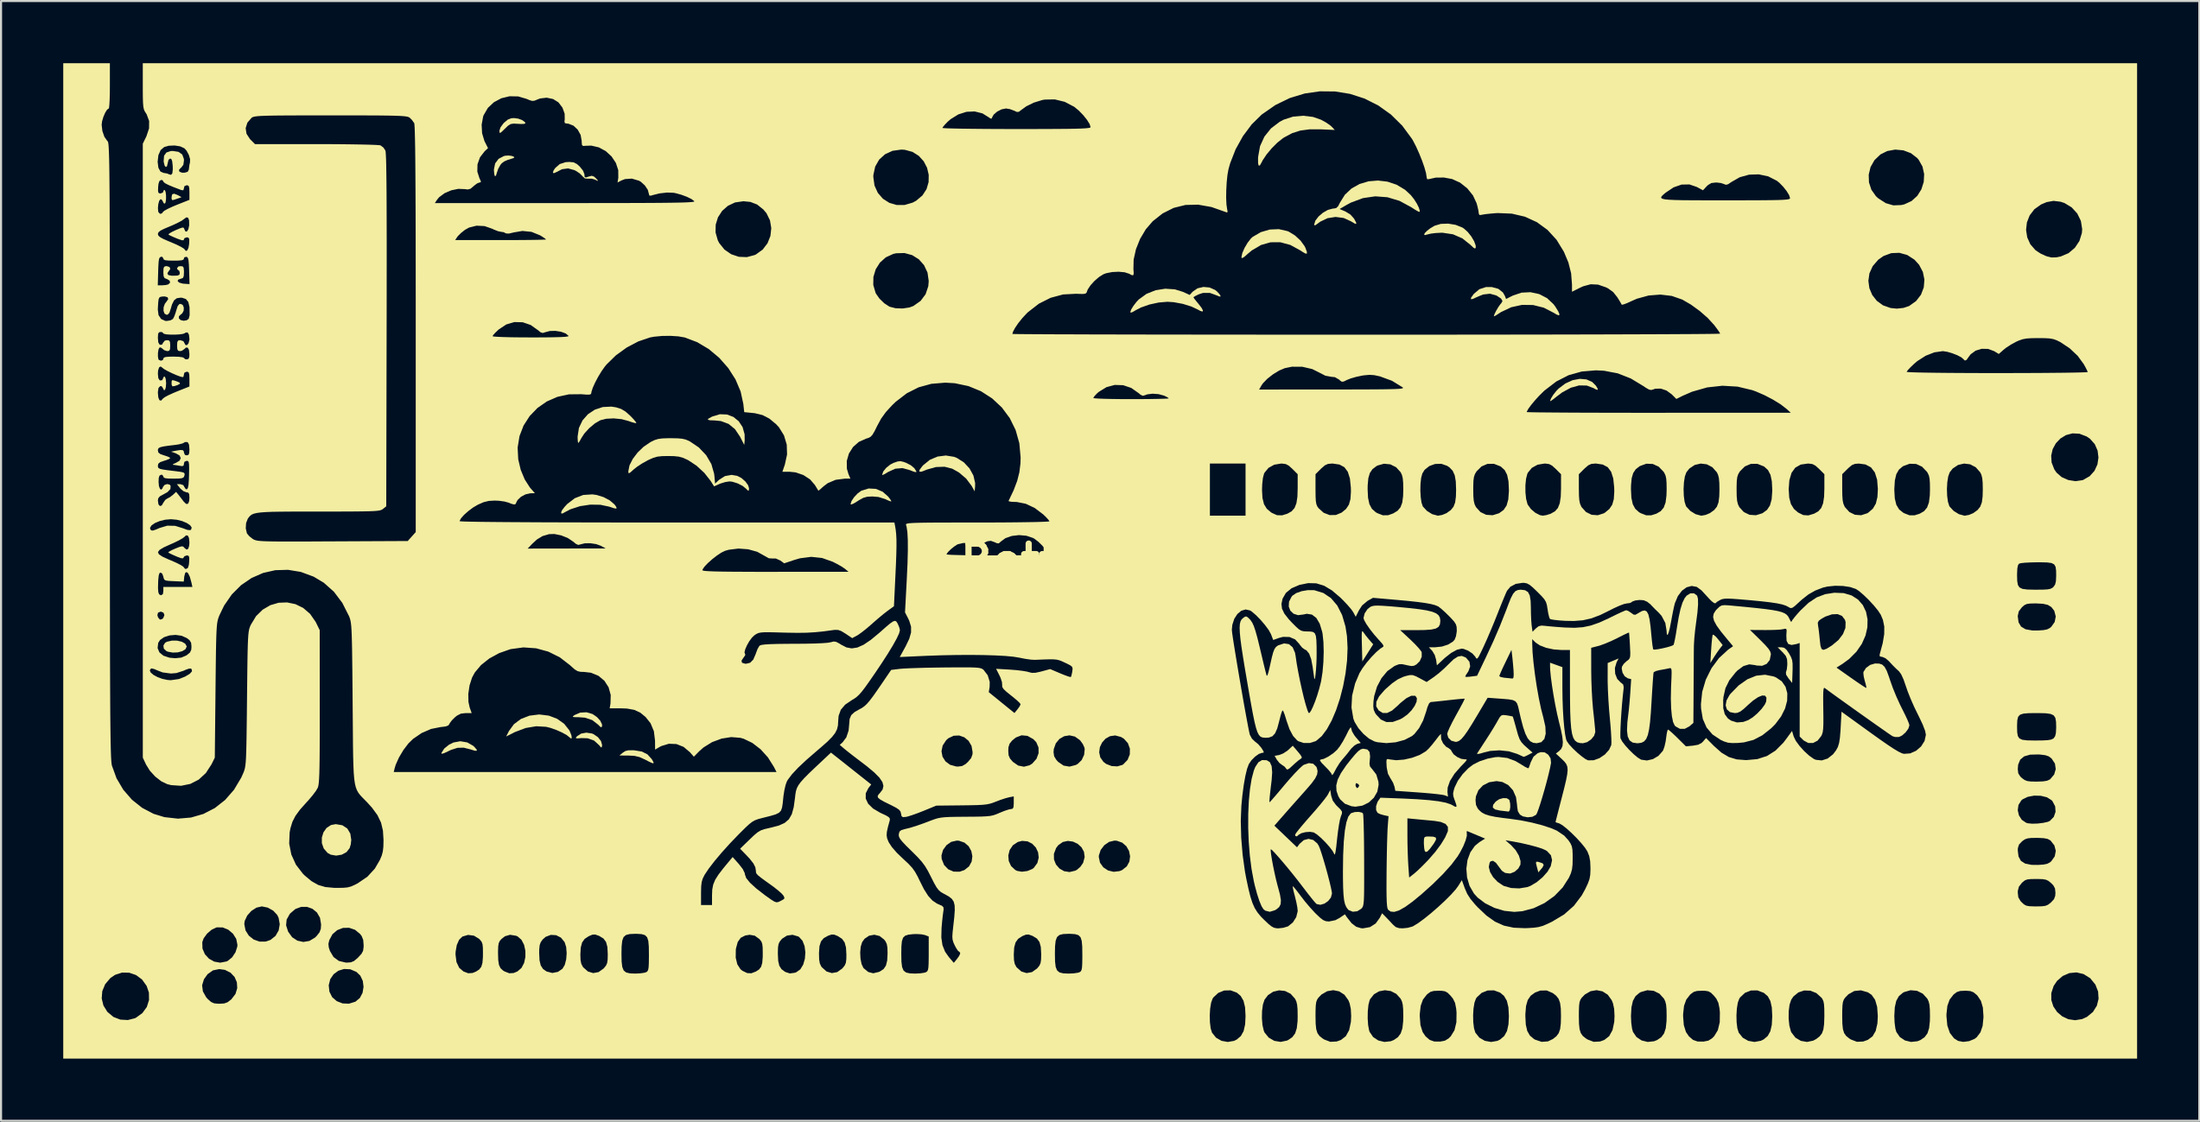
<source format=kicad_pcb>
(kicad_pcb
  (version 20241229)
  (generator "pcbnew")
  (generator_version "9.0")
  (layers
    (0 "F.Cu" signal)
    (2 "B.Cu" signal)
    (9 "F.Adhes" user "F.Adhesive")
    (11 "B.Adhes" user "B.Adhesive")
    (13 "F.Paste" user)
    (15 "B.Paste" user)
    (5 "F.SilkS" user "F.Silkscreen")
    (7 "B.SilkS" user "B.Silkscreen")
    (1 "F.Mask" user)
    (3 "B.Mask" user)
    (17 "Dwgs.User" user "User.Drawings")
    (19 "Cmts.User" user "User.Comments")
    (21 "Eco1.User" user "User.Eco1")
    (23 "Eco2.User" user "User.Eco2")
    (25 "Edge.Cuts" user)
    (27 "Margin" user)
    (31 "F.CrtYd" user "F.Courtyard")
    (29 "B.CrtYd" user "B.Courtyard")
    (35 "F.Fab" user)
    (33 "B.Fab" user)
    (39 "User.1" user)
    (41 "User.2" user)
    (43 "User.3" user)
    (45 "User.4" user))
  (footprint "Bottom Silk"
    (layer "F.Cu")
    (at 50.006 24.011)
    (property "Reference" "Bottom Silk" (at 0 0 0) (layer "F.SilkS") (effects (font (size 1.524 1.524) (thickness 0.3))))
    (attr board_only exclude_from_pos_files exclude_from_bom)
    (fp_poly (pts (xy -44.478 -17.646) (xy -44.458 -17.635) (xy -44.3 -17.548) (xy -44.517 -17.472) (xy -44.684 -17.416) (xy -44.76 -17.411) (xy -44.78 -17.47) (xy -44.781 -17.562) (xy -44.751 -17.689) (xy -44.654 -17.716)) (stroke (width 0) (type solid)) (fill yes) (layer "F.SilkS"))
    (fp_poly (pts (xy 21.16 14.529) (xy 21.337 14.589) (xy 21.39 14.669) (xy 21.329 14.793) (xy 21.285 14.846) (xy 21.131 15.026) (xy 21.059 14.757) (xy 21.018 14.589) (xy 21.024 14.518) (xy 21.091 14.514)) (stroke (width 0) (type solid)) (fill yes) (layer "F.SilkS"))
    (fp_poly (pts (xy -44.651 -8.702) (xy -44.518 -8.656) (xy -44.391 -8.598) (xy -44.38 -8.544) (xy -44.49 -8.485) (xy -44.632 -8.437) (xy -44.741 -8.423) (xy -44.778 -8.496) (xy -44.781 -8.561) (xy -44.778 -8.678) (xy -44.747 -8.721)) (stroke (width 0) (type solid)) (fill yes) (layer "F.SilkS"))
    (fp_poly (pts (xy 12.679 3.419) (xy 12.7 3.45) (xy 12.809 3.6) (xy 12.953 3.778) (xy 12.983 3.813) (xy 13.167 4.024) (xy 12.905 4.438) (xy 12.642 4.853) (xy 12.622 4.075) (xy 12.614 3.748) (xy 12.614 3.536) (xy 12.623 3.422) (xy 12.644 3.389)) (stroke (width 0) (type solid)) (fill yes) (layer "F.SilkS"))
    (fp_poly (pts (xy 29.598 3.574) (xy 29.706 3.671) (xy 29.799 3.78) (xy 30.02 4.059) (xy 29.886 4.229) (xy 29.766 4.395) (xy 29.629 4.601) (xy 29.59 4.663) (xy 29.426 4.928) (xy 29.466 4.273) (xy 29.486 3.989) (xy 29.509 3.754) (xy 29.53 3.601) (xy 29.542 3.56)) (stroke (width 0) (type solid)) (fill yes) (layer "F.SilkS"))
    (fp_poly (pts (xy -44.513 3.847) (xy -44.289 3.899) (xy -44.125 3.993) (xy -44.054 4.119) (xy -44.053 4.134) (xy -44.112 4.261) (xy -44.267 4.356) (xy -44.482 4.413) (xy -44.723 4.424) (xy -44.955 4.381) (xy -45.029 4.351) (xy -45.155 4.234) (xy -45.176 4.085) (xy -45.094 3.951) (xy -45.008 3.901) (xy -44.764 3.845)) (stroke (width 0) (type solid)) (fill yes) (layer "F.SilkS"))
    (fp_poly (pts (xy 16.073 13.306) (xy 16.19 13.35) (xy 16.199 13.443) (xy 16.111 13.604) (xy 16.078 13.653) (xy 15.903 13.891) (xy 15.78 14.019) (xy 15.698 14.044) (xy 15.651 13.986) (xy 15.626 13.856) (xy 15.612 13.659) (xy 15.61 13.588) (xy 15.616 13.407) (xy 15.651 13.322) (xy 15.743 13.297) (xy 15.837 13.295)) (stroke (width 0) (type solid)) (fill yes) (layer "F.SilkS"))
    (fp_poly (pts (xy 19.609 11.45) (xy 19.724 11.522) (xy 19.737 11.548) (xy 19.773 11.708) (xy 19.777 11.883) (xy 19.753 12.027) (xy 19.705 12.094) (xy 19.695 12.094) (xy 19.584 12.081) (xy 19.396 12.058) (xy 19.282 12.045) (xy 19.045 11.991) (xy 18.935 11.901) (xy 18.95 11.77) (xy 19.076 11.61) (xy 19.242 11.498) (xy 19.434 11.444)) (stroke (width 0) (type solid)) (fill yes) (layer "F.SilkS"))
    (fp_poly (pts (xy -36.546 12.754) (xy -36.308 12.91) (xy -36.162 13.157) (xy -36.116 13.461) (xy -36.14 13.676) (xy -36.195 13.859) (xy -36.349 14.053) (xy -36.58 14.175) (xy -36.846 14.218) (xy -37.106 14.173) (xy -37.259 14.088) (xy -37.445 13.873) (xy -37.534 13.617) (xy -37.535 13.348) (xy -37.457 13.094) (xy -37.307 12.883) (xy -37.094 12.743) (xy -36.864 12.7)) (stroke (width 0) (type solid)) (fill yes) (layer "F.SilkS"))
    (fp_poly (pts (xy -24.512 8.326) (xy -24.437 8.356) (xy -24.222 8.502) (xy -24.074 8.689) (xy -24.019 8.88) (xy -24.022 8.92) (xy -24.044 9.001) (xy -24.087 8.985) (xy -24.163 8.891) (xy -24.406 8.669) (xy -24.719 8.557) (xy -25.016 8.549) (xy -25.204 8.564) (xy -25.282 8.555) (xy -25.273 8.513) (xy -25.227 8.458) (xy -25.032 8.332) (xy -24.777 8.286)) (stroke (width 0) (type solid)) (fill yes) (layer "F.SilkS"))
    (fp_poly (pts (xy -24.479 7.388) (xy -24.479 7.388) (xy -24.268 7.534) (xy -24.107 7.711) (xy -24.024 7.885) (xy -24.021 7.968) (xy -24.049 8.028) (xy -24.111 8.001) (xy -24.209 7.902) (xy -24.492 7.682) (xy -24.847 7.564) (xy -25.148 7.541) (xy -25.346 7.538) (xy -25.43 7.525) (xy -25.419 7.49) (xy -25.344 7.435) (xy -25.074 7.319) (xy -24.768 7.303)) (stroke (width 0) (type solid)) (fill yes) (layer "F.SilkS"))
    (fp_poly (pts (xy -22.456 9.14) (xy -22.099 9.199) (xy -21.832 9.334) (xy -21.629 9.559) (xy -21.598 9.608) (xy -21.539 9.716) (xy -21.538 9.765) (xy -21.61 9.753) (xy -21.77 9.678) (xy -21.956 9.582) (xy -22.216 9.464) (xy -22.462 9.406) (xy -22.749 9.391) (xy -23.184 9.388) (xy -23.02 9.252) (xy -22.898 9.173) (xy -22.752 9.137) (xy -22.534 9.136)) (stroke (width 0) (type solid)) (fill yes) (layer "F.SilkS"))
    (fp_poly (pts (xy -17.997 -7.063) (xy -17.688 -6.946) (xy -17.431 -6.738) (xy -17.244 -6.454) (xy -17.147 -6.108) (xy -17.143 -5.819) (xy -17.165 -5.595) (xy -17.364 -5.987) (xy -17.612 -6.357) (xy -17.92 -6.609) (xy -18.292 -6.747) (xy -18.585 -6.776) (xy -18.816 -6.785) (xy -18.92 -6.81) (xy -18.899 -6.858) (xy -18.76 -6.938) (xy -18.694 -6.97) (xy -18.338 -7.076)) (stroke (width 0) (type solid)) (fill yes) (layer "F.SilkS"))
    (fp_poly (pts (xy -30.527 8.756) (xy -30.237 8.92) (xy -30.181 8.971) (xy -30.068 9.101) (xy -30.061 9.161) (xy -30.164 9.156) (xy -30.359 9.096) (xy -30.692 9.011) (xy -30.993 9.018) (xy -31.311 9.121) (xy -31.436 9.18) (xy -31.64 9.276) (xy -31.747 9.306) (xy -31.769 9.272) (xy -31.766 9.263) (xy -31.632 9.053) (xy -31.402 8.867) (xy -31.188 8.761) (xy -30.857 8.7)) (stroke (width 0) (type solid)) (fill yes) (layer "F.SilkS"))
    (fp_poly (pts (xy -28.39 -19.541) (xy -28.285 -19.507) (xy -28.25 -19.465) (xy -28.31 -19.427) (xy -28.572 -19.346) (xy -28.741 -19.272) (xy -28.854 -19.188) (xy -28.922 -19.108) (xy -29.032 -18.91) (xy -29.095 -18.723) (xy -29.136 -18.593) (xy -29.182 -18.556) (xy -29.187 -18.56) (xy -29.218 -18.652) (xy -29.235 -18.822) (xy -29.236 -18.886) (xy -29.178 -19.176) (xy -29.012 -19.398) (xy -28.756 -19.532) (xy -28.687 -19.548) (xy -28.535 -19.558)) (stroke (width 0) (type solid)) (fill yes) (layer "F.SilkS"))
    (fp_poly (pts (xy -28.065 -21.338) (xy -27.879 -21.269) (xy -27.749 -21.178) (xy -27.715 -21.108) (xy -27.775 -21.085) (xy -27.928 -21.079) (xy -28.079 -21.087) (xy -28.291 -21.098) (xy -28.432 -21.075) (xy -28.555 -20.997) (xy -28.707 -20.852) (xy -28.856 -20.706) (xy -28.935 -20.646) (xy -28.966 -20.665) (xy -28.972 -20.751) (xy -28.92 -20.914) (xy -28.782 -21.103) (xy -28.747 -21.14) (xy -28.568 -21.291) (xy -28.398 -21.356) (xy -28.266 -21.365)) (stroke (width 0) (type solid)) (fill yes) (layer "F.SilkS"))
    (fp_poly (pts (xy -9.475 -4.775) (xy -9.36 -4.733) (xy -9.135 -4.617) (xy -8.961 -4.473) (xy -8.87 -4.329) (xy -8.864 -4.288) (xy -8.917 -4.285) (xy -9.055 -4.329) (xy -9.171 -4.377) (xy -9.532 -4.477) (xy -9.882 -4.447) (xy -10.232 -4.288) (xy -10.257 -4.271) (xy -10.408 -4.181) (xy -10.502 -4.143) (xy -10.517 -4.15) (xy -10.461 -4.313) (xy -10.317 -4.492) (xy -10.12 -4.649) (xy -9.961 -4.731) (xy -9.767 -4.797) (xy -9.628 -4.812)) (stroke (width 0) (type solid)) (fill yes) (layer "F.SilkS"))
    (fp_poly (pts (xy 9.534 9.204) (xy 9.668 9.37) (xy 9.723 9.468) (xy 9.707 9.524) (xy 9.669 9.55) (xy 9.561 9.627) (xy 9.401 9.762) (xy 9.286 9.869) (xy 9.126 10.013) (xy 9.033 10.068) (xy 8.983 10.045) (xy 8.974 10.025) (xy 8.885 9.918) (xy 8.782 9.852) (xy 8.641 9.745) (xy 8.522 9.594) (xy 8.414 9.405) (xy 8.634 9.364) (xy 8.823 9.291) (xy 9.023 9.161) (xy 9.071 9.12) (xy 9.288 8.917)) (stroke (width 0) (type solid)) (fill yes) (layer "F.SilkS"))
    (fp_poly (pts (xy 23.452 -8.756) (xy 23.727 -8.633) (xy 23.908 -8.452) (xy 23.996 -8.305) (xy 23.989 -8.25) (xy 23.885 -8.284) (xy 23.796 -8.335) (xy 23.468 -8.46) (xy 23.099 -8.466) (xy 22.701 -8.356) (xy 22.285 -8.132) (xy 22.01 -7.926) (xy 21.847 -7.797) (xy 21.734 -7.718) (xy 21.696 -7.705) (xy 21.739 -7.833) (xy 21.849 -8.012) (xy 21.999 -8.202) (xy 22.104 -8.31) (xy 22.433 -8.559) (xy 22.782 -8.718) (xy 23.129 -8.784)) (stroke (width 0) (type solid)) (fill yes) (layer "F.SilkS"))
    (fp_poly (pts (xy 32.984 4.191) (xy 33.095 4.282) (xy 33.222 4.467) (xy 33.225 4.472) (xy 33.316 4.636) (xy 33.369 4.781) (xy 33.392 4.952) (xy 33.394 5.191) (xy 33.39 5.332) (xy 33.371 5.888) (xy 33.195 5.667) (xy 33.079 5.487) (xy 33.071 5.366) (xy 33.078 5.352) (xy 33.114 5.233) (xy 33.135 5.039) (xy 33.138 4.947) (xy 33.124 4.736) (xy 33.063 4.583) (xy 32.926 4.421) (xy 32.905 4.401) (xy 32.672 4.167) (xy 32.856 4.167)) (stroke (width 0) (type solid)) (fill yes) (layer "F.SilkS"))
    (fp_poly (pts (xy -24.286 -3.182) (xy -23.948 -3.077) (xy -23.647 -2.917) (xy -23.422 -2.724) (xy -23.365 -2.648) (xy -23.319 -2.559) (xy -23.337 -2.523) (xy -23.438 -2.539) (xy -23.641 -2.605) (xy -23.672 -2.616) (xy -24.104 -2.708) (xy -24.589 -2.715) (xy -25.083 -2.641) (xy -25.541 -2.492) (xy -25.78 -2.369) (xy -25.92 -2.291) (xy -25.982 -2.285) (xy -25.995 -2.345) (xy -25.951 -2.445) (xy -25.836 -2.598) (xy -25.703 -2.743) (xy -25.337 -3.024) (xy -24.931 -3.181) (xy -24.491 -3.21)) (stroke (width 0) (type solid)) (fill yes) (layer "F.SilkS"))
    (fp_poly (pts (xy -10.816 -3.475) (xy -10.491 -3.338) (xy -10.23 -3.11) (xy -10.124 -2.973) (xy -10.073 -2.884) (xy -10.072 -2.87) (xy -10.14 -2.883) (xy -10.282 -2.942) (xy -10.354 -2.978) (xy -10.69 -3.084) (xy -10.988 -3.109) (xy -11.232 -3.096) (xy -11.424 -3.042) (xy -11.631 -2.928) (xy -11.701 -2.882) (xy -11.888 -2.768) (xy -12.006 -2.722) (xy -12.039 -2.74) (xy -11.989 -2.891) (xy -11.865 -3.076) (xy -11.697 -3.254) (xy -11.521 -3.383) (xy -11.508 -3.39) (xy -11.163 -3.494)) (stroke (width 0) (type solid)) (fill yes) (layer "F.SilkS"))
    (fp_poly (pts (xy -7.049 -5.022) (xy -6.912 -4.969) (xy -6.573 -4.754) (xy -6.301 -4.462) (xy -6.114 -4.122) (xy -6.03 -3.762) (xy -6.031 -3.607) (xy -6.052 -3.355) (xy -6.202 -3.623) (xy -6.461 -3.969) (xy -6.811 -4.267) (xy -7.135 -4.449) (xy -7.504 -4.543) (xy -7.92 -4.528) (xy -8.358 -4.405) (xy -8.429 -4.375) (xy -8.628 -4.302) (xy -8.722 -4.309) (xy -8.709 -4.394) (xy -8.589 -4.556) (xy -8.534 -4.618) (xy -8.216 -4.876) (xy -7.842 -5.034) (xy -7.442 -5.085)) (stroke (width 0) (type solid)) (fill yes) (layer "F.SilkS"))
    (fp_poly (pts (xy -26.592 7.465) (xy -26.188 7.618) (xy -25.851 7.856) (xy -25.606 8.165) (xy -25.569 8.237) (xy -25.501 8.412) (xy -25.482 8.533) (xy -25.51 8.576) (xy -25.583 8.519) (xy -25.724 8.405) (xy -25.953 8.278) (xy -26.23 8.155) (xy -26.515 8.055) (xy -26.719 8.004) (xy -27.199 7.977) (xy -27.71 8.063) (xy -28.224 8.258) (xy -28.259 8.276) (xy -28.646 8.471) (xy -28.512 8.208) (xy -28.272 7.878) (xy -27.938 7.628) (xy -27.53 7.468) (xy -27.067 7.41) (xy -27.039 7.41)) (stroke (width 0) (type solid)) (fill yes) (layer "F.SilkS"))
    (fp_poly (pts (xy 17.141 -16.213) (xy 17.458 -16.088) (xy 17.539 -16.038) (xy 17.725 -15.871) (xy 17.897 -15.655) (xy 18.032 -15.427) (xy 18.108 -15.224) (xy 18.113 -15.116) (xy 18.08 -15.07) (xy 18.004 -15.109) (xy 17.864 -15.241) (xy 17.86 -15.245) (xy 17.468 -15.559) (xy 17.018 -15.756) (xy 16.522 -15.831) (xy 16.439 -15.832) (xy 16.175 -15.818) (xy 15.94 -15.788) (xy 15.792 -15.752) (xy 15.661 -15.717) (xy 15.622 -15.746) (xy 15.66 -15.821) (xy 15.764 -15.926) (xy 15.918 -16.045) (xy 16.109 -16.16) (xy 16.133 -16.172) (xy 16.429 -16.26) (xy 16.782 -16.272)) (stroke (width 0) (type solid)) (fill yes) (layer "F.SilkS"))
    (fp_poly (pts (xy 9.028 -15.912) (xy 9.097 -15.884) (xy 9.393 -15.702) (xy 9.661 -15.456) (xy 9.858 -15.185) (xy 9.898 -15.102) (xy 9.968 -14.913) (xy 9.97 -14.824) (xy 9.892 -14.831) (xy 9.727 -14.929) (xy 9.649 -14.981) (xy 9.171 -15.243) (xy 8.692 -15.373) (xy 8.218 -15.372) (xy 7.757 -15.241) (xy 7.314 -14.98) (xy 7.116 -14.814) (xy 6.948 -14.667) (xy 6.854 -14.608) (xy 6.817 -14.628) (xy 6.814 -14.659) (xy 6.856 -14.855) (xy 6.963 -15.1) (xy 7.11 -15.349) (xy 7.27 -15.555) (xy 7.355 -15.633) (xy 7.749 -15.862) (xy 8.18 -15.987) (xy 8.617 -16.006)) (stroke (width 0) (type solid)) (fill yes) (layer "F.SilkS"))
    (fp_poly (pts (xy 10.264 -21.42) (xy 10.653 -21.284) (xy 10.878 -21.16) (xy 11.074 -21.028) (xy 11.167 -20.947) (xy 11.314 -20.791) (xy 10.63 -20.822) (xy 10.097 -20.821) (xy 9.652 -20.762) (xy 9.256 -20.635) (xy 8.875 -20.432) (xy 8.808 -20.388) (xy 8.546 -20.18) (xy 8.273 -19.907) (xy 8.025 -19.61) (xy 7.838 -19.33) (xy 7.788 -19.232) (xy 7.706 -19.085) (xy 7.648 -19.066) (xy 7.617 -19.174) (xy 7.613 -19.406) (xy 7.618 -19.496) (xy 7.71 -20.009) (xy 7.921 -20.471) (xy 8.238 -20.867) (xy 8.655 -21.184) (xy 8.853 -21.289) (xy 9.301 -21.433) (xy 9.786 -21.477)) (stroke (width 0) (type solid)) (fill yes) (layer "F.SilkS"))
    (fp_poly (pts (xy -23.341 -7.408) (xy -23.097 -7.329) (xy -22.888 -7.203) (xy -22.661 -7.001) (xy -22.505 -6.838) (xy -22.399 -6.712) (xy -22.367 -6.649) (xy -22.368 -6.648) (xy -22.441 -6.653) (xy -22.598 -6.697) (xy -22.742 -6.748) (xy -23.083 -6.839) (xy -23.459 -6.876) (xy -23.818 -6.858) (xy -24.105 -6.786) (xy -24.368 -6.633) (xy -24.642 -6.403) (xy -24.879 -6.142) (xy -25.009 -5.941) (xy -25.095 -5.787) (xy -25.157 -5.697) (xy -25.17 -5.689) (xy -25.188 -5.748) (xy -25.199 -5.899) (xy -25.2 -6.003) (xy -25.137 -6.414) (xy -24.966 -6.776) (xy -24.705 -7.074) (xy -24.373 -7.295) (xy -23.989 -7.423) (xy -23.571 -7.444)) (stroke (width 0) (type solid)) (fill yes) (layer "F.SilkS"))
    (fp_poly (pts (xy -25.394 -19.228) (xy -25.233 -19.146) (xy -25.096 -19.024) (xy -24.941 -18.83) (xy -24.872 -18.656) (xy -24.871 -18.632) (xy -24.861 -18.522) (xy -24.805 -18.499) (xy -24.672 -18.541) (xy -24.518 -18.581) (xy -24.406 -18.54) (xy -24.327 -18.469) (xy -24.226 -18.359) (xy -24.229 -18.33) (xy -24.336 -18.381) (xy -24.364 -18.397) (xy -24.519 -18.44) (xy -24.678 -18.44) (xy -24.846 -18.449) (xy -24.965 -18.556) (xy -24.976 -18.572) (xy -25.101 -18.697) (xy -25.29 -18.821) (xy -25.362 -18.856) (xy -25.66 -18.936) (xy -25.951 -18.897) (xy -26.235 -18.753) (xy -26.354 -18.701) (xy -26.393 -18.741) (xy -26.351 -18.853) (xy -26.275 -18.96) (xy -26.059 -19.147) (xy -25.781 -19.237) (xy -25.596 -19.248)) (stroke (width 0) (type solid)) (fill yes) (layer "F.SilkS"))
    (fp_poly (pts (xy 12.105 8.076) (xy 12.149 8.23) (xy 12.265 8.425) (xy 12.335 8.514) (xy 12.566 8.783) (xy 12.405 8.824) (xy 12.267 8.901) (xy 12.114 9.047) (xy 12.062 9.112) (xy 11.899 9.322) (xy 11.724 9.529) (xy 11.689 9.567) (xy 11.544 9.755) (xy 11.397 9.99) (xy 11.34 10.096) (xy 11.255 10.255) (xy 11.197 10.334) (xy 11.181 10.325) (xy 11.135 10.236) (xy 11.016 10.089) (xy 10.849 9.917) (xy 10.844 9.912) (xy 10.677 9.74) (xy 10.599 9.629) (xy 10.615 9.591) (xy 10.79 9.548) (xy 11.014 9.434) (xy 11.245 9.276) (xy 11.422 9.117) (xy 11.554 8.949) (xy 11.707 8.707) (xy 11.851 8.44) (xy 11.869 8.402) (xy 11.988 8.165) (xy 12.064 8.045) (xy 12.1 8.038)) (stroke (width 0) (type solid)) (fill yes) (layer "F.SilkS"))
    (fp_poly (pts (xy 12.619 12.141) (xy 12.675 12.184) (xy 12.687 12.267) (xy 12.698 12.467) (xy 12.708 12.766) (xy 12.717 13.149) (xy 12.724 13.6) (xy 12.728 14.102) (xy 12.73 14.45) (xy 12.731 15.045) (xy 12.731 15.522) (xy 12.729 15.895) (xy 12.724 16.178) (xy 12.715 16.386) (xy 12.701 16.532) (xy 12.682 16.632) (xy 12.657 16.698) (xy 12.624 16.746) (xy 12.588 16.785) (xy 12.397 16.903) (xy 12.182 16.926) (xy 11.992 16.851) (xy 11.948 16.81) (xy 11.869 16.701) (xy 11.808 16.56) (xy 11.764 16.368) (xy 11.735 16.108) (xy 11.717 15.762) (xy 11.709 15.313) (xy 11.708 14.971) (xy 11.718 14.188) (xy 11.749 13.535) (xy 11.801 13.009) (xy 11.874 12.61) (xy 11.968 12.335) (xy 12.084 12.184) (xy 12.106 12.17) (xy 12.274 12.118) (xy 12.463 12.109)) (stroke (width 0) (type solid)) (fill yes) (layer "F.SilkS"))
    (fp_poly (pts (xy 19.592 7.449) (xy 19.606 7.451) (xy 19.779 7.481) (xy 19.884 7.504) (xy 19.896 7.508) (xy 19.92 7.575) (xy 19.969 7.74) (xy 20.035 7.974) (xy 20.072 8.111) (xy 20.153 8.4) (xy 20.227 8.599) (xy 20.314 8.745) (xy 20.435 8.878) (xy 20.54 8.973) (xy 20.852 9.249) (xy 20.649 9.354) (xy 20.508 9.423) (xy 20.429 9.453) (xy 20.426 9.453) (xy 20.36 9.425) (xy 20.213 9.358) (xy 20.108 9.311) (xy 19.714 9.187) (xy 19.264 9.139) (xy 18.813 9.168) (xy 18.507 9.242) (xy 18.318 9.298) (xy 18.198 9.317) (xy 18.173 9.299) (xy 18.226 9.216) (xy 18.334 9.05) (xy 18.479 8.826) (xy 18.599 8.643) (xy 18.782 8.358) (xy 18.959 8.073) (xy 19.103 7.832) (xy 19.158 7.734) (xy 19.263 7.55) (xy 19.344 7.458) (xy 19.441 7.433)) (stroke (width 0) (type solid)) (fill yes) (layer "F.SilkS"))
    (fp_poly (pts (xy 12.886 9.099) (xy 12.991 9.219) (xy 13.018 9.434) (xy 13.005 9.581) (xy 12.988 9.787) (xy 13.012 9.915) (xy 13.09 10.015) (xy 13.103 10.026) (xy 13.318 10.307) (xy 13.419 10.653) (xy 13.428 10.802) (xy 13.366 11.135) (xy 13.199 11.426) (xy 12.951 11.657) (xy 12.646 11.807) (xy 12.309 11.858) (xy 12.123 11.837) (xy 11.801 11.714) (xy 11.57 11.499) (xy 11.486 11.356) (xy 11.397 11.096) (xy 11.385 10.835) (xy 11.388 10.823) (xy 12.314 10.823) (xy 12.33 10.889) (xy 12.385 10.962) (xy 12.451 10.925) (xy 12.493 10.835) (xy 12.45 10.77) (xy 12.362 10.723) (xy 12.329 10.734) (xy 12.314 10.823) (xy 11.388 10.823) (xy 11.454 10.554) (xy 11.612 10.238) (xy 11.864 9.867) (xy 12.094 9.575) (xy 12.3 9.33) (xy 12.45 9.175) (xy 12.567 9.092) (xy 12.671 9.063) (xy 12.697 9.062)) (stroke (width 0) (type solid)) (fill yes) (layer "F.SilkS"))
    (fp_poly (pts (xy 11.14 11.326) (xy 11.215 11.562) (xy 11.374 11.779) (xy 11.444 11.849) (xy 11.592 11.995) (xy 11.659 12.093) (xy 11.66 12.188) (xy 11.609 12.325) (xy 11.607 12.331) (xy 11.563 12.485) (xy 11.515 12.738) (xy 11.468 13.055) (xy 11.427 13.404) (xy 11.423 13.443) (xy 11.385 13.799) (xy 11.35 14.041) (xy 11.32 14.163) (xy 11.295 14.158) (xy 11.294 14.153) (xy 11.218 14.007) (xy 11.068 13.808) (xy 10.874 13.588) (xy 10.663 13.377) (xy 10.465 13.206) (xy 10.31 13.105) (xy 10.296 13.099) (xy 10.117 13.071) (xy 9.901 13.087) (xy 9.701 13.138) (xy 9.57 13.214) (xy 9.557 13.231) (xy 9.477 13.293) (xy 9.411 13.267) (xy 9.404 13.2) (xy 9.454 13.121) (xy 9.577 12.962) (xy 9.759 12.743) (xy 9.983 12.482) (xy 10.152 12.291) (xy 10.406 12.001) (xy 10.635 11.729) (xy 10.822 11.497) (xy 10.948 11.327) (xy 10.988 11.263) (xy 11.096 11.05)) (stroke (width 0) (type solid)) (fill yes) (layer "F.SilkS"))
    (fp_poly (pts (xy 19.202 -13.126) (xy 19.424 -12.95) (xy 19.518 -12.784) (xy 19.575 -12.637) (xy 19.901 -12.801) (xy 20.318 -12.942) (xy 20.749 -12.964) (xy 21.167 -12.874) (xy 21.548 -12.679) (xy 21.864 -12.384) (xy 21.944 -12.277) (xy 22.093 -12.037) (xy 22.152 -11.894) (xy 22.122 -11.845) (xy 22.001 -11.891) (xy 21.878 -11.967) (xy 21.393 -12.217) (xy 20.876 -12.345) (xy 20.346 -12.352) (xy 19.824 -12.238) (xy 19.328 -12.003) (xy 19.192 -11.913) (xy 19.061 -11.829) (xy 18.989 -11.8) (xy 18.984 -11.805) (xy 19.018 -11.91) (xy 19.101 -12.075) (xy 19.205 -12.251) (xy 19.304 -12.39) (xy 19.344 -12.432) (xy 19.402 -12.538) (xy 19.333 -12.657) (xy 19.134 -12.79) (xy 19.108 -12.804) (xy 18.799 -12.891) (xy 18.459 -12.851) (xy 18.173 -12.731) (xy 17.974 -12.638) (xy 17.878 -12.626) (xy 17.886 -12.697) (xy 17.996 -12.851) (xy 18.023 -12.885) (xy 18.287 -13.108) (xy 18.605 -13.212) (xy 18.888 -13.212)) (stroke (width 0) (type solid)) (fill yes) (layer "F.SilkS"))
    (fp_poly (pts (xy 5.278 -13.19) (xy 5.548 -13.07) (xy 5.651 -12.984) (xy 5.781 -12.836) (xy 5.812 -12.758) (xy 5.743 -12.757) (xy 5.639 -12.803) (xy 5.291 -12.93) (xy 4.965 -12.93) (xy 4.758 -12.863) (xy 4.6 -12.786) (xy 4.507 -12.729) (xy 4.498 -12.717) (xy 4.537 -12.655) (xy 4.639 -12.526) (xy 4.729 -12.417) (xy 4.887 -12.214) (xy 4.956 -12.083) (xy 4.936 -12.029) (xy 4.825 -12.062) (xy 4.746 -12.107) (xy 4.403 -12.271) (xy 3.985 -12.401) (xy 3.547 -12.482) (xy 3.241 -12.502) (xy 2.823 -12.466) (xy 2.383 -12.371) (xy 1.978 -12.23) (xy 1.735 -12.106) (xy 1.565 -12.007) (xy 1.48 -11.976) (xy 1.455 -12.004) (xy 1.455 -12.009) (xy 1.497 -12.132) (xy 1.606 -12.308) (xy 1.752 -12.497) (xy 1.863 -12.614) (xy 2.234 -12.883) (xy 2.67 -13.058) (xy 3.137 -13.132) (xy 3.604 -13.101) (xy 3.994 -12.979) (xy 4.317 -12.832) (xy 4.466 -12.993) (xy 4.697 -13.152) (xy 4.981 -13.217)) (stroke (width 0) (type solid)) (fill yes) (layer "F.SilkS"))
    (fp_poly (pts (xy 13.856 -18.297) (xy 14.299 -18.148) (xy 14.706 -17.903) (xy 14.981 -17.648) (xy 15.136 -17.452) (xy 15.27 -17.241) (xy 15.368 -17.044) (xy 15.413 -16.896) (xy 15.401 -16.835) (xy 15.339 -16.857) (xy 15.198 -16.937) (xy 15.008 -17.06) (xy 14.993 -17.069) (xy 14.434 -17.371) (xy 13.855 -17.545) (xy 13.266 -17.589) (xy 12.676 -17.503) (xy 12.095 -17.288) (xy 11.875 -17.169) (xy 11.547 -16.977) (xy 11.825 -16.859) (xy 12.067 -16.71) (xy 12.236 -16.523) (xy 12.337 -16.341) (xy 12.354 -16.26) (xy 12.281 -16.273) (xy 12.112 -16.374) (xy 12.103 -16.38) (xy 11.743 -16.544) (xy 11.352 -16.595) (xy 10.963 -16.534) (xy 10.609 -16.364) (xy 10.516 -16.293) (xy 10.382 -16.197) (xy 10.323 -16.197) (xy 10.319 -16.223) (xy 10.377 -16.414) (xy 10.529 -16.614) (xy 10.742 -16.797) (xy 10.982 -16.934) (xy 11.218 -16.998) (xy 11.257 -16.999) (xy 11.382 -17.022) (xy 11.475 -17.112) (xy 11.562 -17.281) (xy 11.801 -17.666) (xy 12.124 -17.969) (xy 12.511 -18.185) (xy 12.942 -18.313) (xy 13.397 -18.351)) (stroke (width 0) (type solid)) (fill yes) (layer "F.SilkS"))
    (fp_poly (pts (xy 16.443 8.375) (xy 16.435 8.417) (xy 16.446 8.607) (xy 16.541 8.809) (xy 16.689 8.97) (xy 16.796 9.027) (xy 16.915 9.119) (xy 16.952 9.193) (xy 17.043 9.329) (xy 17.214 9.458) (xy 17.414 9.55) (xy 17.593 9.574) (xy 17.595 9.574) (xy 17.667 9.573) (xy 17.673 9.609) (xy 17.605 9.699) (xy 17.453 9.858) (xy 17.393 9.918) (xy 17.086 10.27) (xy 16.871 10.615) (xy 16.759 10.933) (xy 16.748 11.148) (xy 16.765 11.298) (xy 16.771 11.371) (xy 16.771 11.373) (xy 16.716 11.348) (xy 16.622 11.31) (xy 16.509 11.286) (xy 16.289 11.256) (xy 15.989 11.224) (xy 15.632 11.193) (xy 15.355 11.172) (xy 14.234 11.092) (xy 14.194 10.893) (xy 14.126 10.704) (xy 14.011 10.507) (xy 13.996 10.487) (xy 13.878 10.266) (xy 13.82 9.975) (xy 13.815 9.905) (xy 13.804 9.694) (xy 13.814 9.587) (xy 13.857 9.557) (xy 13.945 9.574) (xy 13.957 9.577) (xy 14.274 9.616) (xy 14.653 9.586) (xy 15.05 9.496) (xy 15.418 9.357) (xy 15.713 9.18) (xy 15.843 9.055) (xy 16.011 8.863) (xy 16.183 8.644) (xy 16.186 8.64) (xy 16.334 8.447) (xy 16.418 8.36)) (stroke (width 0) (type solid)) (fill yes) (layer "F.SilkS"))
    (fp_poly (pts (xy -20.383 -5.914) (xy -20.155 -5.894) (xy -19.981 -5.853) (xy -19.82 -5.783) (xy -19.791 -5.768) (xy -19.351 -5.47) (xy -19 -5.099) (xy -18.751 -4.674) (xy -18.618 -4.213) (xy -18.605 -4.11) (xy -18.571 -3.732) (xy -18.376 -3.914) (xy -18.094 -4.092) (xy -17.774 -4.15) (xy -17.502 -4.103) (xy -17.296 -3.995) (xy -17.109 -3.831) (xy -16.977 -3.648) (xy -16.933 -3.501) (xy -16.946 -3.391) (xy -16.997 -3.399) (xy -17.07 -3.477) (xy -17.241 -3.617) (xy -17.483 -3.74) (xy -17.736 -3.819) (xy -17.873 -3.835) (xy -18.077 -3.805) (xy -18.306 -3.735) (xy -18.355 -3.714) (xy -18.619 -3.596) (xy -18.79 -3.865) (xy -19.09 -4.247) (xy -19.464 -4.592) (xy -19.863 -4.857) (xy -19.91 -4.88) (xy -20.121 -4.974) (xy -20.315 -5.029) (xy -20.544 -5.054) (xy -20.837 -5.06) (xy -21.136 -5.054) (xy -21.356 -5.029) (xy -21.55 -4.974) (xy -21.77 -4.877) (xy -21.83 -4.847) (xy -22.09 -4.702) (xy -22.341 -4.536) (xy -22.506 -4.404) (xy -22.651 -4.273) (xy -22.725 -4.227) (xy -22.751 -4.256) (xy -22.754 -4.328) (xy -22.698 -4.61) (xy -22.542 -4.918) (xy -22.309 -5.226) (xy -22.02 -5.505) (xy -21.696 -5.727) (xy -21.665 -5.744) (xy -21.488 -5.829) (xy -21.321 -5.881) (xy -21.125 -5.909) (xy -20.858 -5.919) (xy -20.704 -5.92)) (stroke (width 0) (type solid)) (fill yes) (layer "F.SilkS"))
    (fp_poly (pts (xy 8.028 9.616) (xy 8.035 9.618) (xy 8.183 9.71) (xy 8.269 9.901) (xy 8.296 10.198) (xy 8.27 10.571) (xy 8.221 10.981) (xy 8.188 11.276) (xy 8.169 11.473) (xy 8.163 11.588) (xy 8.167 11.637) (xy 8.173 11.642) (xy 8.221 11.593) (xy 8.339 11.46) (xy 8.513 11.258) (xy 8.727 11.005) (xy 8.9 10.798) (xy 9.152 10.505) (xy 9.392 10.241) (xy 9.6 10.026) (xy 9.758 9.882) (xy 9.822 9.836) (xy 10.067 9.755) (xy 10.273 9.786) (xy 10.421 9.927) (xy 10.448 9.982) (xy 10.486 10.138) (xy 10.463 10.302) (xy 10.369 10.495) (xy 10.194 10.735) (xy 9.935 11.036) (xy 9.702 11.298) (xy 9.422 11.613) (xy 9.135 11.937) (xy 8.946 12.152) (xy 8.401 12.774) (xy 8.946 13.295) (xy 9.492 13.816) (xy 9.617 13.65) (xy 9.819 13.471) (xy 10.047 13.41) (xy 10.273 13.463) (xy 10.468 13.627) (xy 10.541 13.743) (xy 10.603 13.894) (xy 10.685 14.139) (xy 10.78 14.449) (xy 10.88 14.795) (xy 10.977 15.149) (xy 11.063 15.483) (xy 11.13 15.766) (xy 11.171 15.971) (xy 11.179 16.048) (xy 11.127 16.242) (xy 10.994 16.411) (xy 10.814 16.535) (xy 10.621 16.591) (xy 10.449 16.558) (xy 10.415 16.534) (xy 10.34 16.452) (xy 10.203 16.286) (xy 10.023 16.059) (xy 9.818 15.791) (xy 9.761 15.716) (xy 9.528 15.413) (xy 9.278 15.098) (xy 9.027 14.79) (xy 8.787 14.504) (xy 8.573 14.256) (xy 8.399 14.064) (xy 8.279 13.943) (xy 8.227 13.91) (xy 8.223 13.988) (xy 8.244 14.168) (xy 8.285 14.422) (xy 8.341 14.722) (xy 8.407 15.042) (xy 8.477 15.354) (xy 8.547 15.631) (xy 8.573 15.727) (xy 8.671 16.096) (xy 8.716 16.366) (xy 8.704 16.559) (xy 8.633 16.7) (xy 8.5 16.811) (xy 8.421 16.856) (xy 8.178 16.929) (xy 7.964 16.875) (xy 7.875 16.805) (xy 7.783 16.66) (xy 7.678 16.407) (xy 7.567 16.068) (xy 7.459 15.666) (xy 7.408 15.446) (xy 7.299 14.858) (xy 7.218 14.22) (xy 7.165 13.552) (xy 7.139 12.876) (xy 7.141 12.213) (xy 7.169 11.584) (xy 7.224 11.01) (xy 7.305 10.512) (xy 7.412 10.111) (xy 7.481 9.941) (xy 7.63 9.714) (xy 7.807 9.609)) (stroke (width 0) (type solid)) (fill yes) (layer "F.SilkS"))
    (fp_poly (pts (xy 10.307 1.413) (xy 10.34 1.418) (xy 10.765 1.549) (xy 11.13 1.795) (xy 11.432 2.15) (xy 11.667 2.609) (xy 11.83 3.165) (xy 11.903 3.638) (xy 11.931 4.208) (xy 11.906 4.812) (xy 11.832 5.431) (xy 11.716 6.047) (xy 11.563 6.642) (xy 11.378 7.198) (xy 11.166 7.698) (xy 10.933 8.122) (xy 10.685 8.454) (xy 10.427 8.674) (xy 10.38 8.701) (xy 10.105 8.786) (xy 9.814 8.784) (xy 9.559 8.699) (xy 9.499 8.659) (xy 9.303 8.444) (xy 9.132 8.123) (xy 8.978 7.682) (xy 8.962 7.623) (xy 8.896 7.412) (xy 8.837 7.263) (xy 8.799 7.21) (xy 8.764 7.27) (xy 8.712 7.428) (xy 8.652 7.656) (xy 8.632 7.738) (xy 8.539 8.085) (xy 8.435 8.32) (xy 8.307 8.459) (xy 8.139 8.523) (xy 8.006 8.533) (xy 7.893 8.529) (xy 7.798 8.511) (xy 7.716 8.466) (xy 7.645 8.381) (xy 7.578 8.246) (xy 7.514 8.049) (xy 7.446 7.776) (xy 7.372 7.417) (xy 7.287 6.96) (xy 7.186 6.392) (xy 7.109 5.946) (xy 6.987 5.235) (xy 6.89 4.643) (xy 6.816 4.158) (xy 6.764 3.767) (xy 6.735 3.46) (xy 6.726 3.224) (xy 6.737 3.048) (xy 6.767 2.92) (xy 6.816 2.829) (xy 6.875 2.769) (xy 6.991 2.686) (xy 7.07 2.688) (xy 7.16 2.76) (xy 7.254 2.859) (xy 7.336 2.983) (xy 7.413 3.152) (xy 7.491 3.384) (xy 7.579 3.698) (xy 7.681 4.113) (xy 7.745 4.382) (xy 7.832 4.75) (xy 7.909 5.072) (xy 7.972 5.325) (xy 8.016 5.489) (xy 8.033 5.542) (xy 8.064 5.522) (xy 8.105 5.404) (xy 8.163 5.174) (xy 8.203 4.994) (xy 8.28 4.65) (xy 8.344 4.412) (xy 8.405 4.256) (xy 8.473 4.157) (xy 8.559 4.09) (xy 8.598 4.068) (xy 8.871 3.981) (xy 9.102 4.015) (xy 9.28 4.165) (xy 9.395 4.425) (xy 9.424 4.581) (xy 9.477 4.943) (xy 9.55 5.352) (xy 9.636 5.783) (xy 9.729 6.208) (xy 9.823 6.603) (xy 9.914 6.941) (xy 9.994 7.197) (xy 10.051 7.334) (xy 10.099 7.33) (xy 10.173 7.221) (xy 10.265 7.029) (xy 10.367 6.775) (xy 10.469 6.482) (xy 10.563 6.17) (xy 10.641 5.864) (xy 10.657 5.789) (xy 10.724 5.362) (xy 10.765 4.879) (xy 10.78 4.382) (xy 10.767 3.915) (xy 10.726 3.522) (xy 10.708 3.426) (xy 10.589 3.031) (xy 10.423 2.751) (xy 10.213 2.59) (xy 9.965 2.551) (xy 9.81 2.584) (xy 9.544 2.618) (xy 9.326 2.549) (xy 9.171 2.402) (xy 9.094 2.2) (xy 9.108 1.968) (xy 9.229 1.73) (xy 9.275 1.675) (xy 9.455 1.553) (xy 9.719 1.46) (xy 10.018 1.41)) (stroke (width 0) (type solid)) (fill yes) (layer "F.SilkS"))
    (fp_poly (pts (xy 21.441 9.238) (xy 21.609 9.349) (xy 21.721 9.527) (xy 21.744 9.74) (xy 21.743 9.749) (xy 21.695 9.995) (xy 21.622 10.306) (xy 21.532 10.659) (xy 21.431 11.028) (xy 21.326 11.388) (xy 21.226 11.716) (xy 21.136 11.986) (xy 21.064 12.173) (xy 21.022 12.249) (xy 20.845 12.345) (xy 20.614 12.37) (xy 20.386 12.326) (xy 20.241 12.237) (xy 20.144 12.079) (xy 20.108 11.842) (xy 20.107 11.79) (xy 20.054 11.397) (xy 19.909 11.068) (xy 19.684 10.819) (xy 19.395 10.666) (xy 19.116 10.624) (xy 18.758 10.679) (xy 18.46 10.831) (xy 18.241 11.064) (xy 18.12 11.361) (xy 18.102 11.541) (xy 18.124 11.771) (xy 18.206 11.941) (xy 18.286 12.035) (xy 18.407 12.139) (xy 18.561 12.222) (xy 18.769 12.289) (xy 19.052 12.348) (xy 19.432 12.403) (xy 19.745 12.44) (xy 20.283 12.517) (xy 20.819 12.625) (xy 21.319 12.754) (xy 21.749 12.895) (xy 22.024 13.014) (xy 22.378 13.253) (xy 22.586 13.484) (xy 22.685 13.634) (xy 22.745 13.769) (xy 22.775 13.928) (xy 22.786 14.154) (xy 22.787 14.343) (xy 22.781 14.651) (xy 22.755 14.877) (xy 22.701 15.07) (xy 22.609 15.28) (xy 22.605 15.287) (xy 22.305 15.755) (xy 21.906 16.167) (xy 21.431 16.505) (xy 20.907 16.755) (xy 20.359 16.901) (xy 19.97 16.933) (xy 19.49 16.882) (xy 19.013 16.74) (xy 18.572 16.522) (xy 18.204 16.244) (xy 18.028 16.051) (xy 17.814 15.681) (xy 17.693 15.271) (xy 17.66 14.848) (xy 17.671 14.764) (xy 18.742 14.764) (xy 18.802 15.006) (xy 18.947 15.253) (xy 19.161 15.48) (xy 19.427 15.66) (xy 19.479 15.685) (xy 19.823 15.782) (xy 20.212 15.8) (xy 20.588 15.739) (xy 20.749 15.68) (xy 21.049 15.503) (xy 21.336 15.263) (xy 21.574 14.994) (xy 21.726 14.734) (xy 21.729 14.726) (xy 21.793 14.437) (xy 21.737 14.201) (xy 21.558 14.008) (xy 21.485 13.959) (xy 21.314 13.883) (xy 21.042 13.796) (xy 20.698 13.704) (xy 20.311 13.615) (xy 19.911 13.538) (xy 19.811 13.521) (xy 19.546 13.478) (xy 19.819 13.716) (xy 20.037 13.954) (xy 20.194 14.22) (xy 20.272 14.479) (xy 20.267 14.655) (xy 20.165 14.841) (xy 19.989 14.996) (xy 19.79 15.077) (xy 19.741 15.081) (xy 19.529 15.053) (xy 19.371 14.948) (xy 19.244 14.776) (xy 19.084 14.563) (xy 18.943 14.468) (xy 18.828 14.496) (xy 18.784 14.555) (xy 18.742 14.764) (xy 17.671 14.764) (xy 17.713 14.435) (xy 17.851 14.061) (xy 18.069 13.749) (xy 18.288 13.569) (xy 18.563 13.398) (xy 18.195 13.243) (xy 17.981 13.154) (xy 17.808 13.081) (xy 17.732 13.048) (xy 17.668 13.046) (xy 17.681 13.121) (xy 17.683 13.266) (xy 17.622 13.491) (xy 17.512 13.764) (xy 17.362 14.054) (xy 17.237 14.259) (xy 16.936 14.658) (xy 16.532 15.108) (xy 16.039 15.595) (xy 15.495 16.083) (xy 15.06 16.441) (xy 14.701 16.7) (xy 14.409 16.864) (xy 14.18 16.934) (xy 14.003 16.916) (xy 13.885 16.827) (xy 13.857 16.766) (xy 13.836 16.648) (xy 13.821 16.462) (xy 13.812 16.192) (xy 13.808 15.825) (xy 13.81 15.348) (xy 13.812 15.025) (xy 13.818 14.531) (xy 13.826 14.052) (xy 13.836 13.613) (xy 13.848 13.238) (xy 13.859 12.953) (xy 13.867 12.823) (xy 13.898 12.42) (xy 14.817 12.42) (xy 14.817 13.244) (xy 14.82 13.638) (xy 14.831 14.055) (xy 14.846 14.439) (xy 14.859 14.672) (xy 14.902 15.275) (xy 15.152 15.078) (xy 15.309 14.94) (xy 15.519 14.738) (xy 15.747 14.506) (xy 15.853 14.394) (xy 16.166 14.032) (xy 16.431 13.675) (xy 16.633 13.347) (xy 16.755 13.073) (xy 16.77 13.02) (xy 16.768 12.83) (xy 16.655 12.689) (xy 16.424 12.593) (xy 16.115 12.543) (xy 15.795 12.513) (xy 15.444 12.48) (xy 15.247 12.461) (xy 14.817 12.42) (xy 13.898 12.42) (xy 13.906 12.317) (xy 13.684 12.269) (xy 13.506 12.218) (xy 13.382 12.158) (xy 13.378 12.155) (xy 13.308 12.023) (xy 13.307 11.832) (xy 13.373 11.633) (xy 13.405 11.58) (xy 13.515 11.424) (xy 14.579 11.464) (xy 15.282 11.498) (xy 15.859 11.542) (xy 16.318 11.597) (xy 16.666 11.664) (xy 16.908 11.745) (xy 16.982 11.783) (xy 17.118 11.86) (xy 17.181 11.864) (xy 17.178 11.779) (xy 17.114 11.592) (xy 17.092 11.533) (xy 17.032 11.355) (xy 17.02 11.215) (xy 17.056 11.048) (xy 17.095 10.924) (xy 17.248 10.609) (xy 17.484 10.283) (xy 17.767 9.992) (xy 17.993 9.822) (xy 18.307 9.665) (xy 18.679 9.541) (xy 19.045 9.47) (xy 19.211 9.459) (xy 19.629 9.507) (xy 20.027 9.656) (xy 20.303 9.82) (xy 20.481 9.931) (xy 20.611 9.995) (xy 20.661 10) (xy 20.696 9.912) (xy 20.751 9.754) (xy 20.764 9.715) (xy 20.897 9.445) (xy 21.096 9.28) (xy 21.246 9.226)) (stroke (width 0) (type solid)) (fill yes) (layer "F.SilkS"))
    (fp_poly (pts (xy 35.86 1.554) (xy 36.242 1.669) (xy 36.55 1.867) (xy 36.781 2.134) (xy 36.934 2.455) (xy 37.007 2.816) (xy 36.999 3.204) (xy 36.908 3.604) (xy 36.732 4.001) (xy 36.47 4.382) (xy 36.12 4.732) (xy 35.801 4.965) (xy 35.511 5.149) (xy 36.222 5.65) (xy 36.486 5.834) (xy 36.709 5.985) (xy 36.87 6.088) (xy 36.948 6.131) (xy 36.952 6.131) (xy 36.945 6.063) (xy 36.908 5.909) (xy 36.873 5.789) (xy 36.823 5.58) (xy 36.805 5.412) (xy 36.811 5.356) (xy 36.931 5.166) (xy 37.133 5.018) (xy 37.364 4.95) (xy 37.38 4.949) (xy 37.571 4.955) (xy 37.715 5.003) (xy 37.83 5.113) (xy 37.933 5.303) (xy 38.041 5.594) (xy 38.097 5.764) (xy 38.225 6.125) (xy 38.393 6.537) (xy 38.574 6.935) (xy 38.669 7.126) (xy 38.81 7.408) (xy 38.926 7.656) (xy 39.002 7.843) (xy 39.026 7.935) (xy 38.974 8.093) (xy 38.846 8.269) (xy 38.68 8.418) (xy 38.529 8.494) (xy 38.341 8.497) (xy 38.214 8.459) (xy 38.135 8.407) (xy 37.965 8.291) (xy 37.722 8.12) (xy 37.42 7.908) (xy 37.079 7.667) (xy 36.713 7.407) (xy 36.34 7.142) (xy 35.977 6.882) (xy 35.64 6.641) (xy 35.346 6.429) (xy 35.111 6.258) (xy 34.953 6.141) (xy 34.939 6.13) (xy 34.907 6.128) (xy 34.885 6.188) (xy 34.872 6.326) (xy 34.867 6.558) (xy 34.869 6.897) (xy 34.873 7.15) (xy 34.878 7.567) (xy 34.877 7.874) (xy 34.867 8.094) (xy 34.847 8.25) (xy 34.814 8.365) (xy 34.775 8.448) (xy 34.597 8.672) (xy 34.379 8.785) (xy 34.147 8.784) (xy 33.926 8.663) (xy 33.897 8.635) (xy 33.734 8.473) (xy 33.734 3.96) (xy 33.586 4.009) (xy 33.343 4.056) (xy 33.184 4.007) (xy 33.102 3.854) (xy 33.091 3.592) (xy 33.093 3.557) (xy 33.105 3.369) (xy 33.09 3.284) (xy 33.029 3.272) (xy 32.947 3.292) (xy 32.811 3.312) (xy 32.579 3.327) (xy 32.286 3.335) (xy 32.058 3.336) (xy 31.34 3.332) (xy 31.843 3.825) (xy 32.08 4.065) (xy 32.233 4.242) (xy 32.316 4.377) (xy 32.345 4.49) (xy 32.345 4.511) (xy 32.291 4.779) (xy 32.144 4.967) (xy 31.923 5.061) (xy 31.649 5.046) (xy 31.589 5.028) (xy 31.301 4.991) (xy 31.022 5.074) (xy 30.738 5.283) (xy 30.636 5.388) (xy 30.341 5.761) (xy 30.155 6.138) (xy 30.06 6.558) (xy 30.045 6.718) (xy 30.049 7.106) (xy 30.122 7.395) (xy 30.273 7.601) (xy 30.425 7.705) (xy 30.711 7.794) (xy 31.018 7.768) (xy 31.254 7.681) (xy 31.464 7.552) (xy 31.689 7.361) (xy 31.896 7.143) (xy 32.051 6.932) (xy 32.118 6.788) (xy 32.132 6.599) (xy 32.064 6.502) (xy 31.926 6.494) (xy 31.73 6.573) (xy 31.487 6.737) (xy 31.248 6.946) (xy 31.029 7.148) (xy 30.868 7.269) (xy 30.735 7.327) (xy 30.608 7.342) (xy 30.371 7.294) (xy 30.222 7.163) (xy 30.165 6.97) (xy 30.205 6.734) (xy 30.347 6.476) (xy 30.396 6.413) (xy 30.799 6.001) (xy 31.216 5.709) (xy 31.64 5.538) (xy 32.064 5.492) (xy 32.478 5.574) (xy 32.592 5.62) (xy 32.871 5.81) (xy 33.052 6.072) (xy 33.138 6.388) (xy 33.13 6.744) (xy 33.03 7.121) (xy 32.838 7.504) (xy 32.558 7.876) (xy 32.358 8.077) (xy 31.931 8.415) (xy 31.504 8.637) (xy 31.045 8.756) (xy 30.758 8.783) (xy 30.477 8.789) (xy 30.273 8.769) (xy 30.09 8.712) (xy 29.914 8.63) (xy 29.528 8.372) (xy 29.244 8.038) (xy 29.062 7.624) (xy 28.979 7.124) (xy 28.972 6.912) (xy 29.033 6.316) (xy 29.207 5.729) (xy 29.481 5.178) (xy 29.841 4.69) (xy 30.273 4.292) (xy 30.325 4.253) (xy 30.521 4.115) (xy 30.225 3.761) (xy 29.931 3.4) (xy 29.726 3.115) (xy 29.654 2.982) (xy 34.607 2.982) (xy 34.622 3.129) (xy 34.649 3.303) (xy 34.679 3.554) (xy 34.705 3.82) (xy 34.737 4.092) (xy 34.788 4.247) (xy 34.879 4.293) (xy 35.031 4.239) (xy 35.264 4.095) (xy 35.299 4.071) (xy 35.605 3.816) (xy 35.822 3.53) (xy 35.94 3.235) (xy 35.949 2.953) (xy 35.915 2.838) (xy 35.776 2.655) (xy 35.562 2.567) (xy 35.29 2.578) (xy 34.975 2.686) (xy 34.802 2.781) (xy 34.658 2.884) (xy 34.607 2.982) (xy 29.654 2.982) (xy 29.604 2.889) (xy 29.559 2.706) (xy 29.587 2.548) (xy 29.68 2.397) (xy 29.763 2.308) (xy 29.874 2.205) (xy 29.974 2.15) (xy 30.107 2.134) (xy 30.314 2.145) (xy 30.408 2.154) (xy 31.073 2.216) (xy 31.62 2.271) (xy 32.06 2.321) (xy 32.407 2.369) (xy 32.672 2.418) (xy 32.869 2.47) (xy 33.011 2.53) (xy 33.11 2.599) (xy 33.179 2.681) (xy 33.231 2.777) (xy 33.238 2.792) (xy 33.299 2.914) (xy 33.333 2.945) (xy 33.335 2.935) (xy 33.379 2.857) (xy 33.494 2.708) (xy 33.66 2.514) (xy 33.771 2.393) (xy 34.162 2.021) (xy 34.549 1.763) (xy 34.96 1.606) (xy 35.405 1.536)) (stroke (width 0) (type solid)) (fill yes) (layer "F.SilkS"))
    (fp_poly (pts (xy 20.489 1.414) (xy 20.63 1.501) (xy 20.717 1.668) (xy 20.76 1.931) (xy 20.77 2.24) (xy 20.775 2.549) (xy 20.787 2.846) (xy 20.805 3.079) (xy 20.81 3.122) (xy 20.851 3.418) (xy 21.012 3.257) (xy 21.143 3.153) (xy 21.284 3.12) (xy 21.451 3.133) (xy 21.637 3.153) (xy 21.912 3.177) (xy 22.23 3.201) (xy 22.423 3.214) (xy 22.882 3.227) (xy 23.283 3.198) (xy 23.664 3.118) (xy 24.065 2.978) (xy 24.525 2.769) (xy 24.639 2.712) (xy 24.912 2.578) (xy 25.144 2.47) (xy 25.308 2.4) (xy 25.375 2.38) (xy 25.475 2.419) (xy 25.611 2.509) (xy 25.726 2.591) (xy 25.813 2.598) (xy 25.934 2.531) (xy 25.967 2.51) (xy 26.133 2.416) (xy 26.263 2.39) (xy 26.362 2.443) (xy 26.438 2.584) (xy 26.496 2.827) (xy 26.544 3.181) (xy 26.58 3.562) (xy 26.608 3.847) (xy 26.636 4.081) (xy 26.662 4.233) (xy 26.676 4.274) (xy 26.755 4.28) (xy 26.922 4.257) (xy 27.134 4.215) (xy 27.351 4.163) (xy 27.533 4.109) (xy 27.64 4.063) (xy 27.649 4.056) (xy 27.677 3.972) (xy 27.718 3.786) (xy 27.766 3.526) (xy 27.808 3.259) (xy 27.896 2.734) (xy 27.985 2.325) (xy 28.08 2.019) (xy 28.186 1.799) (xy 28.283 1.675) (xy 28.46 1.566) (xy 28.641 1.565) (xy 28.784 1.672) (xy 28.789 1.679) (xy 28.829 1.828) (xy 28.834 2.098) (xy 28.804 2.48) (xy 28.741 2.967) (xy 28.737 2.994) (xy 28.691 3.349) (xy 28.654 3.723) (xy 28.634 4.053) (xy 28.631 4.167) (xy 28.629 4.379) (xy 28.627 4.696) (xy 28.625 5.092) (xy 28.622 5.54) (xy 28.619 6.015) (xy 28.618 6.24) (xy 28.608 7.816) (xy 28.415 7.982) (xy 28.192 8.101) (xy 27.958 8.101) (xy 27.75 7.985) (xy 27.704 7.937) (xy 27.628 7.771) (xy 27.571 7.49) (xy 27.535 7.107) (xy 27.521 6.64) (xy 27.531 6.102) (xy 27.537 5.964) (xy 27.552 5.624) (xy 27.558 5.396) (xy 27.553 5.258) (xy 27.532 5.19) (xy 27.495 5.172) (xy 27.436 5.182) (xy 27.43 5.183) (xy 27.273 5.216) (xy 27.06 5.255) (xy 26.998 5.265) (xy 26.819 5.308) (xy 26.705 5.362) (xy 26.689 5.384) (xy 26.678 5.47) (xy 26.662 5.667) (xy 26.642 5.952) (xy 26.619 6.305) (xy 26.595 6.704) (xy 26.593 6.74) (xy 26.557 7.321) (xy 26.518 7.783) (xy 26.47 8.14) (xy 26.411 8.403) (xy 26.334 8.587) (xy 26.236 8.705) (xy 26.112 8.77) (xy 25.958 8.795) (xy 25.884 8.797) (xy 25.676 8.764) (xy 25.529 8.658) (xy 25.441 8.467) (xy 25.407 8.182) (xy 25.424 7.79) (xy 25.461 7.474) (xy 25.492 7.211) (xy 25.525 6.873) (xy 25.554 6.517) (xy 25.564 6.375) (xy 25.608 5.705) (xy 25.446 5.665) (xy 25.298 5.568) (xy 25.191 5.393) (xy 25.152 5.193) (xy 25.166 5.1) (xy 25.249 4.968) (xy 25.389 4.836) (xy 25.396 4.832) (xy 25.483 4.765) (xy 25.536 4.697) (xy 25.561 4.597) (xy 25.565 4.433) (xy 25.553 4.177) (xy 25.549 4.086) (xy 25.533 3.817) (xy 25.518 3.605) (xy 25.507 3.479) (xy 25.503 3.457) (xy 25.442 3.478) (xy 25.291 3.548) (xy 25.075 3.655) (xy 24.932 3.728) (xy 24.639 3.869) (xy 24.343 3.994) (xy 24.094 4.084) (xy 24.027 4.103) (xy 23.68 4.192) (xy 23.681 5.288) (xy 23.688 5.745) (xy 23.706 6.24) (xy 23.734 6.722) (xy 23.768 7.139) (xy 23.779 7.243) (xy 23.816 7.579) (xy 23.846 7.879) (xy 23.868 8.113) (xy 23.877 8.249) (xy 23.877 8.257) (xy 23.821 8.437) (xy 23.677 8.612) (xy 23.485 8.744) (xy 23.286 8.797) (xy 23.284 8.797) (xy 23.128 8.787) (xy 23 8.748) (xy 22.898 8.668) (xy 22.817 8.536) (xy 22.757 8.34) (xy 22.714 8.069) (xy 22.685 7.71) (xy 22.667 7.253) (xy 22.659 6.685) (xy 22.656 6.102) (xy 22.655 4.299) (xy 22.254 4.299) (xy 21.871 4.271) (xy 21.508 4.193) (xy 21.202 4.075) (xy 20.993 3.934) (xy 20.836 3.776) (xy 20.836 3.988) (xy 20.852 4.404) (xy 20.898 4.911) (xy 20.967 5.474) (xy 21.054 6.056) (xy 21.154 6.621) (xy 21.262 7.133) (xy 21.369 7.548) (xy 21.469 7.986) (xy 21.486 8.335) (xy 21.422 8.588) (xy 21.276 8.744) (xy 21.051 8.797) (xy 21.049 8.797) (xy 20.881 8.775) (xy 20.739 8.7) (xy 20.616 8.557) (xy 20.504 8.333) (xy 20.396 8.014) (xy 20.284 7.586) (xy 20.21 7.265) (xy 20.158 7.035) (xy 20.105 6.877) (xy 20.028 6.776) (xy 19.902 6.715) (xy 19.703 6.68) (xy 19.407 6.655) (xy 19.241 6.643) (xy 18.686 6.603) (xy 18.19 7.44) (xy 17.931 7.87) (xy 17.724 8.197) (xy 17.558 8.432) (xy 17.423 8.59) (xy 17.307 8.684) (xy 17.2 8.726) (xy 17.137 8.731) (xy 16.935 8.675) (xy 16.788 8.531) (xy 16.735 8.348) (xy 16.766 8.24) (xy 16.852 8.043) (xy 16.979 7.785) (xy 17.136 7.491) (xy 17.167 7.435) (xy 17.324 7.15) (xy 17.453 6.911) (xy 17.542 6.738) (xy 17.58 6.653) (xy 17.58 6.648) (xy 17.511 6.649) (xy 17.338 6.663) (xy 17.086 6.688) (xy 16.801 6.719) (xy 16.49 6.754) (xy 16.222 6.782) (xy 16.026 6.802) (xy 15.939 6.809) (xy 15.862 6.873) (xy 15.781 7.06) (xy 15.721 7.269) (xy 15.576 7.696) (xy 15.381 8.067) (xy 15.155 8.351) (xy 15.04 8.449) (xy 14.681 8.635) (xy 14.252 8.751) (xy 13.8 8.791) (xy 13.37 8.747) (xy 13.23 8.71) (xy 12.966 8.574) (xy 12.696 8.347) (xy 12.453 8.068) (xy 12.272 7.771) (xy 12.21 7.611) (xy 12.12 7.074) (xy 12.149 6.502) (xy 12.296 5.91) (xy 12.505 5.416) (xy 12.651 5.177) (xy 12.853 4.906) (xy 13.083 4.637) (xy 13.314 4.4) (xy 13.516 4.229) (xy 13.591 4.182) (xy 13.654 4.138) (xy 13.66 4.082) (xy 13.599 3.989) (xy 13.459 3.831) (xy 13.423 3.793) (xy 13.2 3.538) (xy 12.998 3.279) (xy 12.835 3.043) (xy 12.73 2.855) (xy 12.7 2.753) (xy 12.755 2.532) (xy 12.893 2.325) (xy 13.035 2.214) (xy 13.119 2.181) (xy 13.23 2.161) (xy 13.39 2.156) (xy 13.619 2.165) (xy 13.939 2.187) (xy 14.329 2.22) (xy 14.915 2.276) (xy 15.383 2.33) (xy 15.743 2.387) (xy 16.011 2.452) (xy 16.198 2.528) (xy 16.317 2.62) (xy 16.381 2.732) (xy 16.404 2.868) (xy 16.404 2.9) (xy 16.385 3.065) (xy 16.318 3.184) (xy 16.184 3.264) (xy 15.968 3.312) (xy 15.651 3.335) (xy 15.297 3.34) (xy 14.469 3.34) (xy 14.966 3.803) (xy 15.18 4.012) (xy 15.357 4.203) (xy 15.474 4.348) (xy 15.506 4.406) (xy 15.508 4.624) (xy 15.41 4.841) (xy 15.251 4.997) (xy 15.13 5.06) (xy 15.001 5.072) (xy 14.811 5.036) (xy 14.767 5.025) (xy 14.558 4.981) (xy 14.407 4.987) (xy 14.243 5.049) (xy 14.178 5.082) (xy 13.849 5.318) (xy 13.568 5.656) (xy 13.351 6.066) (xy 13.215 6.521) (xy 13.181 6.771) (xy 13.171 7.017) (xy 13.194 7.187) (xy 13.259 7.333) (xy 13.307 7.407) (xy 13.536 7.653) (xy 13.803 7.774) (xy 14.111 7.77) (xy 14.464 7.643) (xy 14.588 7.576) (xy 14.821 7.407) (xy 15.019 7.205) (xy 15.169 6.992) (xy 15.259 6.792) (xy 15.276 6.627) (xy 15.207 6.519) (xy 15.179 6.506) (xy 15.001 6.507) (xy 14.768 6.623) (xy 14.484 6.852) (xy 14.35 6.982) (xy 14.074 7.222) (xy 13.834 7.339) (xy 13.624 7.336) (xy 13.433 7.216) (xy 13.428 7.21) (xy 13.312 7.018) (xy 13.32 6.794) (xy 13.452 6.535) (xy 13.708 6.238) (xy 13.77 6.178) (xy 14.083 5.903) (xy 14.354 5.715) (xy 14.62 5.592) (xy 14.762 5.548) (xy 14.939 5.508) (xy 15.076 5.511) (xy 15.226 5.565) (xy 15.401 5.656) (xy 15.743 5.842) (xy 16.101 5.596) (xy 16.34 5.412) (xy 16.601 5.181) (xy 16.791 4.993) (xy 17.044 4.748) (xy 17.254 4.614) (xy 17.437 4.584) (xy 17.613 4.652) (xy 17.65 4.678) (xy 17.808 4.865) (xy 17.844 5.089) (xy 17.758 5.326) (xy 17.727 5.373) (xy 17.639 5.505) (xy 17.605 5.584) (xy 17.607 5.59) (xy 17.681 5.597) (xy 17.837 5.585) (xy 17.904 5.577) (xy 18.055 5.557) (xy 19.248 5.557) (xy 19.307 5.598) (xy 19.456 5.631) (xy 19.53 5.64) (xy 19.722 5.659) (xy 19.863 5.674) (xy 19.887 5.677) (xy 19.93 5.635) (xy 19.943 5.482) (xy 19.934 5.275) (xy 19.911 4.997) (xy 19.885 4.723) (xy 19.869 4.578) (xy 19.835 4.294) (xy 19.542 4.897) (xy 19.418 5.156) (xy 19.321 5.371) (xy 19.261 5.515) (xy 19.248 5.557) (xy 18.055 5.557) (xy 18.177 5.541) (xy 18.607 4.639) (xy 18.968 3.861) (xy 19.283 3.129) (xy 19.579 2.38) (xy 19.678 2.117) (xy 19.805 1.797) (xy 19.915 1.585) (xy 20.024 1.46) (xy 20.151 1.402) (xy 20.284 1.389)) (stroke (width 0) (type solid)) (fill yes) (layer "F.SilkS"))
    (fp_poly (pts (xy -47.757 -22.92) (xy -47.76 -22.556) (xy -47.769 -22.244) (xy -47.782 -22.005) (xy -47.798 -21.861) (xy -47.811 -21.828) (xy -47.892 -21.77) (xy -47.984 -21.622) (xy -48.07 -21.423) (xy -48.132 -21.212) (xy -48.154 -21.04) (xy -48.118 -20.738) (xy -48.023 -20.463) (xy -47.885 -20.265) (xy -47.867 -20.249) (xy -47.855 -20.232) (xy -47.843 -20.199) (xy -47.833 -20.146) (xy -47.823 -20.066) (xy -47.815 -19.955) (xy -47.807 -19.807) (xy -47.8 -19.619) (xy -47.793 -19.384) (xy -47.787 -19.097) (xy -47.782 -18.754) (xy -47.778 -18.349) (xy -47.774 -17.878) (xy -47.77 -17.334) (xy -47.768 -16.714) (xy -47.765 -16.012) (xy -47.763 -15.222) (xy -47.761 -14.341) (xy -47.76 -13.362) (xy -47.759 -12.281) (xy -47.758 -11.093) (xy -47.758 -9.792) (xy -47.757 -8.374) (xy -47.757 -6.833) (xy -47.757 -5.331) (xy -47.757 -3.658) (xy -47.757 -2.112) (xy -47.756 -0.688) (xy -47.756 0.618) (xy -47.755 1.812) (xy -47.753 2.899) (xy -47.752 3.885) (xy -47.75 4.773) (xy -47.747 5.57) (xy -47.744 6.279) (xy -47.741 6.907) (xy -47.737 7.458) (xy -47.732 7.938) (xy -47.727 8.35) (xy -47.722 8.702) (xy -47.715 8.997) (xy -47.708 9.24) (xy -47.701 9.437) (xy -47.692 9.592) (xy -47.683 9.712) (xy -47.673 9.8) (xy -47.662 9.861) (xy -47.659 9.875) (xy -47.436 10.489) (xy -47.109 11.042) (xy -46.693 11.521) (xy -46.201 11.913) (xy -45.648 12.203) (xy -45.125 12.362) (xy -44.474 12.435) (xy -43.844 12.381) (xy -43.248 12.209) (xy -42.696 11.924) (xy -42.2 11.534) (xy -41.772 11.043) (xy -41.424 10.46) (xy -41.331 10.253) (xy -41.296 10.167) (xy -41.267 10.082) (xy -41.242 9.986) (xy -41.223 9.866) (xy -41.206 9.711) (xy -41.193 9.507) (xy -41.183 9.244) (xy -41.174 8.909) (xy -41.166 8.489) (xy -41.159 7.972) (xy -41.151 7.347) (xy -41.144 6.648) (xy -41.136 5.909) (xy -41.129 5.291) (xy -41.122 4.781) (xy -41.114 4.368) (xy -41.105 4.038) (xy -41.094 3.781) (xy -41.081 3.583) (xy -41.065 3.434) (xy -41.045 3.32) (xy -41.021 3.231) (xy -40.992 3.153) (xy -40.957 3.076) (xy -40.706 2.664) (xy -40.386 2.351) (xy -40.019 2.136) (xy -39.621 2.019) (xy -39.212 2.003) (xy -38.81 2.086) (xy -38.434 2.269) (xy -38.103 2.554) (xy -37.835 2.94) (xy -37.807 2.995) (xy -37.638 3.34) (xy -37.636 7.025) (xy -37.636 7.838) (xy -37.637 8.528) (xy -37.639 9.107) (xy -37.643 9.585) (xy -37.649 9.972) (xy -37.657 10.278) (xy -37.668 10.514) (xy -37.681 10.691) (xy -37.698 10.817) (xy -37.717 10.905) (xy -37.731 10.944) (xy -37.819 11.094) (xy -37.975 11.303) (xy -38.172 11.537) (xy -38.288 11.664) (xy -38.593 12.006) (xy -38.809 12.303) (xy -38.955 12.589) (xy -39.049 12.897) (xy -39.087 13.094) (xy -39.11 13.639) (xy -39.007 14.166) (xy -38.784 14.656) (xy -38.448 15.092) (xy -38.362 15.177) (xy -38.03 15.453) (xy -37.711 15.634) (xy -37.363 15.735) (xy -36.943 15.774) (xy -36.81 15.775) (xy -36.513 15.772) (xy -36.301 15.753) (xy -36.128 15.708) (xy -35.947 15.628) (xy -35.8 15.551) (xy -35.34 15.238) (xy -34.981 14.848) (xy -34.736 14.428) (xy -34.647 14.216) (xy -34.594 14.019) (xy -34.568 13.788) (xy -34.561 13.474) (xy -34.561 13.461) (xy -34.589 13.011) (xy -34.681 12.624) (xy -34.853 12.266) (xy -35.119 11.903) (xy -35.345 11.653) (xy -35.482 11.514) (xy -35.599 11.395) (xy -35.697 11.287) (xy -35.779 11.177) (xy -35.846 11.055) (xy -35.9 10.91) (xy -35.942 10.73) (xy -35.974 10.505) (xy -35.997 10.224) (xy -35.999 10.186) (xy -34.068 10.186) (xy -15.608 10.186) (xy -15.737 9.934) (xy -16.024 9.478) (xy -16.377 9.087) (xy -16.775 8.781) (xy -17.194 8.58) (xy -17.353 8.535) (xy -17.793 8.5) (xy -18.257 8.573) (xy -18.714 8.743) (xy -19.129 9) (xy -19.348 9.195) (xy -19.594 9.447) (xy -19.785 9.229) (xy -20.089 8.973) (xy -20.434 8.836) (xy -20.8 8.822) (xy -21.167 8.934) (xy -21.261 8.984) (xy -21.464 9.104) (xy -21.467 8.67) (xy -21.522 8.217) (xy -21.683 7.831) (xy -21.924 7.529) (xy -22.181 7.319) (xy -22.469 7.187) (xy -22.822 7.123) (xy -23.122 7.112) (xy -23.654 7.112) (xy -23.615 6.88) (xy -23.604 6.468) (xy -23.707 6.095) (xy -23.91 5.781) (xy -24.197 5.542) (xy -24.555 5.396) (xy -24.878 5.358) (xy -25.067 5.351) (xy -25.208 5.316) (xy -25.343 5.232) (xy -25.517 5.078) (xy -25.564 5.034) (xy -26.06 4.651) (xy -26.613 4.377) (xy -27.204 4.216) (xy -27.813 4.173) (xy -28.418 4.255) (xy -28.463 4.266) (xy -28.986 4.45) (xy -29.457 4.707) (xy -29.855 5.023) (xy -30.156 5.381) (xy -30.29 5.627) (xy -30.412 6.008) (xy -30.472 6.415) (xy -30.465 6.8) (xy -30.409 7.061) (xy -30.31 7.342) (xy -30.598 7.342) (xy -30.827 7.368) (xy -31.016 7.463) (xy -31.116 7.545) (xy -31.265 7.693) (xy -31.366 7.828) (xy -31.385 7.868) (xy -31.44 7.942) (xy -31.566 7.987) (xy -31.792 8.015) (xy -31.81 8.016) (xy -32.268 8.108) (xy -32.722 8.305) (xy -33.133 8.585) (xy -33.361 8.807) (xy -33.604 9.128) (xy -33.818 9.488) (xy -33.974 9.838) (xy -34.024 10.005) (xy -34.068 10.186) (xy -35.999 10.186) (xy -36.013 9.874) (xy -36.025 9.446) (xy -36.033 8.928) (xy -36.038 8.309) (xy -36.044 7.579) (xy -36.05 6.879) (xy -36.057 6.066) (xy -36.063 5.374) (xy -36.07 4.792) (xy -36.076 4.31) (xy -36.084 3.917) (xy -36.093 3.602) (xy -36.104 3.353) (xy -36.116 3.16) (xy -36.132 3.012) (xy -36.15 2.899) (xy -36.172 2.808) (xy -36.198 2.73) (xy -36.225 2.663) (xy -36.549 2.023) (xy -36.954 1.486) (xy -37.439 1.054) (xy -37.931 0.76) (xy -38.547 0.532) (xy -39.045 0.45) (xy -19.182 0.45) (xy -19.152 0.468) (xy -19.055 0.484) (xy -18.884 0.496) (xy -18.631 0.507) (xy -18.288 0.515) (xy -17.846 0.521) (xy -17.298 0.524) (xy -16.635 0.527) (xy -15.85 0.527) (xy -15.66 0.527) (xy -12.138 0.525) (xy -12.303 0.385) (xy -12.448 0.285) (xy -12.665 0.16) (xy -12.898 0.041) (xy -13.413 -0.141) (xy -13.932 -0.196) (xy -14.472 -0.127) (xy -14.749 -0.047) (xy -15.239 0.117) (xy -15.42 -0.016) (xy -15.644 -0.117) (xy -15.784 -0.115) (xy -15.979 -0.127) (xy -16.174 -0.237) (xy -16.54 -0.44) (xy -16.976 -0.561) (xy -17.444 -0.596) (xy -17.909 -0.538) (xy -18.093 -0.485) (xy -18.272 -0.398) (xy -18.489 -0.254) (xy -18.714 -0.078) (xy -18.922 0.108) (xy -19.084 0.279) (xy -19.173 0.411) (xy -19.182 0.45) (xy -39.045 0.45) (xy -39.166 0.43) (xy -39.778 0.448) (xy -40.367 0.581) (xy -40.922 0.824) (xy -41.43 1.171) (xy -41.876 1.617) (xy -42.249 2.157) (xy -42.477 2.63) (xy -42.512 2.72) (xy -42.541 2.808) (xy -42.565 2.907) (xy -42.585 3.029) (xy -42.601 3.187) (xy -42.614 3.393) (xy -42.625 3.658) (xy -42.634 3.996) (xy -42.642 4.418) (xy -42.649 4.937) (xy -42.656 5.564) (xy -42.663 6.251) (xy -42.697 9.492) (xy -42.855 9.813) (xy -43.128 10.234) (xy -43.473 10.552) (xy -43.877 10.759) (xy -44.324 10.85) (xy -44.8 10.818) (xy -44.992 10.77) (xy -45.279 10.632) (xy -45.57 10.405) (xy -45.828 10.123) (xy -46.013 9.825) (xy -46.169 9.492) (xy -46.169 5.281) (xy -45.834 5.281) (xy -45.786 5.387) (xy -45.654 5.5) (xy -45.46 5.605) (xy -45.227 5.691) (xy -44.975 5.744) (xy -44.814 5.755) (xy -44.421 5.698) (xy -44.132 5.583) (xy -43.903 5.446) (xy -43.796 5.325) (xy -43.814 5.224) (xy -43.852 5.194) (xy -43.945 5.198) (xy -44.105 5.254) (xy -44.19 5.294) (xy -44.549 5.411) (xy -44.814 5.433) (xy -45.209 5.381) (xy -45.438 5.294) (xy -45.613 5.219) (xy -45.743 5.188) (xy -45.775 5.194) (xy -45.834 5.281) (xy -46.169 5.281) (xy -46.169 4.206) (xy -45.456 4.206) (xy -45.367 4.415) (xy -45.174 4.573) (xy -44.888 4.669) (xy -44.609 4.695) (xy -44.311 4.665) (xy -44.071 4.561) (xy -44.046 4.545) (xy -43.896 4.422) (xy -43.833 4.289) (xy -43.822 4.134) (xy -43.84 3.948) (xy -43.918 3.822) (xy -44.046 3.723) (xy -44.299 3.611) (xy -44.588 3.57) (xy -44.881 3.595) (xy -45.144 3.68) (xy -45.341 3.819) (xy -45.427 3.958) (xy -45.456 4.206) (xy -46.169 4.206) (xy -46.169 2.617) (xy -45.467 2.617) (xy -45.431 2.729) (xy -45.342 2.833) (xy -45.239 2.808) (xy -45.178 2.746) (xy -45.127 2.609) (xy -45.177 2.493) (xy -45.302 2.447) (xy -45.432 2.494) (xy -45.467 2.617) (xy -46.169 2.617) (xy -46.169 1.32) (xy -45.436 1.32) (xy -45.421 1.511) (xy -45.379 1.615) (xy -45.305 1.652) (xy -45.279 1.654) (xy -45.199 1.598) (xy -45.178 1.455) (xy -45.178 1.257) (xy -43.778 1.257) (xy -43.825 1.042) (xy -43.9 0.771) (xy -43.982 0.6) (xy -44.06 0.535) (xy -44.126 0.583) (xy -44.169 0.75) (xy -44.173 0.785) (xy -44.194 0.998) (xy -44.669 0.978) (xy -44.915 0.966) (xy -45.059 0.946) (xy -45.132 0.904) (xy -45.165 0.828) (xy -45.178 0.761) (xy -45.233 0.614) (xy -45.311 0.562) (xy -45.367 0.594) (xy -45.402 0.705) (xy -45.424 0.918) (xy -45.429 1.019) (xy -45.436 1.32) (xy -46.169 1.32) (xy -46.169 -0.424) (xy -45.439 -0.424) (xy -45.392 -0.319) (xy -45.218 -0.204) (xy -44.917 -0.067) (xy -44.817 -0.026) (xy -44.552 0.09) (xy -44.342 0.197) (xy -44.214 0.281) (xy -44.185 0.319) (xy -44.133 0.382) (xy -44.07 0.385) (xy -43.992 0.333) (xy -43.949 0.196) (xy -43.934 0.049) (xy -43.928 -0.142) (xy -43.952 -0.235) (xy -44.016 -0.264) (xy -44.045 -0.265) (xy -44.162 -0.224) (xy -44.197 -0.17) (xy -44.231 -0.125) (xy -44.321 -0.131) (xy -44.492 -0.193) (xy -44.563 -0.223) (xy -44.757 -0.308) (xy -44.897 -0.377) (xy -44.942 -0.404) (xy -44.906 -0.445) (xy -44.776 -0.517) (xy -44.611 -0.591) (xy -44.405 -0.673) (xy -44.285 -0.704) (xy -44.215 -0.688) (xy -44.16 -0.627) (xy -44.159 -0.626) (xy -44.06 -0.545) (xy -43.98 -0.585) (xy -43.977 -0.595) (xy -27.609 -0.595) (xy -25.727 -0.598) (xy -23.846 -0.601) (xy -24.077 -0.728) (xy -24.305 -0.81) (xy -24.582 -0.852) (xy -24.851 -0.85) (xy -25.058 -0.799) (xy -25.069 -0.794) (xy -25.171 -0.77) (xy -25.287 -0.824) (xy -25.412 -0.928) (xy -25.671 -1.103) (xy -25.993 -1.232) (xy -26.322 -1.298) (xy -26.577 -1.29) (xy -26.892 -1.198) (xy -27.162 -1.034) (xy -27.381 -0.832) (xy -27.609 -0.595) (xy -43.977 -0.595) (xy -43.932 -0.734) (xy -43.921 -0.893) (xy -43.943 -1.108) (xy -44.002 -1.225) (xy -44.087 -1.231) (xy -44.155 -1.165) (xy -44.249 -1.092) (xy -44.435 -0.987) (xy -44.679 -0.868) (xy -44.823 -0.805) (xy -45.154 -0.655) (xy -45.36 -0.532) (xy -45.439 -0.424) (xy -46.169 -0.424) (xy -46.169 -1.599) (xy -45.821 -1.599) (xy -45.806 -1.521) (xy -45.756 -1.47) (xy -45.675 -1.465) (xy -45.532 -1.514) (xy -45.367 -1.586) (xy -44.988 -1.7) (xy -44.609 -1.692) (xy -44.244 -1.578) (xy -44.017 -1.495) (xy -43.882 -1.485) (xy -43.844 -1.506) (xy -43.811 -1.608) (xy -43.886 -1.719) (xy -44.046 -1.827) (xy -44.267 -1.92) (xy -44.526 -1.985) (xy -44.801 -2.011) (xy -44.814 -2.011) (xy -45.093 -1.987) (xy -45.358 -1.921) (xy -45.585 -1.826) (xy -45.747 -1.714) (xy -45.821 -1.599) (xy -46.169 -1.599) (xy -46.169 -2.911) (xy -45.442 -2.911) (xy -45.414 -2.727) (xy -45.343 -2.646) (xy -45.255 -2.677) (xy -45.18 -2.806) (xy -45.087 -2.943) (xy -44.995 -3.005) (xy -44.857 -3.078) (xy -44.716 -3.187) (xy -44.563 -3.331) (xy -44.442 -3.182) (xy -44.31 -3.012) (xy -44.197 -2.862) (xy -44.078 -2.747) (xy -43.987 -2.757) (xy -43.933 -2.887) (xy -43.921 -3.047) (xy -43.931 -3.217) (xy -43.977 -3.293) (xy -44.07 -3.311) (xy -44.21 -3.364) (xy -44.356 -3.489) (xy -44.372 -3.509) (xy -44.526 -3.704) (xy -44.364 -3.704) (xy -44.216 -3.657) (xy -44.164 -3.565) (xy -44.102 -3.466) (xy -44.041 -3.455) (xy -43.997 -3.513) (xy -43.966 -3.664) (xy -43.947 -3.922) (xy -43.94 -4.156) (xy -43.935 -4.46) (xy -43.939 -4.655) (xy -43.956 -4.766) (xy -43.989 -4.816) (xy -44.044 -4.829) (xy -44.055 -4.829) (xy -44.163 -4.782) (xy -44.185 -4.688) (xy -44.203 -4.594) (xy -44.281 -4.572) (xy -44.392 -4.589) (xy -44.574 -4.62) (xy -44.706 -4.635) (xy -44.723 -4.657) (xy -44.633 -4.704) (xy -44.582 -4.724) (xy -44.399 -4.831) (xy -44.338 -4.962) (xy -44.4 -5.09) (xy -44.581 -5.192) (xy -44.81 -5.269) (xy -44.589 -5.314) (xy -44.366 -5.35) (xy -44.243 -5.344) (xy -44.192 -5.289) (xy -44.185 -5.226) (xy -44.139 -5.115) (xy -44.053 -5.093) (xy -43.971 -5.113) (xy -43.932 -5.193) (xy -43.921 -5.368) (xy -43.921 -5.393) (xy -43.939 -5.608) (xy -43.997 -5.717) (xy -44.027 -5.733) (xy -44.139 -5.735) (xy -44.176 -5.707) (xy -44.26 -5.665) (xy -44.434 -5.622) (xy -44.615 -5.595) (xy -44.958 -5.554) (xy -45.191 -5.518) (xy -45.334 -5.482) (xy -45.41 -5.438) (xy -45.438 -5.38) (xy -45.442 -5.326) (xy -45.416 -5.224) (xy -45.318 -5.152) (xy -45.145 -5.093) (xy -44.969 -5.035) (xy -44.862 -4.981) (xy -44.847 -4.961) (xy -44.904 -4.916) (xy -45.051 -4.857) (xy -45.145 -4.829) (xy -45.333 -4.763) (xy -45.422 -4.689) (xy -45.442 -4.594) (xy -45.437 -4.527) (xy -45.409 -4.478) (xy -45.337 -4.441) (xy -45.199 -4.409) (xy -44.975 -4.376) (xy -44.643 -4.335) (xy -44.582 -4.328) (xy -44.343 -4.296) (xy -44.209 -4.265) (xy -44.155 -4.218) (xy -44.156 -4.144) (xy -44.166 -4.101) (xy -44.199 -4.032) (xy -44.271 -3.993) (xy -44.413 -3.974) (xy -44.654 -3.969) (xy -44.689 -3.969) (xy -44.946 -3.974) (xy -45.096 -3.992) (xy -45.165 -4.029) (xy -45.178 -4.073) (xy -45.227 -4.152) (xy -45.293 -4.155) (xy -45.366 -4.111) (xy -45.401 -3.997) (xy -45.409 -3.808) (xy -45.39 -3.607) (xy -45.342 -3.477) (xy -45.28 -3.436) (xy -45.22 -3.501) (xy -45.199 -3.565) (xy -45.121 -3.665) (xy -44.994 -3.707) (xy -44.874 -3.68) (xy -44.828 -3.621) (xy -44.838 -3.468) (xy -44.977 -3.32) (xy -45.174 -3.21) (xy -45.349 -3.114) (xy -45.427 -3.015) (xy -45.442 -2.911) (xy -46.169 -2.911) (xy -46.169 -8.107) (xy -45.442 -8.107) (xy -45.421 -7.883) (xy -45.367 -7.754) (xy -45.288 -7.732) (xy -45.198 -7.831) (xy -45.197 -7.832) (xy -45.116 -7.895) (xy -44.941 -7.99) (xy -44.7 -8.1) (xy -44.533 -8.17) (xy -43.921 -8.414) (xy -43.921 -8.771) (xy -43.927 -8.979) (xy -43.953 -9.086) (xy -44.01 -9.125) (xy -44.053 -9.128) (xy -44.164 -9.081) (xy -44.185 -8.996) (xy -44.208 -8.888) (xy -44.24 -8.864) (xy -44.359 -8.892) (xy -44.549 -8.963) (xy -44.771 -9.06) (xy -44.983 -9.164) (xy -45.146 -9.256) (xy -45.214 -9.31) (xy -45.308 -9.381) (xy -45.385 -9.334) (xy -45.432 -9.183) (xy -45.442 -9.032) (xy -45.422 -8.82) (xy -45.357 -8.715) (xy -45.337 -8.705) (xy -45.236 -8.718) (xy -45.197 -8.796) (xy -45.15 -8.896) (xy -45.101 -8.882) (xy -45.062 -8.771) (xy -45.045 -8.582) (xy -45.045 -8.566) (xy -45.06 -8.372) (xy -45.098 -8.255) (xy -45.146 -8.233) (xy -45.194 -8.324) (xy -45.197 -8.335) (xy -45.263 -8.431) (xy -45.337 -8.427) (xy -45.413 -8.34) (xy -45.442 -8.148) (xy -45.442 -8.107) (xy -46.169 -8.107) (xy -46.169 -10.756) (xy -45.442 -10.756) (xy -45.423 -10.543) (xy -45.36 -10.437) (xy -45.337 -10.425) (xy -45.237 -10.438) (xy -45.197 -10.517) (xy -45.108 -10.628) (xy -45.005 -10.649) (xy -44.903 -10.634) (xy -44.858 -10.562) (xy -44.847 -10.397) (xy -44.847 -10.385) (xy -44.857 -10.213) (xy -44.901 -10.137) (xy -44.988 -10.12) (xy -45.141 -10.168) (xy -45.21 -10.23) (xy -45.306 -10.299) (xy -45.366 -10.292) (xy -45.412 -10.202) (xy -45.438 -10.039) (xy -45.44 -9.861) (xy -45.415 -9.728) (xy -45.398 -9.701) (xy -45.292 -9.657) (xy -45.2 -9.695) (xy -45.178 -9.757) (xy -45.152 -9.809) (xy -45.058 -9.84) (xy -44.872 -9.853) (xy -44.682 -9.856) (xy -44.432 -9.848) (xy -44.257 -9.825) (xy -44.186 -9.793) (xy -44.185 -9.79) (xy -44.13 -9.736) (xy -44.053 -9.723) (xy -43.966 -9.746) (xy -43.928 -9.837) (xy -43.921 -9.984) (xy -43.945 -10.186) (xy -44.007 -10.292) (xy -44.095 -10.288) (xy -44.153 -10.23) (xy -44.281 -10.139) (xy -44.375 -10.12) (xy -44.467 -10.14) (xy -44.507 -10.222) (xy -44.516 -10.385) (xy -44.507 -10.556) (xy -44.464 -10.632) (xy -44.366 -10.649) (xy -44.358 -10.649) (xy -44.213 -10.6) (xy -44.166 -10.517) (xy -44.107 -10.412) (xy -44.031 -10.414) (xy -43.962 -10.504) (xy -43.923 -10.663) (xy -43.921 -10.719) (xy -43.945 -10.92) (xy -44.011 -11.024) (xy -44.105 -11.015) (xy -44.138 -10.988) (xy -44.233 -10.952) (xy -44.409 -10.928) (xy -44.628 -10.916) (xy -44.85 -10.917) (xy -45.04 -10.931) (xy -45.157 -10.959) (xy -45.178 -10.98) (xy -45.233 -11.034) (xy -45.31 -11.046) (xy -45.393 -11.026) (xy -45.432 -10.944) (xy -45.442 -10.765) (xy -45.442 -10.756) (xy -46.169 -10.756) (xy -46.169 -12.12) (xy -45.445 -12.12) (xy -45.41 -11.857) (xy -45.286 -11.671) (xy -45.09 -11.581) (xy -45.019 -11.576) (xy -44.842 -11.603) (xy -44.72 -11.669) (xy -44.716 -11.673) (xy -44.653 -11.792) (xy -44.584 -11.985) (xy -44.555 -12.086) (xy -44.49 -12.288) (xy -44.416 -12.384) (xy -44.346 -12.402) (xy -44.242 -12.349) (xy -44.192 -12.223) (xy -44.199 -12.071) (xy -44.268 -11.943) (xy -44.314 -11.908) (xy -44.426 -11.806) (xy -44.43 -11.702) (xy -44.348 -11.62) (xy -44.201 -11.586) (xy -44.053 -11.609) (xy -43.955 -11.682) (xy -43.914 -11.841) (xy -43.911 -11.894) (xy -43.917 -12.248) (xy -43.974 -12.491) (xy -44.091 -12.635) (xy -44.275 -12.696) (xy -44.353 -12.7) (xy -44.534 -12.671) (xy -44.663 -12.569) (xy -44.761 -12.372) (xy -44.816 -12.184) (xy -44.882 -11.982) (xy -44.958 -11.888) (xy -45.02 -11.873) (xy -45.121 -11.927) (xy -45.17 -12.062) (xy -45.166 -12.235) (xy -45.107 -12.405) (xy -45.036 -12.496) (xy -44.944 -12.627) (xy -44.972 -12.719) (xy -45.109 -12.759) (xy -45.219 -12.755) (xy -45.312 -12.741) (xy -45.371 -12.706) (xy -45.406 -12.627) (xy -45.426 -12.475) (xy -45.441 -12.225) (xy -45.445 -12.12) (xy -46.169 -12.12) (xy -46.169 -13.295) (xy -45.447 -13.295) (xy -45.251 -13.295) (xy -45.072 -13.309) (xy -44.952 -13.335) (xy -44.857 -13.416) (xy -44.872 -13.515) (xy -44.988 -13.592) (xy -45.012 -13.599) (xy -45.117 -13.642) (xy -45.165 -13.729) (xy -45.178 -13.902) (xy -45.178 -13.931) (xy -45.17 -14.112) (xy -45.135 -14.196) (xy -45.051 -14.221) (xy -45.012 -14.221) (xy -44.885 -14.181) (xy -44.843 -14.091) (xy -44.904 -13.995) (xy -44.913 -13.99) (xy -44.974 -13.894) (xy -44.979 -13.854) (xy -44.935 -13.79) (xy -44.791 -13.761) (xy -44.682 -13.758) (xy -44.495 -13.767) (xy -44.408 -13.803) (xy -44.384 -13.881) (xy -44.384 -13.891) (xy -44.412 -13.998) (xy -44.45 -14.023) (xy -44.509 -14.076) (xy -44.516 -14.122) (xy -44.459 -14.202) (xy -44.351 -14.221) (xy -44.248 -14.209) (xy -44.2 -14.147) (xy -44.186 -14.001) (xy -44.185 -13.928) (xy -44.195 -13.743) (xy -44.234 -13.651) (xy -44.322 -13.616) (xy -44.334 -13.614) (xy -44.468 -13.567) (xy -44.49 -13.497) (xy -44.414 -13.427) (xy -44.253 -13.38) (xy -44.2 -13.374) (xy -43.916 -13.354) (xy -43.935 -14.002) (xy -43.947 -14.304) (xy -43.964 -14.499) (xy -43.993 -14.61) (xy -44.036 -14.661) (xy -44.07 -14.672) (xy -44.168 -14.646) (xy -44.185 -14.59) (xy -44.208 -14.536) (xy -44.293 -14.504) (xy -44.464 -14.489) (xy -44.682 -14.486) (xy -44.941 -14.491) (xy -45.093 -14.508) (xy -45.164 -14.544) (xy -45.178 -14.59) (xy -45.227 -14.669) (xy -45.293 -14.672) (xy -45.347 -14.645) (xy -45.383 -14.574) (xy -45.406 -14.434) (xy -45.42 -14.202) (xy -45.428 -13.973) (xy -45.447 -13.295) (xy -46.169 -13.295) (xy -46.17 -15.77) (xy -45.442 -15.77) (xy -45.42 -15.696) (xy -45.342 -15.623) (xy -45.187 -15.537) (xy -44.934 -15.426) (xy -44.817 -15.378) (xy -44.55 -15.263) (xy -44.333 -15.156) (xy -44.192 -15.07) (xy -44.155 -15.032) (xy -44.093 -14.952) (xy -44.024 -14.983) (xy -43.966 -15.107) (xy -43.934 -15.301) (xy -43.928 -15.49) (xy -43.952 -15.581) (xy -44.018 -15.609) (xy -44.05 -15.61) (xy -44.159 -15.572) (xy -44.185 -15.515) (xy -44.207 -15.469) (xy -44.29 -15.472) (xy -44.459 -15.53) (xy -44.533 -15.559) (xy -44.732 -15.643) (xy -44.88 -15.713) (xy -44.931 -15.742) (xy -44.903 -15.788) (xy -44.778 -15.865) (xy -44.59 -15.955) (xy -44.378 -16.044) (xy -44.257 -16.083) (xy -44.198 -16.073) (xy -44.169 -16.018) (xy -44.162 -15.993) (xy -44.107 -15.889) (xy -44.038 -15.897) (xy -43.974 -15.999) (xy -43.935 -16.179) (xy -43.933 -16.203) (xy -43.938 -16.437) (xy -43.989 -16.562) (xy -44.082 -16.571) (xy -44.174 -16.498) (xy -44.288 -16.416) (xy -44.491 -16.307) (xy -44.746 -16.189) (xy -44.868 -16.138) (xy -45.147 -16.02) (xy -45.322 -15.931) (xy -45.413 -15.854) (xy -45.441 -15.779) (xy -45.442 -15.77) (xy -46.17 -15.77) (xy -46.17 -17.024) (xy -45.44 -17.024) (xy -45.426 -16.86) (xy -45.416 -16.827) (xy -45.336 -16.742) (xy -45.241 -16.769) (xy -45.203 -16.83) (xy -45.129 -16.894) (xy -44.959 -16.988) (xy -44.722 -17.098) (xy -44.544 -17.172) (xy -43.921 -17.419) (xy -43.921 -17.771) (xy -43.927 -17.978) (xy -43.953 -18.084) (xy -44.012 -18.121) (xy -44.053 -18.124) (xy -44.162 -18.078) (xy -44.185 -17.985) (xy -44.211 -17.884) (xy -44.301 -17.888) (xy -44.67 -18.028) (xy -44.927 -18.135) (xy -45.087 -18.216) (xy -45.165 -18.278) (xy -45.178 -18.31) (xy -45.23 -18.374) (xy -45.293 -18.376) (xy -45.371 -18.324) (xy -45.414 -18.188) (xy -45.429 -18.041) (xy -45.435 -17.85) (xy -45.412 -17.757) (xy -45.347 -17.728) (xy -45.314 -17.727) (xy -45.202 -17.769) (xy -45.178 -17.83) (xy -45.146 -17.899) (xy -45.111 -17.892) (xy -45.07 -17.805) (xy -45.049 -17.641) (xy -45.049 -17.455) (xy -45.07 -17.301) (xy -45.104 -17.236) (xy -45.164 -17.26) (xy -45.199 -17.338) (xy -45.261 -17.436) (xy -45.322 -17.448) (xy -45.38 -17.37) (xy -45.422 -17.211) (xy -45.44 -17.024) (xy -46.17 -17.024) (xy -46.17 -19.255) (xy -45.454 -19.255) (xy -45.454 -19.252) (xy -45.418 -18.969) (xy -45.321 -18.788) (xy -45.171 -18.719) (xy -45.159 -18.718) (xy -44.994 -18.69) (xy -44.914 -18.655) (xy -44.807 -18.624) (xy -44.744 -18.701) (xy -44.723 -18.893) (xy -44.727 -19.057) (xy -44.751 -19.278) (xy -44.794 -19.39) (xy -44.847 -19.414) (xy -44.929 -19.352) (xy -44.967 -19.195) (xy -45.004 -19.04) (xy -45.061 -19.003) (xy -45.118 -19.074) (xy -45.159 -19.243) (xy -45.164 -19.295) (xy -45.144 -19.547) (xy -45.032 -19.703) (xy -44.824 -19.773) (xy -44.725 -19.778) (xy -44.445 -19.735) (xy -44.267 -19.608) (xy -44.189 -19.395) (xy -44.185 -19.319) (xy -44.213 -19.114) (xy -44.308 -18.984) (xy -44.334 -18.965) (xy -44.426 -18.862) (xy -44.402 -18.777) (xy -44.279 -18.73) (xy -44.145 -18.731) (xy -44.004 -18.772) (xy -43.949 -18.881) (xy -43.942 -18.944) (xy -43.92 -19.114) (xy -43.895 -19.221) (xy -43.889 -19.383) (xy -43.95 -19.59) (xy -44.057 -19.789) (xy -44.164 -19.907) (xy -44.366 -20) (xy -44.637 -20.042) (xy -44.92 -20.029) (xy -45.137 -19.967) (xy -45.309 -19.82) (xy -45.418 -19.574) (xy -45.454 -19.255) (xy -46.17 -19.255) (xy -46.17 -20.128) (xy -45.996 -20.483) (xy -45.868 -20.865) (xy -45.868 -20.878) (xy -41.209 -20.878) (xy -41.168 -20.607) (xy -41.001 -20.351) (xy -40.984 -20.333) (xy -40.759 -20.108) (xy -37.813 -20.108) (xy -37.194 -20.107) (xy -36.613 -20.103) (xy -36.083 -20.097) (xy -35.619 -20.089) (xy -35.235 -20.08) (xy -34.945 -20.069) (xy -34.763 -20.057) (xy -34.708 -20.048) (xy -34.567 -19.944) (xy -34.471 -19.8) (xy -34.459 -19.736) (xy -34.449 -19.604) (xy -34.439 -19.398) (xy -34.431 -19.113) (xy -34.425 -18.745) (xy -34.419 -18.288) (xy -34.414 -17.737) (xy -34.411 -17.088) (xy -34.409 -16.335) (xy -34.407 -15.473) (xy -34.407 -14.498) (xy -34.408 -13.405) (xy -34.409 -12.188) (xy -34.411 -11.123) (xy -34.429 -2.634) (xy -34.585 -2.508) (xy -34.628 -2.478) (xy -34.683 -2.453) (xy -34.762 -2.432) (xy -34.878 -2.416) (xy -35.042 -2.404) (xy -35.266 -2.395) (xy -35.563 -2.389) (xy -35.945 -2.385) (xy -36.423 -2.382) (xy -37.011 -2.381) (xy -37.681 -2.381) (xy -38.412 -2.381) (xy -39.022 -2.379) (xy -39.524 -2.375) (xy -39.929 -2.368) (xy -40.249 -2.355) (xy -40.496 -2.336) (xy -40.682 -2.31) (xy -40.819 -2.276) (xy -40.918 -2.232) (xy -40.992 -2.177) (xy -41.052 -2.11) (xy -41.106 -2.036) (xy -41.188 -1.827) (xy -41.204 -1.571) (xy -41.151 -1.34) (xy -41.138 -1.315) (xy -41.035 -1.192) (xy -40.876 -1.066) (xy -40.857 -1.054) (xy -40.808 -1.026) (xy -40.75 -1.003) (xy -40.672 -0.983) (xy -40.565 -0.967) (xy -40.417 -0.955) (xy -40.217 -0.946) (xy -39.954 -0.94) (xy -39.618 -0.936) (xy -39.196 -0.935) (xy -38.679 -0.935) (xy -38.056 -0.937) (xy -37.315 -0.941) (xy -37.02 -0.942) (xy -33.393 -0.959) (xy -33.2 -1.175) (xy -33.007 -1.391) (xy -33.007 -1.918) (xy -30.89 -1.918) (xy -30.824 -1.908) (xy -30.626 -1.899) (xy -30.297 -1.891) (xy -29.838 -1.883) (xy -29.248 -1.877) (xy -28.529 -1.871) (xy -27.681 -1.866) (xy -26.705 -1.861) (xy -25.601 -1.858) (xy -24.37 -1.855) (xy -23.012 -1.853) (xy -21.528 -1.852) (xy -20.407 -1.852) (xy -9.924 -1.852) (xy -9.894 -1.703) (xy -9.86 -1.503) (xy -9.837 -1.281) (xy -9.824 -1.019) (xy -9.823 -0.697) (xy -9.832 -0.294) (xy -9.851 0.207) (xy -9.87 0.614) (xy -9.945 2.187) (xy -10.248 2.407) (xy -10.438 2.554) (xy -10.682 2.755) (xy -10.936 2.975) (xy -11.021 3.051) (xy -11.256 3.254) (xy -11.484 3.435) (xy -11.668 3.567) (xy -11.725 3.601) (xy -11.958 3.726) (xy -12.279 3.511) (xy -12.479 3.388) (xy -12.631 3.332) (xy -12.791 3.327) (xy -12.898 3.34) (xy -13.353 3.402) (xy -13.759 3.442) (xy -14.16 3.465) (xy -14.597 3.471) (xy -15.112 3.463) (xy -15.273 3.459) (xy -15.692 3.447) (xy -16.001 3.441) (xy -16.221 3.444) (xy -16.374 3.457) (xy -16.483 3.481) (xy -16.569 3.52) (xy -16.655 3.574) (xy -16.669 3.583) (xy -16.795 3.704) (xy -16.923 3.879) (xy -17.035 4.076) (xy -17.117 4.265) (xy -17.153 4.413) (xy -17.126 4.487) (xy -17.123 4.489) (xy -17.116 4.545) (xy -17.188 4.653) (xy -17.2 4.666) (xy -17.297 4.814) (xy -17.271 4.914) (xy -17.126 4.959) (xy -17.072 4.961) (xy -16.88 4.914) (xy -16.731 4.763) (xy -16.614 4.497) (xy -16.598 4.448) (xy -16.525 4.255) (xy -16.442 4.111) (xy -16.416 4.084) (xy -16.34 4.055) (xy -16.181 4.033) (xy -15.929 4.017) (xy -15.573 4.006) (xy -15.102 4) (xy -14.757 3.999) (xy -14.213 3.995) (xy -13.751 3.985) (xy -13.385 3.969) (xy -13.126 3.948) (xy -12.989 3.923) (xy -12.851 3.888) (xy -12.73 3.906) (xy -12.575 3.988) (xy -12.492 4.041) (xy -12.237 4.173) (xy -11.981 4.221) (xy -11.709 4.179) (xy -11.406 4.043) (xy -11.059 3.809) (xy -10.652 3.471) (xy -10.616 3.44) (xy -10.334 3.19) (xy -10.133 3.021) (xy -9.994 2.924) (xy -9.902 2.892) (xy -9.838 2.916) (xy -9.786 2.988) (xy -9.759 3.038) (xy -9.688 3.208) (xy -9.657 3.342) (xy -9.657 3.344) (xy -9.697 3.496) (xy -9.812 3.744) (xy -9.998 4.079) (xy -10.249 4.492) (xy -10.561 4.974) (xy -10.87 5.433) (xy -11.131 5.811) (xy -11.334 6.096) (xy -11.495 6.306) (xy -11.628 6.457) (xy -11.748 6.567) (xy -11.87 6.654) (xy -11.971 6.713) (xy -12.298 6.935) (xy -12.507 7.181) (xy -12.613 7.473) (xy -12.634 7.724) (xy -12.646 7.937) (xy -12.69 8.123) (xy -12.781 8.304) (xy -12.931 8.496) (xy -13.154 8.721) (xy -13.464 8.995) (xy -13.647 9.151) (xy -14.161 9.596) (xy -14.566 9.976) (xy -14.866 10.297) (xy -15.064 10.561) (xy -15.112 10.645) (xy -15.172 10.814) (xy -15.23 11.066) (xy -15.274 11.35) (xy -15.279 11.399) (xy -15.309 11.694) (xy -15.341 11.905) (xy -15.395 12.051) (xy -15.491 12.152) (xy -15.649 12.229) (xy -15.89 12.301) (xy -16.234 12.388) (xy -16.305 12.406) (xy -16.492 12.456) (xy -16.641 12.51) (xy -16.776 12.585) (xy -16.922 12.698) (xy -17.104 12.866) (xy -17.347 13.107) (xy -17.43 13.19) (xy -17.857 13.634) (xy -18.251 14.071) (xy -18.596 14.481) (xy -18.876 14.845) (xy -19.074 15.142) (xy -19.085 15.162) (xy -19.167 15.327) (xy -19.217 15.494) (xy -19.241 15.705) (xy -19.248 16.003) (xy -19.248 16.024) (xy -19.248 16.603) (xy -18.719 16.603) (xy -18.719 16.137) (xy -18.707 15.854) (xy -18.661 15.615) (xy -18.567 15.386) (xy -18.41 15.137) (xy -18.178 14.835) (xy -18.095 14.734) (xy -17.724 14.287) (xy -17.428 14.62) (xy -17.237 14.865) (xy -17.141 15.062) (xy -17.132 15.125) (xy -17.071 15.299) (xy -16.889 15.525) (xy -16.587 15.801) (xy -16.164 16.129) (xy -16.095 16.179) (xy -15.868 16.34) (xy -15.718 16.433) (xy -15.615 16.47) (xy -15.53 16.46) (xy -15.437 16.418) (xy -15.285 16.338) (xy -15.227 16.283) (xy -15.239 16.216) (xy -15.277 16.145) (xy -15.362 16.047) (xy -15.528 15.9) (xy -15.745 15.728) (xy -15.861 15.644) (xy -16.156 15.433) (xy -16.36 15.283) (xy -16.49 15.178) (xy -16.563 15.103) (xy -16.595 15.042) (xy -16.602 14.979) (xy -16.603 14.954) (xy -16.63 14.78) (xy -16.724 14.595) (xy -16.898 14.373) (xy -17.057 14.202) (xy -17.363 13.885) (xy -16.9 13.436) (xy -16.681 13.227) (xy -16.515 13.09) (xy -16.364 13.001) (xy -16.187 12.94) (xy -15.945 12.883) (xy -15.886 12.87) (xy -15.501 12.77) (xy -15.215 12.641) (xy -15.011 12.465) (xy -14.871 12.219) (xy -14.779 11.882) (xy -14.719 11.447) (xy -14.698 11.261) (xy -14.671 11.104) (xy -14.626 10.963) (xy -14.553 10.823) (xy -14.44 10.669) (xy -14.277 10.486) (xy -14.053 10.26) (xy -13.756 9.976) (xy -13.376 9.619) (xy -13.287 9.535) (xy -12.982 9.249) (xy -12.427 9.687) (xy -12.139 9.916) (xy -11.833 10.158) (xy -11.56 10.375) (xy -11.457 10.456) (xy -11.041 10.787) (xy -11.176 10.959) (xy -11.304 11.21) (xy -11.307 11.466) (xy -11.189 11.715) (xy -10.955 11.946) (xy -10.612 12.148) (xy -10.576 12.165) (xy -10.339 12.275) (xy -10.203 12.356) (xy -10.145 12.425) (xy -10.143 12.5) (xy -10.148 12.521) (xy -10.236 12.843) (xy -10.286 13.072) (xy -10.298 13.241) (xy -10.274 13.384) (xy -10.215 13.533) (xy -10.192 13.582) (xy -10.046 13.805) (xy -9.809 14.078) (xy -9.509 14.367) (xy -9.25 14.608) (xy -9.065 14.807) (xy -8.924 15.005) (xy -8.795 15.24) (xy -8.713 15.411) (xy -8.497 15.841) (xy -8.294 16.16) (xy -8.091 16.383) (xy -7.874 16.53) (xy -7.797 16.565) (xy -7.629 16.639) (xy -7.557 16.712) (xy -7.551 16.826) (xy -7.565 16.92) (xy -7.59 17.105) (xy -7.619 17.37) (xy -7.645 17.662) (xy -7.649 17.707) (xy -7.66 18.169) (xy -7.605 18.541) (xy -7.478 18.857) (xy -7.292 19.119) (xy -7.058 19.391) (xy -6.905 19.204) (xy -6.802 19.058) (xy -6.772 18.991) (xy -4.166 18.991) (xy -4.156 19.261) (xy -4.119 19.444) (xy -4.044 19.585) (xy -4.026 19.609) (xy -3.799 19.81) (xy -3.546 19.886) (xy -3.287 19.838) (xy -3.044 19.664) (xy -3.026 19.644) (xy -2.93 19.525) (xy -2.875 19.403) (xy -2.85 19.236) (xy -2.844 18.982) (xy -2.844 18.964) (xy -2.845 18.951) (xy -2.183 18.951) (xy -2.176 19.326) (xy -2.145 19.589) (xy -2.076 19.759) (xy -1.957 19.856) (xy -1.774 19.9) (xy -1.517 19.91) (xy -1.279 19.899) (xy -1.08 19.87) (xy -0.988 19.841) (xy -0.933 19.8) (xy -0.897 19.731) (xy -0.875 19.609) (xy -0.864 19.411) (xy -0.86 19.112) (xy -0.86 18.985) (xy -0.865 18.603) (xy -0.889 18.334) (xy -0.946 18.158) (xy -1.049 18.055) (xy -1.21 18.007) (xy -1.444 17.992) (xy -1.536 17.992) (xy -1.789 18.003) (xy -1.967 18.049) (xy -2.081 18.15) (xy -2.147 18.326) (xy -2.176 18.595) (xy -2.183 18.951) (xy -2.845 18.951) (xy -2.863 18.625) (xy -2.927 18.386) (xy -3.051 18.219) (xy -3.249 18.098) (xy -3.288 18.081) (xy -3.452 18.025) (xy -3.584 18.032) (xy -3.756 18.103) (xy -3.758 18.104) (xy -3.956 18.234) (xy -4.081 18.408) (xy -4.147 18.655) (xy -4.166 18.991) (xy -6.772 18.991) (xy -6.751 18.945) (xy -6.749 18.934) (xy -6.785 18.857) (xy -6.807 18.852) (xy -6.868 18.797) (xy -6.957 18.658) (xy -7.013 18.552) (xy -7.08 18.402) (xy -7.118 18.27) (xy -7.129 18.12) (xy -7.116 17.912) (xy -7.085 17.631) (xy -7.036 17.191) (xy -7.012 16.86) (xy -7.019 16.616) (xy -7.064 16.439) (xy -7.153 16.305) (xy -7.293 16.194) (xy -7.489 16.083) (xy -7.546 16.054) (xy -7.681 15.976) (xy -7.789 15.882) (xy -7.892 15.746) (xy -8.01 15.54) (xy -8.155 15.253) (xy -8.306 14.958) (xy -8.446 14.724) (xy -8.602 14.514) (xy -8.8 14.293) (xy -8.886 14.207) (xy -7.653 14.207) (xy -7.644 14.377) (xy -7.528 14.669) (xy -7.327 14.878) (xy -7.068 14.991) (xy -6.777 14.995) (xy -6.546 14.915) (xy -6.323 14.737) (xy -6.198 14.506) (xy -6.164 14.25) (xy -6.172 14.21) (xy -4.43 14.21) (xy -4.408 14.478) (xy -4.298 14.721) (xy -4.098 14.908) (xy -4.009 14.954) (xy -3.775 14.996) (xy -3.507 14.961) (xy -3.271 14.863) (xy -3.2 14.809) (xy -3.028 14.574) (xy -2.964 14.317) (xy -2.985 14.132) (xy -2.231 14.132) (xy -2.228 14.403) (xy -2.132 14.646) (xy -1.963 14.841) (xy -1.739 14.97) (xy -1.479 15.011) (xy -1.203 14.946) (xy -1.119 14.902) (xy -0.958 14.763) (xy -0.828 14.577) (xy -0.822 14.565) (xy -0.747 14.286) (xy -0.748 14.284) (xy -0.066 14.284) (xy -0.008 14.56) (xy 0.15 14.782) (xy 0.378 14.934) (xy 0.649 15) (xy 0.936 14.966) (xy 1.06 14.915) (xy 1.284 14.737) (xy 1.409 14.506) (xy 1.443 14.25) (xy 1.392 13.994) (xy 1.263 13.766) (xy 1.064 13.593) (xy 0.802 13.501) (xy 0.691 13.494) (xy 0.433 13.555) (xy 0.2 13.716) (xy 0.025 13.945) (xy -0.062 14.211) (xy -0.066 14.284) (xy -0.748 14.284) (xy -0.782 14.032) (xy -0.902 13.815) (xy -1.087 13.648) (xy -1.313 13.542) (xy -1.559 13.509) (xy -1.801 13.562) (xy -2.018 13.714) (xy -2.124 13.852) (xy -2.231 14.132) (xy -2.985 14.132) (xy -2.993 14.062) (xy -3.102 13.83) (xy -3.277 13.645) (xy -3.503 13.53) (xy -3.766 13.507) (xy -3.972 13.561) (xy -4.211 13.721) (xy -4.364 13.948) (xy -4.43 14.21) (xy -6.172 14.21) (xy -6.215 13.994) (xy -6.343 13.766) (xy -6.542 13.593) (xy -6.805 13.501) (xy -6.915 13.494) (xy -7.181 13.554) (xy -7.41 13.714) (xy -7.576 13.942) (xy -7.653 14.207) (xy -8.886 14.207) (xy -9.067 14.026) (xy -9.106 13.988) (xy -9.366 13.732) (xy -9.542 13.545) (xy -9.649 13.41) (xy -9.702 13.307) (xy -9.714 13.217) (xy -9.712 13.188) (xy -9.678 13.059) (xy -9.587 12.986) (xy -9.426 12.94) (xy -9.163 12.875) (xy -8.867 12.784) (xy -8.507 12.657) (xy -8.169 12.529) (xy -7.998 12.466) (xy -7.845 12.419) (xy -7.685 12.387) (xy -7.494 12.366) (xy -7.245 12.353) (xy -6.914 12.347) (xy -6.482 12.343) (xy -6.048 12.34) (xy -5.723 12.334) (xy -5.481 12.322) (xy -5.299 12.303) (xy -5.154 12.272) (xy -5.019 12.227) (xy -4.873 12.166) (xy -4.847 12.154) (xy -4.617 12.061) (xy -4.418 11.995) (xy -4.301 11.972) (xy -4.218 11.954) (xy -4.179 11.877) (xy -4.167 11.706) (xy -4.167 11.667) (xy -4.167 11.362) (xy -4.391 11.404) (xy -4.573 11.452) (xy -4.817 11.533) (xy -5.026 11.613) (xy -5.18 11.672) (xy -5.324 11.716) (xy -5.482 11.747) (xy -5.679 11.768) (xy -5.939 11.781) (xy -6.285 11.789) (xy -6.67 11.794) (xy -7.904 11.807) (xy -8.52 12.06) (xy -8.809 12.173) (xy -9.077 12.268) (xy -9.284 12.332) (xy -9.358 12.349) (xy -9.51 12.363) (xy -9.577 12.318) (xy -9.603 12.195) (xy -9.629 12.092) (xy -9.698 12.005) (xy -9.835 11.912) (xy -10.064 11.792) (xy -10.12 11.765) (xy -10.42 11.617) (xy -10.613 11.508) (xy -10.712 11.424) (xy -10.732 11.349) (xy -10.686 11.267) (xy -10.62 11.197) (xy -10.493 11.03) (xy -10.452 10.858) (xy -10.502 10.669) (xy -10.649 10.453) (xy -10.898 10.202) (xy -11.256 9.903) (xy -11.463 9.745) (xy -11.742 9.533) (xy -12.002 9.333) (xy -12.193 9.183) (xy -7.652 9.183) (xy -7.603 9.445) (xy -7.461 9.671) (xy -7.237 9.837) (xy -6.942 9.918) (xy -6.856 9.922) (xy -6.66 9.897) (xy -6.494 9.804) (xy -6.376 9.697) (xy -6.223 9.513) (xy -6.159 9.337) (xy -6.152 9.231) (xy -6.163 9.163) (xy -4.432 9.163) (xy -4.416 9.378) (xy -4.348 9.535) (xy -4.207 9.697) (xy -3.952 9.874) (xy -3.676 9.929) (xy -3.404 9.86) (xy -3.275 9.778) (xy -3.071 9.548) (xy -2.97 9.278) (xy -2.971 9.231) (xy -2.249 9.231) (xy -2.22 9.424) (xy -2.116 9.597) (xy -2.024 9.697) (xy -1.765 9.875) (xy -1.479 9.925) (xy -1.178 9.847) (xy -1.082 9.794) (xy -0.892 9.609) (xy -0.773 9.354) (xy -0.761 9.235) (xy -0.047 9.235) (xy 0.005 9.477) (xy 0.156 9.693) (xy 0.292 9.797) (xy 0.551 9.897) (xy 0.827 9.913) (xy 1.069 9.844) (xy 1.11 9.819) (xy 1.322 9.6) (xy 1.429 9.336) (xy 1.433 9.058) (xy 1.338 8.795) (xy 1.145 8.579) (xy 1.005 8.495) (xy 0.728 8.421) (xy 0.475 8.456) (xy 0.259 8.577) (xy 0.092 8.763) (xy -0.015 8.989) (xy -0.047 9.235) (xy -0.761 9.235) (xy -0.746 9.084) (xy -0.759 9.009) (xy -0.835 8.839) (xy -0.962 8.664) (xy -0.975 8.649) (xy -1.216 8.476) (xy -1.477 8.416) (xy -1.735 8.458) (xy -1.964 8.59) (xy -2.139 8.801) (xy -2.237 9.08) (xy -2.249 9.231) (xy -2.971 9.231) (xy -2.973 9.001) (xy -3.082 8.747) (xy -3.221 8.601) (xy -3.507 8.441) (xy -3.79 8.414) (xy -4.064 8.519) (xy -4.242 8.663) (xy -4.368 8.819) (xy -4.423 8.99) (xy -4.432 9.163) (xy -6.163 9.163) (xy -6.204 8.924) (xy -6.347 8.679) (xy -6.554 8.509) (xy -6.801 8.423) (xy -7.064 8.435) (xy -7.317 8.554) (xy -7.425 8.649) (xy -7.596 8.909) (xy -7.652 9.183) (xy -12.193 9.183) (xy -12.214 9.166) (xy -12.348 9.057) (xy -12.558 8.876) (xy -12.422 8.754) (xy -12.241 8.512) (xy -12.132 8.186) (xy -12.105 7.902) (xy -12.084 7.632) (xy -12.005 7.441) (xy -11.842 7.291) (xy -11.643 7.177) (xy -11.5 7.1) (xy -11.376 7.015) (xy -11.255 6.904) (xy -11.121 6.75) (xy -10.958 6.536) (xy -10.752 6.243) (xy -10.53 5.92) (xy -10.08 5.259) (xy -9.653 5.207) (xy -9.469 5.193) (xy -9.177 5.179) (xy -8.799 5.166) (xy -8.359 5.154) (xy -7.881 5.146) (xy -7.499 5.141) (xy -6.974 5.137) (xy -6.566 5.136) (xy -6.257 5.138) (xy -6.032 5.145) (xy -5.874 5.158) (xy -5.767 5.178) (xy -5.695 5.205) (xy -5.641 5.241) (xy -5.621 5.259) (xy -5.423 5.518) (xy -5.327 5.833) (xy -5.331 6.077) (xy -5.372 6.333) (xy -4.753 6.836) (xy -4.134 7.339) (xy -3.986 7.159) (xy -3.886 7.02) (xy -3.84 6.92) (xy -3.839 6.912) (xy -3.889 6.845) (xy -4.021 6.72) (xy -4.211 6.561) (xy -4.301 6.49) (xy -4.53 6.305) (xy -4.665 6.174) (xy -4.724 6.075) (xy -4.726 5.994) (xy -4.735 5.851) (xy -4.801 5.647) (xy -4.855 5.53) (xy -5.019 5.206) (xy -4.345 5.245) (xy -4.033 5.27) (xy -3.748 5.304) (xy -3.529 5.341) (xy -3.451 5.363) (xy -3.295 5.401) (xy -3.126 5.398) (xy -2.895 5.349) (xy -2.821 5.33) (xy -2.411 5.219) (xy -1.926 5.425) (xy -1.697 5.518) (xy -1.518 5.581) (xy -1.421 5.604) (xy -1.413 5.602) (xy -1.384 5.523) (xy -1.35 5.367) (xy -1.345 5.333) (xy -1.329 5.202) (xy -1.35 5.115) (xy -1.433 5.043) (xy -1.602 4.955) (xy -1.695 4.912) (xy -1.842 4.844) (xy -1.966 4.796) (xy -2.09 4.765) (xy -2.242 4.75) (xy -2.447 4.748) (xy -2.73 4.756) (xy -3.118 4.772) (xy -3.158 4.773) (xy -3.347 4.763) (xy -3.609 4.726) (xy -3.888 4.671) (xy -3.903 4.668) (xy -4.178 4.623) (xy -4.568 4.586) (xy -5.057 4.56) (xy -5.626 4.543) (xy -6.259 4.536) (xy -6.939 4.54) (xy -7.649 4.554) (xy -8.372 4.579) (xy -8.487 4.584) (xy -9.665 4.637) (xy -9.385 4.128) (xy -9.207 3.759) (xy -9.119 3.451) (xy -9.12 3.324) (xy 6.35 3.324) (xy 6.361 3.441) (xy 6.393 3.669) (xy 6.442 3.99) (xy 6.506 4.386) (xy 6.58 4.838) (xy 6.662 5.328) (xy 6.749 5.837) (xy 6.837 6.347) (xy 6.923 6.84) (xy 7.005 7.296) (xy 7.079 7.697) (xy 7.141 8.026) (xy 7.189 8.263) (xy 7.219 8.39) (xy 7.22 8.391) (xy 7.319 8.575) (xy 7.461 8.712) (xy 7.466 8.715) (xy 7.619 8.839) (xy 7.768 9.012) (xy 7.786 9.038) (xy 7.874 9.18) (xy 7.889 9.243) (xy 7.836 9.26) (xy 7.807 9.26) (xy 7.656 9.311) (xy 7.473 9.441) (xy 7.297 9.617) (xy 7.17 9.802) (xy 7.084 10.033) (xy 7.001 10.376) (xy 6.924 10.812) (xy 6.857 11.322) (xy 6.81 11.812) (xy 6.781 12.547) (xy 6.802 13.355) (xy 6.871 14.185) (xy 6.983 14.99) (xy 7.043 15.309) (xy 7.148 15.806) (xy 7.245 16.195) (xy 7.343 16.501) (xy 7.452 16.746) (xy 7.582 16.954) (xy 7.743 17.15) (xy 7.903 17.313) (xy 8.115 17.514) (xy 8.268 17.637) (xy 8.392 17.701) (xy 8.52 17.725) (xy 8.599 17.727) (xy 8.83 17.701) (xy 9.043 17.637) (xy 9.068 17.625) (xy 9.292 17.444) (xy 9.454 17.189) (xy 9.524 16.91) (xy 9.525 16.883) (xy 9.507 16.71) (xy 9.46 16.464) (xy 9.395 16.197) (xy 9.394 16.193) (xy 9.333 15.962) (xy 9.295 15.786) (xy 9.285 15.698) (xy 9.287 15.694) (xy 9.333 15.733) (xy 9.438 15.857) (xy 9.582 16.044) (xy 9.662 16.153) (xy 9.881 16.435) (xy 10.134 16.734) (xy 10.37 16.99) (xy 10.397 17.016) (xy 10.6 17.21) (xy 10.749 17.325) (xy 10.875 17.38) (xy 11.013 17.396) (xy 11.036 17.396) (xy 11.345 17.333) (xy 11.548 17.223) (xy 11.803 17.05) (xy 11.904 17.199) (xy 12.128 17.482) (xy 12.347 17.65) (xy 12.585 17.722) (xy 12.68 17.727) (xy 13.014 17.667) (xy 13.287 17.492) (xy 13.48 17.226) (xy 13.596 17) (xy 13.776 17.182) (xy 13.948 17.361) (xy 14.115 17.541) (xy 14.119 17.545) (xy 14.256 17.666) (xy 14.416 17.718) (xy 14.585 17.727) (xy 14.826 17.703) (xy 15.051 17.642) (xy 15.101 17.619) (xy 15.337 17.475) (xy 15.633 17.257) (xy 15.965 16.989) (xy 16.306 16.692) (xy 16.634 16.388) (xy 16.922 16.099) (xy 17.147 15.847) (xy 17.263 15.689) (xy 17.442 15.403) (xy 17.59 15.81) (xy 17.701 16.063) (xy 17.855 16.304) (xy 18.077 16.571) (xy 18.201 16.705) (xy 18.629 17.111) (xy 19.043 17.405) (xy 19.471 17.596) (xy 19.942 17.697) (xy 20.482 17.719) (xy 20.608 17.715) (xy 20.912 17.697) (xy 21.141 17.665) (xy 21.348 17.607) (xy 21.582 17.507) (xy 21.796 17.404) (xy 22.373 17.058) (xy 22.845 16.641) (xy 23.224 16.14) (xy 23.297 16.007) (xy 44.252 16.007) (xy 44.279 16.233) (xy 44.384 16.41) (xy 44.445 16.475) (xy 44.555 16.575) (xy 44.664 16.633) (xy 44.811 16.66) (xy 45.036 16.668) (xy 45.138 16.669) (xy 45.403 16.664) (xy 45.576 16.643) (xy 45.701 16.594) (xy 45.819 16.507) (xy 45.853 16.477) (xy 45.998 16.321) (xy 46.058 16.16) (xy 46.068 16.007) (xy 46.047 15.801) (xy 45.964 15.649) (xy 45.853 15.538) (xy 45.73 15.438) (xy 45.611 15.381) (xy 45.453 15.354) (xy 45.216 15.346) (xy 45.138 15.346) (xy 44.877 15.35) (xy 44.707 15.369) (xy 44.59 15.416) (xy 44.485 15.5) (xy 44.445 15.539) (xy 44.306 15.718) (xy 44.255 15.918) (xy 44.252 16.007) (xy 23.297 16.007) (xy 23.391 15.838) (xy 23.519 15.565) (xy 23.596 15.355) (xy 23.633 15.155) (xy 23.644 14.912) (xy 23.645 14.822) (xy 23.631 14.492) (xy 23.584 14.24) (xy 23.497 14.018) (xy 23.464 13.967) (xy 44.252 13.967) (xy 44.288 14.262) (xy 44.403 14.472) (xy 44.609 14.603) (xy 44.915 14.664) (xy 45.223 14.668) (xy 45.492 14.65) (xy 45.67 14.614) (xy 45.797 14.549) (xy 45.867 14.491) (xy 46.035 14.254) (xy 46.085 13.99) (xy 46.017 13.727) (xy 45.835 13.495) (xy 45.815 13.479) (xy 45.692 13.413) (xy 45.505 13.377) (xy 45.223 13.363) (xy 45.166 13.363) (xy 44.896 13.367) (xy 44.717 13.389) (xy 44.588 13.437) (xy 44.469 13.521) (xy 44.455 13.533) (xy 44.312 13.685) (xy 44.257 13.855) (xy 44.252 13.967) (xy 23.464 13.967) (xy 23.383 13.84) (xy 23.202 13.617) (xy 22.979 13.372) (xy 22.737 13.131) (xy 22.501 12.917) (xy 22.296 12.754) (xy 22.145 12.667) (xy 22.127 12.661) (xy 22.003 12.623) (xy 21.96 12.599) (xy 21.976 12.532) (xy 22.02 12.357) (xy 22.087 12.096) (xy 22.104 12.028) (xy 44.251 12.028) (xy 44.308 12.279) (xy 44.447 12.493) (xy 44.657 12.634) (xy 44.736 12.658) (xy 44.946 12.679) (xy 45.209 12.671) (xy 45.476 12.639) (xy 45.696 12.59) (xy 45.798 12.546) (xy 45.988 12.351) (xy 46.074 12.105) (xy 46.055 11.842) (xy 45.927 11.596) (xy 45.878 11.542) (xy 45.657 11.404) (xy 45.364 11.332) (xy 45.042 11.324) (xy 44.734 11.382) (xy 44.482 11.504) (xy 44.421 11.557) (xy 44.285 11.776) (xy 44.251 12.028) (xy 22.104 12.028) (xy 22.171 11.769) (xy 22.258 11.432) (xy 22.381 10.952) (xy 22.469 10.581) (xy 22.523 10.299) (xy 22.543 10.088) (xy 22.539 10.044) (xy 44.252 10.044) (xy 44.276 10.249) (xy 44.372 10.401) (xy 44.455 10.478) (xy 44.576 10.567) (xy 44.702 10.619) (xy 44.874 10.642) (xy 45.132 10.648) (xy 45.166 10.648) (xy 45.467 10.638) (xy 45.667 10.605) (xy 45.798 10.545) (xy 45.815 10.532) (xy 46.007 10.305) (xy 46.083 10.044) (xy 46.044 9.779) (xy 45.886 9.539) (xy 45.868 9.521) (xy 45.742 9.429) (xy 45.581 9.374) (xy 45.343 9.344) (xy 45.251 9.338) (xy 44.853 9.347) (xy 44.562 9.429) (xy 44.37 9.589) (xy 44.27 9.831) (xy 44.252 10.044) (xy 22.539 10.044) (xy 22.529 9.93) (xy 22.48 9.804) (xy 22.398 9.693) (xy 22.282 9.577) (xy 22.266 9.562) (xy 21.977 9.293) (xy 22.125 9.181) (xy 22.232 9.073) (xy 22.295 8.933) (xy 22.313 8.742) (xy 22.286 8.479) (xy 22.215 8.125) (xy 22.131 7.784) (xy 22.039 7.394) (xy 21.948 6.949) (xy 21.864 6.483) (xy 21.792 6.027) (xy 21.736 5.613) (xy 21.703 5.273) (xy 21.696 5.095) (xy 21.696 4.911) (xy 21.993 5.018) (xy 22.291 5.125) (xy 22.291 6.161) (xy 22.298 6.675) (xy 22.316 7.174) (xy 22.344 7.638) (xy 22.381 8.046) (xy 22.424 8.376) (xy 22.471 8.608) (xy 22.503 8.693) (xy 22.614 8.851) (xy 22.792 9.045) (xy 23.004 9.247) (xy 23.221 9.429) (xy 23.41 9.564) (xy 23.531 9.621) (xy 23.798 9.618) (xy 24.079 9.516) (xy 24.34 9.34) (xy 24.543 9.113) (xy 24.648 8.885) (xy 24.656 8.764) (xy 24.65 8.538) (xy 24.633 8.233) (xy 24.605 7.875) (xy 24.581 7.616) (xy 24.542 7.169) (xy 24.509 6.691) (xy 24.486 6.231) (xy 24.474 5.838) (xy 24.474 5.722) (xy 24.475 4.928) (xy 24.738 4.817) (xy 25.001 4.707) (xy 24.903 4.897) (xy 24.823 5.167) (xy 24.837 5.446) (xy 24.936 5.695) (xy 25.111 5.873) (xy 25.136 5.888) (xy 25.224 5.966) (xy 25.247 6.098) (xy 25.238 6.204) (xy 25.202 6.538) (xy 25.167 6.913) (xy 25.137 7.304) (xy 25.112 7.684) (xy 25.095 8.026) (xy 25.086 8.306) (xy 25.087 8.496) (xy 25.094 8.558) (xy 25.17 8.705) (xy 25.321 8.902) (xy 25.518 9.12) (xy 25.731 9.327) (xy 25.932 9.494) (xy 26.09 9.59) (xy 26.093 9.59) (xy 26.367 9.629) (xy 26.656 9.563) (xy 26.921 9.407) (xy 27.124 9.178) (xy 27.155 9.125) (xy 27.216 8.952) (xy 27.27 8.71) (xy 27.295 8.534) (xy 27.324 8.325) (xy 27.358 8.181) (xy 27.384 8.136) (xy 27.449 8.18) (xy 27.583 8.296) (xy 27.761 8.463) (xy 27.84 8.541) (xy 28.249 8.946) (xy 28.59 8.913) (xy 28.838 8.87) (xy 29.003 8.784) (xy 29.075 8.713) (xy 29.22 8.545) (xy 29.603 8.932) (xy 29.964 9.252) (xy 30.317 9.462) (xy 30.698 9.576) (xy 31.142 9.611) (xy 31.155 9.611) (xy 31.691 9.562) (xy 32.156 9.413) (xy 32.567 9.153) (xy 32.943 8.775) (xy 33.079 8.598) (xy 33.366 8.204) (xy 33.446 8.474) (xy 33.548 8.682) (xy 33.727 8.926) (xy 33.951 9.175) (xy 34.19 9.394) (xy 34.41 9.55) (xy 34.512 9.596) (xy 34.799 9.626) (xy 35.083 9.535) (xy 35.336 9.336) (xy 35.359 9.309) (xy 35.485 9.144) (xy 35.575 8.98) (xy 35.635 8.785) (xy 35.675 8.53) (xy 35.703 8.185) (xy 35.712 8.02) (xy 35.752 7.276) (xy 37.134 8.276) (xy 37.605 8.613) (xy 37.982 8.875) (xy 38.276 9.069) (xy 38.498 9.201) (xy 38.659 9.279) (xy 38.76 9.308) (xy 39.063 9.287) (xy 39.349 9.16) (xy 39.589 8.952) (xy 39.756 8.688) (xy 39.82 8.393) (xy 39.82 8.386) (xy 39.782 8.193) (xy 39.709 8.004) (xy 44.218 8.004) (xy 44.224 8.267) (xy 44.255 8.449) (xy 44.331 8.565) (xy 44.473 8.63) (xy 44.701 8.658) (xy 45.036 8.665) (xy 45.131 8.665) (xy 45.472 8.661) (xy 45.707 8.647) (xy 45.86 8.62) (xy 45.957 8.576) (xy 45.983 8.556) (xy 46.054 8.456) (xy 46.091 8.299) (xy 46.104 8.049) (xy 46.104 8.015) (xy 46.097 7.753) (xy 46.063 7.57) (xy 45.982 7.451) (xy 45.833 7.382) (xy 45.598 7.351) (xy 45.257 7.342) (xy 45.142 7.342) (xy 44.777 7.346) (xy 44.523 7.368) (xy 44.361 7.421) (xy 44.27 7.521) (xy 44.229 7.683) (xy 44.219 7.921) (xy 44.218 8.004) (xy 39.709 8.004) (xy 39.669 7.898) (xy 39.483 7.505) (xy 39.429 7.397) (xy 39.255 7.041) (xy 39.087 6.658) (xy 38.944 6.299) (xy 38.859 6.054) (xy 38.744 5.722) (xy 38.629 5.472) (xy 38.528 5.331) (xy 38.37 5.185) (xy 38.225 5.04) (xy 38.046 4.848) (xy 38.022 4.823) (xy 37.872 4.697) (xy 37.726 4.633) (xy 37.7 4.63) (xy 37.597 4.608) (xy 37.59 4.518) (xy 37.601 4.481) (xy 37.74 3.962) (xy 37.811 3.531) (xy 37.814 3.168) (xy 37.749 2.848) (xy 37.678 2.678) (xy 44.252 2.678) (xy 44.29 2.966) (xy 44.412 3.17) (xy 44.627 3.298) (xy 44.944 3.355) (xy 45.223 3.357) (xy 45.492 3.339) (xy 45.67 3.303) (xy 45.797 3.238) (xy 45.867 3.18) (xy 46.032 2.947) (xy 46.083 2.682) (xy 46.016 2.421) (xy 46 2.392) (xy 45.872 2.227) (xy 45.703 2.123) (xy 45.465 2.068) (xy 45.128 2.051) (xy 45.103 2.051) (xy 44.851 2.056) (xy 44.687 2.079) (xy 44.571 2.133) (xy 44.458 2.231) (xy 44.445 2.244) (xy 44.299 2.438) (xy 44.252 2.653) (xy 44.252 2.678) (xy 37.678 2.678) (xy 37.643 2.595) (xy 37.512 2.395) (xy 37.311 2.15) (xy 37.072 1.89) (xy 36.824 1.649) (xy 36.598 1.456) (xy 36.446 1.355) (xy 36.173 1.262) (xy 35.822 1.209) (xy 35.439 1.2) (xy 35.073 1.237) (xy 34.85 1.29) (xy 34.483 1.432) (xy 34.162 1.614) (xy 33.841 1.866) (xy 33.69 2.003) (xy 33.509 2.169) (xy 33.393 2.256) (xy 33.31 2.278) (xy 33.231 2.248) (xy 33.193 2.223) (xy 33.065 2.158) (xy 32.887 2.1) (xy 32.643 2.048) (xy 32.318 1.999) (xy 31.895 1.95) (xy 31.36 1.898) (xy 31.234 1.887) (xy 30.811 1.851) (xy 30.499 1.828) (xy 30.275 1.819) (xy 30.118 1.824) (xy 30.008 1.842) (xy 29.922 1.873) (xy 29.899 1.885) (xy 29.754 1.971) (xy 29.671 2.044) (xy 29.67 2.045) (xy 29.609 2.035) (xy 29.491 1.946) (xy 29.384 1.839) (xy 29.214 1.655) (xy 29.057 1.484) (xy 28.994 1.417) (xy 28.77 1.253) (xy 28.526 1.208) (xy 28.282 1.273) (xy 28.054 1.44) (xy 27.859 1.699) (xy 27.715 2.044) (xy 27.713 2.051) (xy 27.672 2.218) (xy 27.618 2.473) (xy 27.561 2.772) (xy 27.533 2.927) (xy 27.473 3.233) (xy 27.418 3.447) (xy 27.371 3.561) (xy 27.336 3.566) (xy 27.319 3.452) (xy 27.318 3.39) (xy 27.255 2.995) (xy 27.073 2.65) (xy 26.938 2.5) (xy 26.758 2.326) (xy 26.594 2.157) (xy 26.542 2.1) (xy 26.381 1.971) (xy 26.211 1.898) (xy 26.012 1.885) (xy 25.812 1.908) (xy 25.665 1.959) (xy 25.626 1.993) (xy 25.541 2.034) (xy 25.398 2.051) (xy 25.259 2.081) (xy 25.04 2.163) (xy 24.775 2.283) (xy 24.591 2.377) (xy 24.111 2.613) (xy 23.689 2.772) (xy 23.282 2.864) (xy 22.85 2.899) (xy 22.434 2.892) (xy 22.143 2.872) (xy 21.901 2.846) (xy 21.74 2.818) (xy 21.69 2.799) (xy 21.651 2.707) (xy 21.608 2.525) (xy 21.576 2.331) (xy 21.544 2.132) (xy 21.498 1.983) (xy 21.419 1.849) (xy 21.284 1.693) (xy 21.082 1.49) (xy 20.867 1.284) (xy 20.713 1.156) (xy 20.589 1.088) (xy 20.467 1.062) (xy 20.373 1.058) (xy 20.045 1.108) (xy 19.781 1.247) (xy 19.618 1.445) (xy 19.56 1.572) (xy 19.466 1.795) (xy 19.347 2.086) (xy 19.214 2.418) (xy 19.162 2.552) (xy 19.003 2.95) (xy 18.826 3.374) (xy 18.654 3.775) (xy 18.505 4.105) (xy 18.492 4.134) (xy 18.356 4.421) (xy 18.263 4.604) (xy 18.201 4.697) (xy 18.158 4.716) (xy 18.119 4.677) (xy 18.089 4.622) (xy 17.954 4.47) (xy 17.748 4.332) (xy 17.53 4.246) (xy 17.434 4.233) (xy 17.205 4.287) (xy 16.928 4.439) (xy 16.625 4.677) (xy 16.57 4.728) (xy 16.239 5.037) (xy 16.201 4.768) (xy 16.136 4.543) (xy 16.023 4.351) (xy 16.008 4.333) (xy 15.852 4.167) (xy 16.16 4.167) (xy 16.484 4.132) (xy 16.78 4.036) (xy 17.009 3.896) (xy 17.095 3.8) (xy 17.159 3.635) (xy 17.195 3.415) (xy 17.198 3.342) (xy 17.19 3.184) (xy 17.154 3.058) (xy 17.07 2.927) (xy 16.918 2.758) (xy 16.818 2.655) (xy 16.621 2.463) (xy 16.441 2.303) (xy 16.312 2.203) (xy 16.293 2.193) (xy 16.149 2.133) (xy 15.946 2.08) (xy 15.67 2.03) (xy 15.305 1.981) (xy 14.837 1.93) (xy 14.334 1.884) (xy 13.158 1.781) (xy 12.895 1.928) (xy 12.632 2.148) (xy 12.479 2.385) (xy 12.324 2.695) (xy 12.203 2.47) (xy 12.103 2.328) (xy 11.932 2.128) (xy 11.719 1.903) (xy 11.58 1.766) (xy 11.176 1.422) (xy 10.797 1.196) (xy 10.422 1.082) (xy 10.03 1.072) (xy 9.606 1.159) (xy 9.231 1.32) (xy 8.957 1.544) (xy 8.796 1.823) (xy 8.795 1.825) (xy 8.743 2.075) (xy 8.769 2.305) (xy 8.883 2.543) (xy 9.094 2.813) (xy 9.232 2.961) (xy 9.436 3.168) (xy 9.581 3.297) (xy 9.698 3.367) (xy 9.82 3.396) (xy 9.979 3.404) (xy 10.006 3.404) (xy 10.166 3.409) (xy 10.28 3.435) (xy 10.356 3.501) (xy 10.403 3.625) (xy 10.427 3.828) (xy 10.437 4.128) (xy 10.439 4.465) (xy 10.436 4.726) (xy 10.425 4.997) (xy 10.408 5.255) (xy 10.387 5.475) (xy 10.365 5.635) (xy 10.344 5.709) (xy 10.326 5.677) (xy 10.314 5.594) (xy 10.289 5.416) (xy 10.255 5.176) (xy 10.248 5.121) (xy 10.175 4.738) (xy 10.077 4.473) (xy 9.949 4.315) (xy 9.855 4.266) (xy 9.743 4.186) (xy 9.623 4.039) (xy 9.601 4.003) (xy 9.402 3.787) (xy 9.135 3.672) (xy 8.824 3.664) (xy 8.629 3.714) (xy 8.345 3.816) (xy 8.236 3.532) (xy 8.13 3.339) (xy 7.953 3.098) (xy 7.737 2.845) (xy 7.512 2.615) (xy 7.311 2.443) (xy 7.228 2.39) (xy 7.014 2.342) (xy 6.804 2.406) (xy 6.615 2.564) (xy 6.466 2.797) (xy 6.372 3.087) (xy 6.35 3.324) (xy -9.12 3.324) (xy -9.12 3.173) (xy -9.206 2.892) (xy -9.259 2.779) (xy -9.411 2.483) (xy -9.326 0.881) (xy -9.318 0.697) (xy 44.218 0.697) (xy 44.225 0.969) (xy 44.257 1.159) (xy 44.335 1.281) (xy 44.479 1.35) (xy 44.71 1.381) (xy 45.048 1.389) (xy 45.157 1.389) (xy 45.474 1.386) (xy 45.688 1.374) (xy 45.826 1.347) (xy 45.918 1.302) (xy 45.971 1.257) (xy 46.052 1.142) (xy 46.092 0.977) (xy 46.104 0.723) (xy 46.1 0.462) (xy 46.074 0.281) (xy 46.006 0.166) (xy 45.875 0.102) (xy 45.661 0.074) (xy 45.343 0.067) (xy 45.192 0.067) (xy 44.877 0.073) (xy 44.606 0.087) (xy 44.408 0.108) (xy 44.318 0.131) (xy 44.263 0.205) (xy 44.231 0.359) (xy 44.219 0.614) (xy 44.218 0.697) (xy -9.318 0.697) (xy -9.291 0.125) (xy -9.28 -0.318) (xy -7.408 -0.318) (xy -7.345 -0.304) (xy -7.168 -0.292) (xy -6.893 -0.283) (xy -6.54 -0.275) (xy -6.126 -0.27) (xy -5.669 -0.266) (xy -5.186 -0.265) (xy -4.696 -0.266) (xy -4.216 -0.269) (xy -3.765 -0.274) (xy -3.359 -0.281) (xy -3.017 -0.29) (xy -2.756 -0.301) (xy -2.595 -0.314) (xy -2.55 -0.325) (xy -2.561 -0.421) (xy -2.651 -0.571) (xy -2.797 -0.745) (xy -2.973 -0.917) (xy -3.154 -1.057) (xy -3.24 -1.108) (xy -3.558 -1.214) (xy -3.911 -1.245) (xy -4.261 -1.204) (xy -4.57 -1.096) (xy -4.8 -0.927) (xy -4.815 -0.91) (xy -4.888 -0.846) (xy -4.978 -0.852) (xy -5.099 -0.906) (xy -5.272 -0.968) (xy -5.427 -0.949) (xy -5.495 -0.924) (xy -5.651 -0.837) (xy -5.746 -0.745) (xy -5.798 -0.689) (xy -5.884 -0.698) (xy -6.021 -0.761) (xy -6.296 -0.85) (xy -6.598 -0.865) (xy -6.864 -0.803) (xy -6.892 -0.79) (xy -7.04 -0.694) (xy -7.2 -0.564) (xy -7.333 -0.433) (xy -7.405 -0.335) (xy -7.408 -0.318) (xy -9.28 -0.318) (xy -9.275 -0.503) (xy -9.277 -1.006) (xy -9.297 -1.387) (xy -9.336 -1.649) (xy -9.362 -1.736) (xy -9.366 -1.762) (xy -9.35 -1.783) (xy -9.303 -1.801) (xy -9.215 -1.816) (xy -9.076 -1.827) (xy -8.876 -1.836) (xy -8.603 -1.842) (xy -8.249 -1.847) (xy -7.802 -1.85) (xy -7.252 -1.851) (xy -6.589 -1.852) (xy -5.927 -1.852) (xy -5.251 -1.853) (xy -4.621 -1.856) (xy -4.048 -1.861) (xy -3.544 -1.868) (xy -3.121 -1.875) (xy -2.791 -1.885) (xy -2.566 -1.895) (xy -2.456 -1.906) (xy -2.447 -1.91) (xy -2.493 -1.982) (xy -2.61 -2.111) (xy -2.684 -2.183) (xy 5.292 -2.183) (xy 7.011 -2.183) (xy 7.011 -3.425) (xy 7.805 -3.425) (xy 7.827 -3.032) (xy 7.9 -2.738) (xy 8.035 -2.516) (xy 8.245 -2.339) (xy 8.284 -2.315) (xy 8.53 -2.205) (xy 8.772 -2.198) (xy 9.03 -2.278) (xy 9.232 -2.392) (xy 9.374 -2.553) (xy 9.464 -2.781) (xy 9.512 -3.097) (xy 9.523 -3.456) (xy 10.385 -3.456) (xy 10.388 -3.128) (xy 10.399 -2.902) (xy 10.424 -2.749) (xy 10.466 -2.639) (xy 10.528 -2.548) (xy 10.775 -2.324) (xy 11.064 -2.211) (xy 11.366 -2.214) (xy 11.648 -2.333) (xy 11.857 -2.506) (xy 11.995 -2.713) (xy 12.07 -2.98) (xy 12.093 -3.333) (xy 12.091 -3.458) (xy 12.898 -3.458) (xy 12.918 -3.046) (xy 12.984 -2.739) (xy 13.104 -2.515) (xy 13.287 -2.35) (xy 13.366 -2.304) (xy 13.635 -2.2) (xy 13.89 -2.204) (xy 14.136 -2.293) (xy 14.341 -2.419) (xy 14.482 -2.584) (xy 14.568 -2.812) (xy 14.609 -3.127) (xy 14.617 -3.394) (xy 15.441 -3.394) (xy 15.458 -3.08) (xy 15.497 -2.813) (xy 15.559 -2.632) (xy 15.564 -2.623) (xy 15.76 -2.412) (xy 16.012 -2.255) (xy 16.269 -2.185) (xy 16.305 -2.183) (xy 16.499 -2.219) (xy 16.702 -2.304) (xy 16.715 -2.312) (xy 16.91 -2.453) (xy 17.04 -2.613) (xy 17.119 -2.821) (xy 17.156 -3.106) (xy 17.165 -3.437) (xy 17.164 -3.446) (xy 17.992 -3.446) (xy 17.997 -3.124) (xy 18.017 -2.899) (xy 18.056 -2.736) (xy 18.12 -2.602) (xy 18.126 -2.592) (xy 18.34 -2.357) (xy 18.616 -2.224) (xy 18.925 -2.203) (xy 19.236 -2.299) (xy 19.244 -2.304) (xy 19.458 -2.46) (xy 19.601 -2.675) (xy 19.682 -2.969) (xy 19.711 -3.363) (xy 19.711 -3.424) (xy 19.701 -3.644) (xy 20.507 -3.644) (xy 20.509 -3.305) (xy 20.542 -2.99) (xy 20.606 -2.747) (xy 20.621 -2.713) (xy 20.774 -2.501) (xy 20.985 -2.322) (xy 21.209 -2.207) (xy 21.344 -2.183) (xy 21.513 -2.208) (xy 21.712 -2.271) (xy 21.73 -2.278) (xy 21.932 -2.392) (xy 22.074 -2.553) (xy 22.164 -2.781) (xy 22.212 -3.097) (xy 22.225 -3.497) (xy 22.225 -4.183) (xy 23.085 -4.183) (xy 23.085 -3.497) (xy 23.09 -3.165) (xy 23.106 -2.933) (xy 23.139 -2.768) (xy 23.193 -2.638) (xy 23.219 -2.592) (xy 23.431 -2.358) (xy 23.701 -2.225) (xy 23.998 -2.203) (xy 24.29 -2.297) (xy 24.348 -2.333) (xy 24.557 -2.506) (xy 24.695 -2.713) (xy 24.77 -2.98) (xy 24.793 -3.333) (xy 24.791 -3.458) (xy 25.598 -3.458) (xy 25.618 -3.046) (xy 25.684 -2.739) (xy 25.804 -2.515) (xy 25.987 -2.35) (xy 26.066 -2.304) (xy 26.329 -2.201) (xy 26.58 -2.201) (xy 26.823 -2.278) (xy 27.032 -2.399) (xy 27.177 -2.572) (xy 27.267 -2.818) (xy 27.31 -3.157) (xy 27.318 -3.446) (xy 27.318 -3.47) (xy 28.135 -3.47) (xy 28.146 -3.144) (xy 28.183 -2.857) (xy 28.249 -2.65) (xy 28.264 -2.623) (xy 28.46 -2.412) (xy 28.712 -2.255) (xy 28.969 -2.185) (xy 29.005 -2.183) (xy 29.199 -2.219) (xy 29.402 -2.304) (xy 29.415 -2.312) (xy 29.61 -2.453) (xy 29.74 -2.613) (xy 29.819 -2.821) (xy 29.856 -3.106) (xy 29.865 -3.437) (xy 29.865 -3.446) (xy 30.692 -3.446) (xy 30.697 -3.124) (xy 30.717 -2.899) (xy 30.756 -2.736) (xy 30.82 -2.602) (xy 30.826 -2.592) (xy 31.04 -2.357) (xy 31.316 -2.224) (xy 31.625 -2.203) (xy 31.936 -2.299) (xy 31.944 -2.304) (xy 32.158 -2.46) (xy 32.301 -2.675) (xy 32.382 -2.969) (xy 32.411 -3.363) (xy 32.411 -3.424) (xy 32.41 -3.463) (xy 33.205 -3.463) (xy 33.23 -3.053) (xy 33.312 -2.742) (xy 33.46 -2.505) (xy 33.661 -2.333) (xy 33.908 -2.211) (xy 34.152 -2.195) (xy 34.43 -2.278) (xy 34.632 -2.392) (xy 34.774 -2.553) (xy 34.864 -2.781) (xy 34.912 -3.097) (xy 34.925 -3.497) (xy 34.925 -4.183) (xy 35.785 -4.183) (xy 35.785 -3.497) (xy 35.79 -3.165) (xy 35.806 -2.933) (xy 35.839 -2.768) (xy 35.893 -2.638) (xy 35.919 -2.592) (xy 36.131 -2.358) (xy 36.401 -2.225) (xy 36.698 -2.203) (xy 36.99 -2.297) (xy 37.048 -2.333) (xy 37.266 -2.523) (xy 37.408 -2.766) (xy 37.484 -3.084) (xy 37.502 -3.424) (xy 38.298 -3.424) (xy 38.321 -3.014) (xy 38.395 -2.709) (xy 38.529 -2.485) (xy 38.733 -2.322) (xy 38.766 -2.304) (xy 39.029 -2.201) (xy 39.28 -2.201) (xy 39.523 -2.278) (xy 39.732 -2.399) (xy 39.877 -2.572) (xy 39.967 -2.818) (xy 40.01 -3.157) (xy 40.018 -3.446) (xy 40.018 -3.47) (xy 40.835 -3.47) (xy 40.846 -3.144) (xy 40.883 -2.857) (xy 40.949 -2.65) (xy 40.964 -2.623) (xy 41.16 -2.412) (xy 41.412 -2.255) (xy 41.669 -2.185) (xy 41.705 -2.183) (xy 41.899 -2.219) (xy 42.102 -2.304) (xy 42.115 -2.312) (xy 42.31 -2.453) (xy 42.44 -2.613) (xy 42.519 -2.821) (xy 42.556 -3.106) (xy 42.565 -3.437) (xy 42.559 -3.765) (xy 42.538 -3.994) (xy 42.496 -4.158) (xy 42.44 -4.274) (xy 42.224 -4.519) (xy 41.955 -4.66) (xy 41.662 -4.696) (xy 41.373 -4.629) (xy 41.116 -4.458) (xy 40.97 -4.274) (xy 40.898 -4.077) (xy 40.853 -3.795) (xy 40.835 -3.47) (xy 40.018 -3.47) (xy 40.014 -3.757) (xy 39.998 -3.97) (xy 39.964 -4.122) (xy 39.905 -4.247) (xy 39.867 -4.305) (xy 39.633 -4.548) (xy 39.349 -4.677) (xy 39.038 -4.687) (xy 38.724 -4.572) (xy 38.708 -4.562) (xy 38.521 -4.404) (xy 38.395 -4.185) (xy 38.324 -3.883) (xy 38.299 -3.477) (xy 38.298 -3.424) (xy 37.502 -3.424) (xy 37.505 -3.463) (xy 37.469 -3.919) (xy 37.359 -4.268) (xy 37.173 -4.512) (xy 36.908 -4.653) (xy 36.587 -4.696) (xy 36.398 -4.681) (xy 36.25 -4.62) (xy 36.089 -4.486) (xy 36.042 -4.44) (xy 35.785 -4.183) (xy 34.925 -4.183) (xy 34.668 -4.44) (xy 34.496 -4.595) (xy 34.35 -4.672) (xy 34.175 -4.695) (xy 34.122 -4.696) (xy 33.783 -4.647) (xy 33.523 -4.499) (xy 33.342 -4.249) (xy 33.237 -3.894) (xy 33.205 -3.463) (xy 32.41 -3.463) (xy 32.391 -3.843) (xy 32.325 -4.155) (xy 32.206 -4.383) (xy 32.026 -4.547) (xy 32.002 -4.562) (xy 31.689 -4.684) (xy 31.378 -4.681) (xy 31.091 -4.558) (xy 30.853 -4.321) (xy 30.842 -4.305) (xy 30.77 -4.181) (xy 30.725 -4.046) (xy 30.701 -3.866) (xy 30.693 -3.605) (xy 30.692 -3.446) (xy 29.865 -3.446) (xy 29.859 -3.765) (xy 29.838 -3.995) (xy 29.796 -4.159) (xy 29.74 -4.274) (xy 29.524 -4.519) (xy 29.255 -4.66) (xy 28.962 -4.696) (xy 28.673 -4.629) (xy 28.416 -4.458) (xy 28.27 -4.274) (xy 28.198 -4.077) (xy 28.153 -3.795) (xy 28.135 -3.47) (xy 27.318 -3.47) (xy 27.314 -3.757) (xy 27.298 -3.97) (xy 27.264 -4.122) (xy 27.205 -4.247) (xy 27.167 -4.305) (xy 26.934 -4.547) (xy 26.65 -4.677) (xy 26.341 -4.689) (xy 26.032 -4.577) (xy 26.015 -4.567) (xy 25.829 -4.422) (xy 25.705 -4.238) (xy 25.632 -3.989) (xy 25.601 -3.648) (xy 25.598 -3.458) (xy 24.791 -3.458) (xy 24.789 -3.539) (xy 24.744 -3.976) (xy 24.642 -4.299) (xy 24.477 -4.521) (xy 24.238 -4.649) (xy 23.919 -4.696) (xy 23.874 -4.696) (xy 23.689 -4.68) (xy 23.54 -4.613) (xy 23.373 -4.47) (xy 23.342 -4.44) (xy 23.085 -4.183) (xy 22.225 -4.183) (xy 21.968 -4.44) (xy 21.796 -4.595) (xy 21.65 -4.672) (xy 21.475 -4.695) (xy 21.422 -4.696) (xy 21.094 -4.641) (xy 20.819 -4.489) (xy 20.628 -4.258) (xy 20.6 -4.201) (xy 20.538 -3.959) (xy 20.507 -3.644) (xy 19.701 -3.644) (xy 19.691 -3.843) (xy 19.625 -4.155) (xy 19.506 -4.383) (xy 19.326 -4.547) (xy 19.302 -4.562) (xy 18.989 -4.684) (xy 18.678 -4.681) (xy 18.391 -4.558) (xy 18.153 -4.321) (xy 18.142 -4.305) (xy 18.07 -4.181) (xy 18.025 -4.046) (xy 18.001 -3.866) (xy 17.993 -3.605) (xy 17.992 -3.446) (xy 17.164 -3.446) (xy 17.15 -3.837) (xy 17.098 -4.132) (xy 17 -4.349) (xy 16.846 -4.511) (xy 16.732 -4.588) (xy 16.452 -4.685) (xy 16.154 -4.677) (xy 15.873 -4.576) (xy 15.646 -4.393) (xy 15.536 -4.216) (xy 15.479 -4.002) (xy 15.448 -3.715) (xy 15.441 -3.394) (xy 14.617 -3.394) (xy 14.618 -3.44) (xy 14.612 -3.764) (xy 14.592 -3.99) (xy 14.551 -4.152) (xy 14.489 -4.28) (xy 14.272 -4.519) (xy 13.994 -4.658) (xy 13.686 -4.688) (xy 13.379 -4.602) (xy 13.315 -4.567) (xy 13.129 -4.422) (xy 13.005 -4.238) (xy 12.932 -3.989) (xy 12.901 -3.648) (xy 12.898 -3.458) (xy 12.091 -3.458) (xy 12.089 -3.539) (xy 12.044 -3.976) (xy 11.942 -4.299) (xy 11.777 -4.521) (xy 11.538 -4.649) (xy 11.219 -4.696) (xy 11.174 -4.696) (xy 10.989 -4.68) (xy 10.84 -4.613) (xy 10.673 -4.47) (xy 10.642 -4.44) (xy 10.385 -4.183) (xy 10.385 -3.456) (xy 9.523 -3.456) (xy 9.525 -3.497) (xy 9.525 -4.183) (xy 9.268 -4.44) (xy 9.096 -4.595) (xy 8.95 -4.672) (xy 8.775 -4.695) (xy 8.722 -4.696) (xy 8.394 -4.641) (xy 8.119 -4.489) (xy 7.928 -4.258) (xy 7.9 -4.201) (xy 7.848 -3.998) (xy 7.815 -3.705) (xy 7.805 -3.425) (xy 7.011 -3.425) (xy 7.011 -4.696) (xy 5.292 -4.696) (xy 5.292 -2.183) (xy -2.684 -2.183) (xy -2.749 -2.245) (xy -3.157 -2.554) (xy -3.588 -2.757) (xy -4.018 -2.842) (xy -4.09 -2.844) (xy -4.28 -2.852) (xy -4.398 -2.874) (xy -4.418 -2.894) (xy -4.173 -3.409) (xy -4.003 -3.856) (xy -3.897 -4.273) (xy -3.845 -4.693) (xy -3.836 -4.994) (xy -3.844 -5.078) (xy 45.863 -5.078) (xy 45.884 -4.747) (xy 46.014 -4.416) (xy 46.119 -4.262) (xy 46.369 -4.043) (xy 46.69 -3.901) (xy 47.039 -3.847) (xy 47.372 -3.895) (xy 47.406 -3.907) (xy 47.722 -4.089) (xy 47.952 -4.346) (xy 48.093 -4.655) (xy 48.143 -4.989) (xy 48.101 -5.324) (xy 47.964 -5.635) (xy 47.731 -5.896) (xy 47.573 -6.003) (xy 47.226 -6.136) (xy 46.89 -6.153) (xy 46.579 -6.07) (xy 46.307 -5.905) (xy 46.088 -5.673) (xy 45.935 -5.392) (xy 45.863 -5.078) (xy -3.844 -5.078) (xy -3.898 -5.676) (xy -4.077 -6.313) (xy -4.362 -6.892) (xy -4.577 -7.181) (xy 20.571 -7.181) (xy 20.636 -7.176) (xy 20.824 -7.171) (xy 21.126 -7.166) (xy 21.533 -7.162) (xy 22.037 -7.158) (xy 22.628 -7.154) (xy 23.296 -7.151) (xy 24.034 -7.149) (xy 24.832 -7.147) (xy 25.682 -7.146) (xy 26.573 -7.146) (xy 26.938 -7.146) (xy 33.304 -7.148) (xy 33.096 -7.337) (xy 32.817 -7.553) (xy 32.451 -7.779) (xy 32.04 -7.994) (xy 31.626 -8.174) (xy 31.449 -8.238) (xy 30.739 -8.408) (xy 30.009 -8.451) (xy 29.274 -8.37) (xy 28.549 -8.164) (xy 28.098 -7.968) (xy 27.786 -7.813) (xy 27.564 -8.036) (xy 27.313 -8.219) (xy 27.036 -8.313) (xy 26.772 -8.308) (xy 26.684 -8.277) (xy 26.576 -8.245) (xy 26.466 -8.267) (xy 26.315 -8.354) (xy 26.209 -8.427) (xy 25.589 -8.802) (xy 24.957 -9.05) (xy 24.579 -9.121) (xy 38.894 -9.121) (xy 38.958 -9.11) (xy 39.147 -9.1) (xy 39.449 -9.091) (xy 39.858 -9.083) (xy 40.364 -9.076) (xy 40.957 -9.07) (xy 41.631 -9.066) (xy 42.374 -9.063) (xy 43.18 -9.062) (xy 43.259 -9.062) (xy 44.006 -9.063) (xy 44.712 -9.065) (xy 45.367 -9.068) (xy 45.96 -9.073) (xy 46.48 -9.078) (xy 46.916 -9.085) (xy 47.257 -9.092) (xy 47.493 -9.1) (xy 47.612 -9.108) (xy 47.624 -9.112) (xy 47.593 -9.192) (xy 47.514 -9.348) (xy 47.433 -9.493) (xy 47.142 -9.892) (xy 46.757 -10.256) (xy 46.316 -10.55) (xy 46.292 -10.563) (xy 46.118 -10.648) (xy 45.963 -10.702) (xy 45.788 -10.733) (xy 45.556 -10.746) (xy 45.244 -10.749) (xy 44.912 -10.745) (xy 44.672 -10.729) (xy 44.485 -10.694) (xy 44.311 -10.634) (xy 44.182 -10.577) (xy 43.933 -10.442) (xy 43.691 -10.285) (xy 43.576 -10.194) (xy 43.336 -9.984) (xy 43.116 -10.118) (xy 42.825 -10.227) (xy 42.514 -10.233) (xy 42.22 -10.144) (xy 41.979 -9.968) (xy 41.888 -9.848) (xy 41.782 -9.698) (xy 41.7 -9.665) (xy 41.635 -9.73) (xy 41.525 -9.824) (xy 41.329 -9.926) (xy 41.087 -10.02) (xy 40.844 -10.09) (xy 40.641 -10.12) (xy 40.633 -10.12) (xy 40.23 -10.062) (xy 39.811 -9.898) (xy 39.409 -9.641) (xy 39.258 -9.514) (xy 39.082 -9.345) (xy 38.953 -9.208) (xy 38.895 -9.127) (xy 38.894 -9.121) (xy 24.579 -9.121) (xy 24.296 -9.175) (xy 23.9 -9.194) (xy 23.219 -9.136) (xy 22.588 -8.958) (xy 21.999 -8.657) (xy 21.441 -8.23) (xy 21.378 -8.173) (xy 21.163 -7.959) (xy 20.955 -7.73) (xy 20.774 -7.511) (xy 20.64 -7.326) (xy 20.575 -7.201) (xy 20.571 -7.181) (xy -4.577 -7.181) (xy -4.743 -7.404) (xy -5.209 -7.839) (xy -5.24 -7.859) (xy -0.331 -7.859) (xy -0.267 -7.845) (xy -0.089 -7.832) (xy 0.189 -7.821) (xy 0.547 -7.813) (xy 0.971 -7.807) (xy 1.443 -7.805) (xy 1.488 -7.805) (xy 1.963 -7.806) (xy 2.392 -7.81) (xy 2.758 -7.816) (xy 3.043 -7.823) (xy 3.232 -7.831) (xy 3.307 -7.841) (xy 3.307 -7.842) (xy 3.253 -7.888) (xy 3.117 -7.957) (xy 3.078 -7.974) (xy 2.818 -8.045) (xy 2.533 -8.067) (xy 2.279 -8.037) (xy 2.172 -7.998) (xy 2.06 -7.965) (xy 1.949 -8.015) (xy 1.862 -8.089) (xy 1.609 -8.268) (xy 7.665 -8.268) (xy 11.191 -8.27) (xy 11.966 -8.271) (xy 12.618 -8.272) (xy 13.158 -8.275) (xy 13.595 -8.278) (xy 13.938 -8.284) (xy 14.199 -8.291) (xy 14.386 -8.3) (xy 14.509 -8.312) (xy 14.579 -8.326) (xy 14.605 -8.344) (xy 14.596 -8.365) (xy 14.585 -8.375) (xy 14.074 -8.689) (xy 13.5 -8.9) (xy 13.495 -8.902) (xy 13.221 -8.961) (xy 12.99 -8.977) (xy 12.73 -8.954) (xy 12.614 -8.936) (xy 12.339 -8.877) (xy 12.077 -8.801) (xy 11.911 -8.734) (xy 11.752 -8.657) (xy 11.658 -8.643) (xy 11.578 -8.694) (xy 11.522 -8.748) (xy 11.321 -8.864) (xy 11.141 -8.883) (xy 10.857 -8.936) (xy 10.666 -9.036) (xy 10.231 -9.254) (xy 9.747 -9.367) (xy 9.248 -9.369) (xy 8.904 -9.299) (xy 8.627 -9.181) (xy 8.331 -8.999) (xy 8.057 -8.784) (xy 7.848 -8.567) (xy 7.785 -8.475) (xy 7.665 -8.268) (xy 1.609 -8.268) (xy 1.502 -8.344) (xy 1.108 -8.477) (xy 0.702 -8.49) (xy 0.303 -8.382) (xy -0.069 -8.153) (xy -0.149 -8.083) (xy -0.267 -7.959) (xy -0.328 -7.87) (xy -0.331 -7.859) (xy -5.24 -7.859) (xy -5.749 -8.186) (xy -6.353 -8.434) (xy -7.011 -8.572) (xy -7.466 -8.599) (xy -8.139 -8.544) (xy -8.754 -8.375) (xy -9.324 -8.088) (xy -9.86 -7.676) (xy -10.028 -7.515) (xy -10.331 -7.186) (xy -10.561 -6.868) (xy -10.756 -6.508) (xy -10.883 -6.251) (xy -10.98 -6.087) (xy -11.069 -5.99) (xy -11.173 -5.934) (xy -11.287 -5.899) (xy -11.638 -5.742) (xy -11.919 -5.494) (xy -12.117 -5.179) (xy -12.22 -4.823) (xy -12.215 -4.45) (xy -12.141 -4.198) (xy -12.045 -3.969) (xy -12.315 -3.969) (xy -12.757 -3.912) (xy -13.141 -3.749) (xy -13.348 -3.591) (xy -13.484 -3.467) (xy -13.574 -3.396) (xy -13.592 -3.389) (xy -13.629 -3.451) (xy -13.712 -3.587) (xy -13.754 -3.657) (xy -13.989 -3.931) (xy -14.312 -4.142) (xy -14.683 -4.27) (xy -14.955 -4.299) (xy -15.326 -4.299) (xy -15.206 -4.647) (xy -15.1 -5.134) (xy -15.115 -5.61) (xy -15.248 -6.055) (xy -15.493 -6.45) (xy -15.626 -6.593) (xy -15.952 -6.864) (xy -16.276 -7.033) (xy -16.646 -7.124) (xy -16.768 -7.138) (xy -17.165 -7.177) (xy -17.209 -7.574) (xy -17.339 -8.174) (xy -17.587 -8.757) (xy -17.935 -9.303) (xy -18.369 -9.796) (xy -18.872 -10.218) (xy -19.43 -10.551) (xy -20.026 -10.778) (xy -20.04 -10.781) (xy -20.347 -10.834) (xy -20.73 -10.858) (xy -21.138 -10.852) (xy -21.516 -10.816) (xy -21.706 -10.781) (xy -22.271 -10.59) (xy -22.832 -10.294) (xy -23.354 -9.917) (xy -23.8 -9.481) (xy -23.887 -9.377) (xy -24.046 -9.152) (xy -24.208 -8.884) (xy -24.355 -8.607) (xy -24.469 -8.355) (xy -24.532 -8.161) (xy -24.54 -8.102) (xy -24.558 -8.049) (xy -24.629 -8.024) (xy -24.781 -8.023) (xy -25.021 -8.042) (xy -25.616 -8.036) (xy -26.175 -7.915) (xy -26.685 -7.692) (xy -27.135 -7.379) (xy -27.512 -6.988) (xy -27.806 -6.531) (xy -28.003 -6.021) (xy -28.093 -5.47) (xy -28.064 -4.899) (xy -27.944 -4.394) (xy -27.751 -3.93) (xy -27.505 -3.546) (xy -27.465 -3.499) (xy -27.261 -3.267) (xy -27.485 -3.261) (xy -27.711 -3.211) (xy -27.931 -3.093) (xy -28.095 -2.938) (xy -28.146 -2.843) (xy -28.187 -2.749) (xy -28.255 -2.72) (xy -28.383 -2.752) (xy -28.532 -2.811) (xy -28.729 -2.865) (xy -28.992 -2.901) (xy -29.191 -2.91) (xy -29.483 -2.894) (xy -29.734 -2.833) (xy -30.014 -2.71) (xy -30.242 -2.575) (xy -30.47 -2.405) (xy -30.673 -2.225) (xy -30.821 -2.059) (xy -30.889 -1.933) (xy -30.89 -1.918) (xy -33.007 -1.918) (xy -33.007 -10.842) (xy -29.303 -10.842) (xy -29.239 -10.825) (xy -29.056 -10.811) (xy -28.769 -10.799) (xy -28.39 -10.789) (xy -27.934 -10.784) (xy -27.447 -10.782) (xy -26.858 -10.783) (xy -26.393 -10.789) (xy -26.046 -10.798) (xy -25.809 -10.811) (xy -25.674 -10.829) (xy -25.634 -10.852) (xy -25.636 -10.855) (xy -25.748 -10.95) (xy -4.233 -10.95) (xy -4.168 -10.947) (xy -3.976 -10.944) (xy -3.663 -10.941) (xy -3.234 -10.938) (xy -2.695 -10.935) (xy -2.051 -10.932) (xy -1.307 -10.93) (xy -0.47 -10.927) (xy 0.455 -10.925) (xy 1.462 -10.923) (xy 2.547 -10.921) (xy 3.704 -10.92) (xy 4.927 -10.918) (xy 6.21 -10.917) (xy 7.548 -10.916) (xy 8.936 -10.915) (xy 10.368 -10.914) (xy 11.839 -10.914) (xy 12.832 -10.914) (xy 14.325 -10.914) (xy 15.784 -10.915) (xy 17.202 -10.916) (xy 18.573 -10.917) (xy 19.894 -10.919) (xy 21.157 -10.92) (xy 22.358 -10.923) (xy 23.491 -10.925) (xy 24.551 -10.928) (xy 25.531 -10.931) (xy 26.427 -10.934) (xy 27.233 -10.937) (xy 27.944 -10.941) (xy 28.553 -10.944) (xy 29.056 -10.948) (xy 29.446 -10.952) (xy 29.719 -10.957) (xy 29.869 -10.961) (xy 29.898 -10.964) (xy 29.86 -11.037) (xy 29.759 -11.182) (xy 29.617 -11.37) (xy 29.602 -11.39) (xy 29.297 -11.723) (xy 28.911 -12.06) (xy 28.489 -12.366) (xy 28.077 -12.605) (xy 28.071 -12.608) (xy 27.566 -12.784) (xy 27.016 -12.849) (xy 26.448 -12.804) (xy 25.888 -12.65) (xy 25.632 -12.538) (xy 25.412 -12.438) (xy 25.244 -12.374) (xy 25.155 -12.359) (xy 25.149 -12.364) (xy 25.106 -12.446) (xy 25.014 -12.6) (xy 24.934 -12.727) (xy 24.737 -12.974) (xy 24.488 -13.15) (xy 24.391 -13.199) (xy 24.011 -13.33) (xy 23.658 -13.347) (xy 23.293 -13.249) (xy 23.127 -13.173) (xy 22.754 -12.985) (xy 22.754 -13.33) (xy 22.74 -13.513) (xy 37.047 -13.513) (xy 37.095 -13.158) (xy 37.233 -12.83) (xy 37.454 -12.548) (xy 37.751 -12.331) (xy 38.117 -12.201) (xy 38.417 -12.171) (xy 38.742 -12.206) (xy 39.012 -12.297) (xy 39.347 -12.535) (xy 39.583 -12.841) (xy 39.718 -13.193) (xy 39.75 -13.567) (xy 39.675 -13.941) (xy 39.49 -14.291) (xy 39.27 -14.533) (xy 38.92 -14.759) (xy 38.54 -14.864) (xy 38.152 -14.848) (xy 37.778 -14.71) (xy 37.526 -14.533) (xy 37.255 -14.22) (xy 37.098 -13.873) (xy 37.047 -13.513) (xy 22.74 -13.513) (xy 22.712 -13.875) (xy 22.579 -14.401) (xy 22.362 -14.916) (xy 22.01 -15.492) (xy 21.575 -15.967) (xy 44.652 -15.967) (xy 44.708 -15.608) (xy 44.858 -15.276) (xy 45.103 -14.994) (xy 45.343 -14.833) (xy 45.635 -14.699) (xy 45.876 -14.639) (xy 46.119 -14.646) (xy 46.331 -14.69) (xy 46.699 -14.847) (xy 47.004 -15.104) (xy 47.225 -15.436) (xy 47.343 -15.816) (xy 47.358 -16.007) (xy 47.295 -16.404) (xy 47.12 -16.762) (xy 46.85 -17.057) (xy 46.505 -17.265) (xy 46.318 -17.328) (xy 45.977 -17.37) (xy 45.645 -17.31) (xy 45.376 -17.196) (xy 45.054 -16.967) (xy 44.826 -16.67) (xy 44.692 -16.329) (xy 44.652 -15.967) (xy 21.575 -15.967) (xy 21.573 -15.969) (xy 21.062 -16.342) (xy 20.485 -16.606) (xy 19.853 -16.754) (xy 19.174 -16.782) (xy 19.116 -16.779) (xy 18.838 -16.757) (xy 18.596 -16.731) (xy 18.432 -16.705) (xy 18.405 -16.698) (xy 18.291 -16.686) (xy 18.257 -16.76) (xy 18.256 -16.781) (xy 18.238 -16.916) (xy 18.191 -17.12) (xy 18.153 -17.258) (xy 18.016 -17.552) (xy 27.055 -17.552) (xy 27.06 -17.507) (xy 27.118 -17.471) (xy 27.237 -17.444) (xy 27.428 -17.425) (xy 27.699 -17.412) (xy 28.06 -17.403) (xy 28.521 -17.399) (xy 29.091 -17.397) (xy 29.778 -17.396) (xy 30.163 -17.396) (xy 30.889 -17.397) (xy 31.494 -17.398) (xy 31.989 -17.401) (xy 32.384 -17.405) (xy 32.69 -17.411) (xy 32.918 -17.42) (xy 33.079 -17.432) (xy 33.184 -17.446) (xy 33.243 -17.464) (xy 33.268 -17.486) (xy 33.271 -17.5) (xy 33.225 -17.647) (xy 33.105 -17.843) (xy 32.937 -18.055) (xy 32.75 -18.246) (xy 32.626 -18.344) (xy 32.214 -18.553) (xy 31.837 -18.633) (xy 37.063 -18.633) (xy 37.076 -18.26) (xy 37.193 -17.905) (xy 37.413 -17.594) (xy 37.529 -17.489) (xy 37.891 -17.258) (xy 38.252 -17.153) (xy 38.633 -17.168) (xy 38.78 -17.202) (xy 39.129 -17.362) (xy 39.406 -17.612) (xy 39.604 -17.928) (xy 39.717 -18.285) (xy 39.737 -18.659) (xy 39.657 -19.024) (xy 39.471 -19.356) (xy 39.403 -19.436) (xy 39.098 -19.671) (xy 38.734 -19.808) (xy 38.343 -19.844) (xy 37.958 -19.774) (xy 37.628 -19.609) (xy 37.34 -19.333) (xy 37.151 -19) (xy 37.063 -18.633) (xy 31.837 -18.633) (xy 31.761 -18.649) (xy 31.295 -18.635) (xy 30.844 -18.51) (xy 30.439 -18.278) (xy 30.28 -18.171) (xy 30.172 -18.146) (xy 30.088 -18.18) (xy 29.944 -18.229) (xy 29.742 -18.255) (xy 29.694 -18.256) (xy 29.474 -18.23) (xy 29.308 -18.13) (xy 29.246 -18.069) (xy 29.071 -17.881) (xy 28.773 -18.041) (xy 28.415 -18.163) (xy 28.039 -18.156) (xy 27.654 -18.022) (xy 27.267 -17.763) (xy 27.26 -17.757) (xy 27.164 -17.676) (xy 27.093 -17.608) (xy 27.055 -17.552) (xy 18.016 -17.552) (xy 17.977 -17.635) (xy 17.702 -17.976) (xy 17.357 -18.249) (xy 16.975 -18.423) (xy 16.972 -18.424) (xy 16.582 -18.495) (xy 16.193 -18.494) (xy 15.861 -18.42) (xy 15.858 -18.419) (xy 15.769 -18.414) (xy 15.743 -18.513) (xy 15.743 -18.521) (xy 15.714 -18.713) (xy 15.636 -18.989) (xy 15.521 -19.317) (xy 15.382 -19.664) (xy 15.232 -19.997) (xy 15.083 -20.284) (xy 15.036 -20.363) (xy 14.566 -21) (xy 14.02 -21.538) (xy 13.411 -21.973) (xy 12.751 -22.305) (xy 12.053 -22.531) (xy 11.331 -22.648) (xy 10.597 -22.655) (xy 9.864 -22.55) (xy 9.145 -22.331) (xy 8.453 -21.995) (xy 7.8 -21.541) (xy 7.783 -21.527) (xy 7.309 -21.061) (xy 6.887 -20.496) (xy 6.534 -19.862) (xy 6.27 -19.188) (xy 6.189 -18.901) (xy 6.138 -18.62) (xy 6.102 -18.268) (xy 6.081 -17.886) (xy 6.076 -17.516) (xy 6.09 -17.196) (xy 6.123 -16.972) (xy 6.147 -16.842) (xy 6.115 -16.81) (xy 6.046 -16.834) (xy 5.366 -17.074) (xy 4.723 -17.187) (xy 4.116 -17.173) (xy 3.546 -17.032) (xy 3.012 -16.764) (xy 2.535 -16.387) (xy 2.2 -15.998) (xy 1.926 -15.537) (xy 1.726 -15.038) (xy 1.614 -14.535) (xy 1.604 -14.077) (xy 1.618 -13.874) (xy 1.598 -13.784) (xy 1.525 -13.786) (xy 1.389 -13.858) (xy 1.179 -13.925) (xy 0.893 -13.951) (xy 0.581 -13.936) (xy 0.294 -13.88) (xy 0.165 -13.833) (xy -0.049 -13.701) (xy -0.272 -13.51) (xy -0.466 -13.296) (xy -0.599 -13.096) (xy -0.63 -13.015) (xy -0.658 -12.938) (xy -0.713 -12.895) (xy -0.824 -12.878) (xy -1.024 -12.882) (xy -1.163 -12.888) (xy -1.788 -12.855) (xy -2.388 -12.694) (xy -2.954 -12.41) (xy -3.476 -12.005) (xy -3.545 -11.939) (xy -3.754 -11.714) (xy -3.949 -11.471) (xy -4.106 -11.239) (xy -4.207 -11.049) (xy -4.233 -10.95) (xy -25.748 -10.95) (xy -25.775 -10.973) (xy -26.001 -11.056) (xy -26.27 -11.098) (xy -26.539 -11.092) (xy -26.754 -11.035) (xy -26.882 -10.996) (xy -26.988 -11.03) (xy -27.104 -11.126) (xy -27.464 -11.382) (xy -27.851 -11.514) (xy -28.248 -11.523) (xy -28.637 -11.409) (xy -28.999 -11.17) (xy -29.001 -11.169) (xy -29.161 -11.019) (xy -29.27 -10.898) (xy -29.303 -10.842) (xy -33.007 -10.842) (xy -33.007 -11.184) (xy -33.007 -12.634) (xy -33.008 -13.314) (xy -10.942 -13.314) (xy -10.832 -12.937) (xy -10.813 -12.897) (xy -10.644 -12.655) (xy -10.41 -12.428) (xy -10.166 -12.269) (xy -10.153 -12.263) (xy -9.866 -12.19) (xy -9.527 -12.178) (xy -9.199 -12.227) (xy -9.01 -12.297) (xy -8.661 -12.543) (xy -8.419 -12.865) (xy -8.289 -13.251) (xy -8.268 -13.503) (xy -8.327 -13.912) (xy -8.493 -14.267) (xy -8.745 -14.551) (xy -9.066 -14.752) (xy -9.437 -14.853) (xy -9.838 -14.842) (xy -9.976 -14.811) (xy -10.335 -14.647) (xy -10.622 -14.39) (xy -10.826 -14.066) (xy -10.936 -13.699) (xy -10.942 -13.314) (xy -33.008 -13.314) (xy -33.008 -13.956) (xy -33.01 -15.153) (xy -33.01 -15.478) (xy -31.105 -15.478) (xy -28.914 -15.478) (xy -28.39 -15.479) (xy -27.912 -15.481) (xy -27.494 -15.485) (xy -27.151 -15.49) (xy -26.899 -15.497) (xy -26.753 -15.503) (xy -26.723 -15.508) (xy -26.775 -15.556) (xy -26.908 -15.645) (xy -27.014 -15.709) (xy -27.352 -15.846) (xy -18.548 -15.846) (xy -18.44 -15.468) (xy -18.371 -15.334) (xy -18.117 -15.019) (xy -17.792 -14.795) (xy -17.424 -14.671) (xy -17.038 -14.656) (xy -16.661 -14.757) (xy -16.601 -14.785) (xy -16.276 -15.019) (xy -16.042 -15.325) (xy -15.902 -15.678) (xy -15.861 -16.055) (xy -15.923 -16.428) (xy -16.092 -16.774) (xy -16.245 -16.956) (xy -16.544 -17.194) (xy -16.867 -17.319) (xy -17.206 -17.352) (xy -17.608 -17.294) (xy -17.953 -17.131) (xy -18.232 -16.885) (xy -18.432 -16.575) (xy -18.541 -16.222) (xy -18.548 -15.846) (xy -27.352 -15.846) (xy -27.423 -15.875) (xy -27.864 -15.919) (xy -28.276 -15.848) (xy -28.514 -15.792) (xy -28.652 -15.799) (xy -28.67 -15.811) (xy -28.783 -15.863) (xy -28.884 -15.875) (xy -29.032 -15.905) (xy -29.231 -15.982) (xy -29.317 -16.024) (xy -29.69 -16.154) (xy -30.074 -16.173) (xy -30.436 -16.082) (xy -30.633 -15.972) (xy -30.816 -15.827) (xy -30.963 -15.682) (xy -31.007 -15.627) (xy -31.105 -15.478) (xy -33.01 -15.478) (xy -33.012 -16.228) (xy -33.015 -17.186) (xy -33.016 -17.264) (xy -32.084 -17.264) (xy -25.79 -17.264) (xy -24.722 -17.264) (xy -23.779 -17.265) (xy -22.953 -17.266) (xy -22.239 -17.268) (xy -21.627 -17.271) (xy -21.111 -17.275) (xy -20.684 -17.28) (xy -20.339 -17.286) (xy -20.068 -17.293) (xy -19.863 -17.302) (xy -19.719 -17.312) (xy -19.627 -17.324) (xy -19.58 -17.337) (xy -19.571 -17.353) (xy -19.573 -17.356) (xy -19.706 -17.456) (xy -19.928 -17.565) (xy -20.195 -17.665) (xy -20.468 -17.74) (xy -20.582 -17.761) (xy -20.89 -17.771) (xy -21.246 -17.731) (xy -21.582 -17.648) (xy -21.646 -17.625) (xy -21.74 -17.622) (xy -21.762 -17.703) (xy -21.817 -17.906) (xy -21.959 -18.117) (xy -22.152 -18.292) (xy -22.244 -18.344) (xy -22.585 -18.444) (xy -22.916 -18.421) (xy -23.084 -18.356) (xy -23.275 -18.257) (xy -23.237 -18.488) (xy -23.238 -18.521) (xy -10.94 -18.521) (xy -10.882 -18.106) (xy -10.721 -17.754) (xy -10.477 -17.473) (xy -10.167 -17.275) (xy -9.813 -17.171) (xy -9.433 -17.171) (xy -9.045 -17.285) (xy -8.872 -17.378) (xy -8.571 -17.632) (xy -8.373 -17.938) (xy -8.274 -18.276) (xy -8.268 -18.626) (xy -8.348 -18.967) (xy -8.509 -19.278) (xy -8.745 -19.54) (xy -9.049 -19.732) (xy -9.416 -19.833) (xy -9.59 -19.844) (xy -10.012 -19.785) (xy -10.372 -19.62) (xy -10.657 -19.362) (xy -10.849 -19.026) (xy -10.937 -18.626) (xy -10.94 -18.521) (xy -23.238 -18.521) (xy -23.241 -18.854) (xy -23.356 -19.202) (xy -23.564 -19.514) (xy -23.844 -19.771) (xy -24.176 -19.951) (xy -24.541 -20.036) (xy -24.807 -20.028) (xy -24.933 -20.018) (xy -24.989 -20.062) (xy -25.003 -20.194) (xy -25.003 -20.258) (xy -25.055 -20.551) (xy -25.196 -20.807) (xy -25.283 -20.889) (xy -7.607 -20.889) (xy -7.543 -20.879) (xy -7.358 -20.869) (xy -7.066 -20.861) (xy -6.677 -20.853) (xy -6.204 -20.847) (xy -5.659 -20.842) (xy -5.055 -20.838) (xy -4.402 -20.836) (xy -4.035 -20.836) (xy -3.242 -20.836) (xy -2.572 -20.838) (xy -2.014 -20.841) (xy -1.56 -20.845) (xy -1.2 -20.851) (xy -0.924 -20.859) (xy -0.722 -20.87) (xy -0.585 -20.883) (xy -0.503 -20.898) (xy -0.467 -20.917) (xy -0.463 -20.928) (xy -0.51 -21.078) (xy -0.636 -21.28) (xy -0.816 -21.505) (xy -1.025 -21.721) (xy -1.238 -21.898) (xy -1.257 -21.911) (xy -1.709 -22.148) (xy -2.187 -22.265) (xy -2.671 -22.257) (xy -2.797 -22.234) (xy -3.198 -22.11) (xy -3.561 -21.933) (xy -3.813 -21.75) (xy -3.92 -21.667) (xy -4.015 -21.66) (xy -4.157 -21.724) (xy -4.356 -21.798) (xy -4.544 -21.828) (xy -4.757 -21.785) (xy -4.97 -21.676) (xy -5.135 -21.531) (xy -5.193 -21.431) (xy -5.239 -21.334) (xy -5.308 -21.353) (xy -5.347 -21.385) (xy -5.677 -21.591) (xy -6.05 -21.684) (xy -6.445 -21.667) (xy -6.841 -21.541) (xy -7.215 -21.309) (xy -7.359 -21.183) (xy -7.499 -21.037) (xy -7.589 -20.926) (xy -7.607 -20.889) (xy -25.283 -20.889) (xy -25.4 -20.998) (xy -25.643 -21.094) (xy -25.723 -21.101) (xy -25.816 -21.121) (xy -25.835 -21.207) (xy -25.821 -21.293) (xy -25.826 -21.578) (xy -25.933 -21.871) (xy -26.124 -22.122) (xy -26.381 -22.283) (xy -26.691 -22.348) (xy -27.008 -22.311) (xy -27.132 -22.264) (xy -27.28 -22.202) (xy -27.396 -22.192) (xy -27.54 -22.238) (xy -27.654 -22.288) (xy -28.063 -22.409) (xy -28.479 -22.417) (xy -28.877 -22.321) (xy -29.234 -22.131) (xy -29.527 -21.857) (xy -29.731 -21.507) (xy -29.756 -21.438) (xy -29.829 -21.045) (xy -29.807 -20.632) (xy -29.693 -20.255) (xy -29.676 -20.221) (xy -29.521 -19.914) (xy -29.683 -19.763) (xy -29.909 -19.471) (xy -30.029 -19.133) (xy -30.037 -18.781) (xy -29.935 -18.463) (xy -29.87 -18.325) (xy -29.87 -18.268) (xy -29.934 -18.256) (xy -30.047 -18.212) (xy -30.192 -18.103) (xy -30.224 -18.073) (xy -30.367 -17.953) (xy -30.501 -17.919) (xy -30.632 -17.936) (xy -30.952 -17.95) (xy -31.295 -17.879) (xy -31.618 -17.739) (xy -31.878 -17.547) (xy -31.976 -17.428) (xy -32.084 -17.264) (xy -33.016 -17.264) (xy -33.019 -18.03) (xy -33.024 -18.764) (xy -33.029 -19.391) (xy -33.035 -19.915) (xy -33.043 -20.34) (xy -33.051 -20.669) (xy -33.06 -20.907) (xy -33.07 -21.056) (xy -33.08 -21.121) (xy -33.081 -21.121) (xy -33.192 -21.277) (xy -33.296 -21.38) (xy -33.334 -21.405) (xy -33.391 -21.426) (xy -33.476 -21.443) (xy -33.6 -21.457) (xy -33.774 -21.469) (xy -34.008 -21.477) (xy -34.313 -21.484) (xy -34.699 -21.489) (xy -35.177 -21.492) (xy -35.758 -21.493) (xy -36.452 -21.494) (xy -37.108 -21.494) (xy -37.902 -21.494) (xy -38.574 -21.493) (xy -39.135 -21.491) (xy -39.595 -21.488) (xy -39.966 -21.483) (xy -40.257 -21.476) (xy -40.479 -21.467) (xy -40.643 -21.455) (xy -40.759 -21.44) (xy -40.837 -21.422) (xy -40.89 -21.401) (xy -40.92 -21.38) (xy -41.126 -21.143) (xy -41.209 -20.878) (xy -45.868 -20.878) (xy -45.864 -21.224) (xy -45.985 -21.55) (xy -46.029 -21.617) (xy -46.081 -21.7) (xy -46.119 -21.793) (xy -46.144 -21.919) (xy -46.159 -22.099) (xy -46.167 -22.357) (xy -46.17 -22.715) (xy -46.17 -22.913) (xy -46.17 -24.011) (xy 50.006 -24.011) (xy 50.006 24.011) (xy -50.006 24.011) (xy -50.006 21.11) (xy -48.151 21.11) (xy -48.068 21.45) (xy -47.879 21.756) (xy -47.585 22.002) (xy -47.254 22.13) (xy -46.893 22.151) (xy -46.549 22.064) (xy -46.505 22.043) (xy -46.346 21.929) (xy 5.285 21.929) (xy 5.293 22.26) (xy 5.329 22.551) (xy 5.394 22.76) (xy 5.394 22.76) (xy 5.587 23.001) (xy 5.852 23.154) (xy 6.153 23.209) (xy 6.455 23.157) (xy 6.587 23.092) (xy 6.786 22.922) (xy 6.918 22.684) (xy 6.991 22.359) (xy 7.006 22.06) (xy 7.8 22.06) (xy 7.827 22.392) (xy 7.889 22.663) (xy 7.926 22.75) (xy 8.128 22.999) (xy 8.397 23.155) (xy 8.701 23.206) (xy 9.007 23.143) (xy 9.068 23.115) (xy 9.266 22.979) (xy 9.401 22.797) (xy 9.482 22.546) (xy 9.52 22.202) (xy 9.525 21.96) (xy 9.524 21.955) (xy 10.385 21.955) (xy 10.392 22.324) (xy 10.419 22.589) (xy 10.477 22.778) (xy 10.576 22.919) (xy 10.726 23.04) (xy 10.806 23.09) (xy 11.101 23.203) (xy 11.41 23.186) (xy 11.612 23.112) (xy 11.848 22.928) (xy 12.008 22.636) (xy 12.092 22.239) (xy 12.1 22.068) (xy 12.901 22.068) (xy 12.922 22.391) (xy 12.97 22.651) (xy 12.994 22.722) (xy 13.163 22.97) (xy 13.411 23.136) (xy 13.705 23.208) (xy 14.012 23.175) (xy 14.161 23.115) (xy 14.359 22.979) (xy 14.494 22.797) (xy 14.576 22.546) (xy 14.613 22.202) (xy 14.618 21.961) (xy 15.412 21.961) (xy 15.446 22.395) (xy 15.55 22.729) (xy 15.692 22.937) (xy 15.891 23.109) (xy 16.108 23.187) (xy 16.393 23.191) (xy 16.402 23.19) (xy 16.627 23.146) (xy 16.803 23.038) (xy 16.909 22.933) (xy 17.086 22.644) (xy 17.179 22.259) (xy 17.184 21.929) (xy 17.985 21.929) (xy 17.993 22.26) (xy 18.029 22.551) (xy 18.094 22.76) (xy 18.094 22.76) (xy 18.287 23.001) (xy 18.552 23.154) (xy 18.853 23.209) (xy 19.155 23.157) (xy 19.287 23.092) (xy 19.486 22.922) (xy 19.618 22.684) (xy 19.691 22.359) (xy 19.711 21.96) (xy 20.505 21.96) (xy 20.526 22.371) (xy 20.596 22.677) (xy 20.724 22.901) (xy 20.918 23.065) (xy 20.972 23.096) (xy 21.291 23.204) (xy 21.597 23.181) (xy 21.834 23.066) (xy 22.002 22.933) (xy 22.114 22.782) (xy 22.182 22.585) (xy 22.215 22.312) (xy 22.223 21.96) (xy 22.223 21.955) (xy 23.085 21.955) (xy 23.092 22.324) (xy 23.119 22.589) (xy 23.177 22.778) (xy 23.276 22.919) (xy 23.426 23.04) (xy 23.506 23.09) (xy 23.801 23.203) (xy 24.11 23.186) (xy 24.312 23.112) (xy 24.548 22.928) (xy 24.708 22.636) (xy 24.792 22.239) (xy 24.805 21.96) (xy 25.598 21.96) (xy 25.612 22.283) (xy 25.649 22.559) (xy 25.694 22.722) (xy 25.863 22.97) (xy 26.111 23.136) (xy 26.405 23.208) (xy 26.712 23.175) (xy 26.861 23.115) (xy 27.059 22.979) (xy 27.194 22.797) (xy 27.276 22.546) (xy 27.313 22.202) (xy 27.318 21.961) (xy 28.112 21.961) (xy 28.146 22.395) (xy 28.25 22.729) (xy 28.392 22.937) (xy 28.591 23.109) (xy 28.808 23.187) (xy 29.093 23.191) (xy 29.102 23.19) (xy 29.327 23.146) (xy 29.503 23.038) (xy 29.609 22.933) (xy 29.786 22.644) (xy 29.879 22.259) (xy 29.884 21.929) (xy 30.685 21.929) (xy 30.693 22.26) (xy 30.729 22.551) (xy 30.794 22.76) (xy 30.794 22.76) (xy 30.988 23.003) (xy 31.253 23.155) (xy 31.555 23.208) (xy 31.862 23.152) (xy 32.002 23.083) (xy 32.192 22.921) (xy 32.318 22.695) (xy 32.389 22.385) (xy 32.405 22.082) (xy 33.202 22.082) (xy 33.237 22.419) (xy 33.309 22.693) (xy 33.334 22.747) (xy 33.529 23) (xy 33.79 23.156) (xy 34.086 23.208) (xy 34.386 23.146) (xy 34.534 23.066) (xy 34.697 22.938) (xy 34.809 22.793) (xy 34.877 22.605) (xy 34.912 22.345) (xy 34.924 21.985) (xy 34.924 21.955) (xy 35.785 21.955) (xy 35.792 22.324) (xy 35.819 22.589) (xy 35.877 22.778) (xy 35.976 22.919) (xy 36.126 23.04) (xy 36.206 23.09) (xy 36.496 23.202) (xy 36.802 23.187) (xy 37.024 23.106) (xy 37.248 22.938) (xy 37.4 22.677) (xy 37.483 22.315) (xy 37.502 21.96) (xy 38.298 21.96) (xy 38.312 22.283) (xy 38.349 22.559) (xy 38.394 22.722) (xy 38.563 22.97) (xy 38.811 23.136) (xy 39.105 23.208) (xy 39.412 23.175) (xy 39.561 23.115) (xy 39.759 22.979) (xy 39.894 22.797) (xy 39.976 22.546) (xy 40.013 22.202) (xy 40.018 21.961) (xy 40.812 21.961) (xy 40.854 22.414) (xy 40.977 22.774) (xy 41.179 23.034) (xy 41.374 23.158) (xy 41.622 23.205) (xy 41.904 23.17) (xy 42.163 23.063) (xy 42.273 22.98) (xy 42.451 22.744) (xy 42.556 22.437) (xy 42.596 22.036) (xy 42.597 21.96) (xy 42.568 21.547) (xy 42.476 21.229) (xy 42.311 20.981) (xy 42.263 20.931) (xy 42.165 20.851) (xy 45.868 20.851) (xy 45.869 21.186) (xy 45.968 21.495) (xy 46.149 21.763) (xy 46.395 21.973) (xy 46.689 22.111) (xy 47.015 22.16) (xy 47.355 22.105) (xy 47.587 22) (xy 47.877 21.761) (xy 48.065 21.461) (xy 48.149 21.125) (xy 48.126 20.776) (xy 47.995 20.441) (xy 47.753 20.143) (xy 47.735 20.127) (xy 47.423 19.932) (xy 47.083 19.853) (xy 46.741 19.886) (xy 46.42 20.025) (xy 46.145 20.264) (xy 45.983 20.506) (xy 45.868 20.851) (xy 42.165 20.851) (xy 42.117 20.812) (xy 41.967 20.754) (xy 41.754 20.737) (xy 41.705 20.737) (xy 41.475 20.749) (xy 41.318 20.798) (xy 41.175 20.905) (xy 41.147 20.931) (xy 40.965 21.166) (xy 40.857 21.466) (xy 40.814 21.855) (xy 40.812 21.961) (xy 40.018 21.961) (xy 40.018 21.96) (xy 40.012 21.636) (xy 39.992 21.41) (xy 39.951 21.248) (xy 39.889 21.12) (xy 39.671 20.879) (xy 39.392 20.741) (xy 39.083 20.713) (xy 38.774 20.801) (xy 38.708 20.838) (xy 38.518 20.999) (xy 38.392 21.225) (xy 38.321 21.536) (xy 38.298 21.952) (xy 38.298 21.96) (xy 37.502 21.96) (xy 37.47 21.514) (xy 37.371 21.175) (xy 37.203 20.936) (xy 37.024 20.814) (xy 36.687 20.718) (xy 36.369 20.75) (xy 36.084 20.909) (xy 35.923 21.075) (xy 35.86 21.171) (xy 35.819 21.286) (xy 35.797 21.451) (xy 35.787 21.695) (xy 35.785 21.955) (xy 34.924 21.955) (xy 34.924 21.92) (xy 34.921 21.603) (xy 34.907 21.387) (xy 34.878 21.241) (xy 34.829 21.134) (xy 34.787 21.075) (xy 34.539 20.851) (xy 34.252 20.735) (xy 33.953 20.725) (xy 33.67 20.819) (xy 33.432 21.015) (xy 33.326 21.171) (xy 33.246 21.411) (xy 33.205 21.731) (xy 33.202 22.082) (xy 32.405 22.082) (xy 32.411 21.969) (xy 32.411 21.96) (xy 32.39 21.543) (xy 32.32 21.23) (xy 32.195 21.003) (xy 32.006 20.84) (xy 32.002 20.838) (xy 31.697 20.722) (xy 31.385 20.725) (xy 31.097 20.839) (xy 30.863 21.058) (xy 30.821 21.12) (xy 30.75 21.316) (xy 30.704 21.6) (xy 30.685 21.929) (xy 29.884 21.929) (xy 29.886 21.786) (xy 29.867 21.589) (xy 29.813 21.321) (xy 29.713 21.118) (xy 29.6 20.978) (xy 29.458 20.836) (xy 29.33 20.765) (xy 29.162 20.739) (xy 29.014 20.737) (xy 28.783 20.748) (xy 28.626 20.793) (xy 28.488 20.893) (xy 28.447 20.931) (xy 28.265 21.166) (xy 28.157 21.466) (xy 28.114 21.855) (xy 28.112 21.961) (xy 27.318 21.961) (xy 27.318 21.96) (xy 27.312 21.636) (xy 27.292 21.41) (xy 27.251 21.248) (xy 27.189 21.12) (xy 26.971 20.879) (xy 26.692 20.741) (xy 26.383 20.713) (xy 26.074 20.801) (xy 26.008 20.838) (xy 25.818 20.999) (xy 25.692 21.225) (xy 25.621 21.536) (xy 25.598 21.952) (xy 25.598 21.96) (xy 24.805 21.96) (xy 24.787 21.612) (xy 24.73 21.344) (xy 24.669 21.194) (xy 24.478 20.929) (xy 24.227 20.768) (xy 23.942 20.71) (xy 23.649 20.76) (xy 23.375 20.919) (xy 23.223 21.075) (xy 23.16 21.171) (xy 23.119 21.286) (xy 23.097 21.451) (xy 23.087 21.695) (xy 23.085 21.955) (xy 22.223 21.955) (xy 22.214 21.59) (xy 22.179 21.323) (xy 22.109 21.129) (xy 21.993 20.98) (xy 21.834 20.854) (xy 21.538 20.725) (xy 21.229 20.728) (xy 20.972 20.825) (xy 20.762 20.978) (xy 20.62 21.186) (xy 20.538 21.472) (xy 20.506 21.857) (xy 20.505 21.96) (xy 19.711 21.96) (xy 19.688 21.537) (xy 19.611 21.218) (xy 19.474 20.985) (xy 19.287 20.828) (xy 18.99 20.719) (xy 18.683 20.726) (xy 18.396 20.841) (xy 18.164 21.057) (xy 18.121 21.12) (xy 18.05 21.316) (xy 18.004 21.6) (xy 17.985 21.929) (xy 17.184 21.929) (xy 17.186 21.786) (xy 17.167 21.589) (xy 17.113 21.321) (xy 17.013 21.118) (xy 16.9 20.978) (xy 16.758 20.836) (xy 16.63 20.765) (xy 16.462 20.739) (xy 16.314 20.737) (xy 16.083 20.748) (xy 15.926 20.793) (xy 15.788 20.893) (xy 15.747 20.931) (xy 15.565 21.166) (xy 15.457 21.466) (xy 15.414 21.855) (xy 15.412 21.961) (xy 14.618 21.961) (xy 14.618 21.96) (xy 14.612 21.636) (xy 14.592 21.41) (xy 14.551 21.248) (xy 14.489 21.12) (xy 14.281 20.889) (xy 14.02 20.754) (xy 13.733 20.713) (xy 13.452 20.765) (xy 13.204 20.909) (xy 13.02 21.142) (xy 12.994 21.199) (xy 12.937 21.423) (xy 12.906 21.729) (xy 12.901 22.068) (xy 12.1 22.068) (xy 12.105 21.96) (xy 12.087 21.612) (xy 12.03 21.344) (xy 11.969 21.194) (xy 11.778 20.929) (xy 11.527 20.768) (xy 11.242 20.71) (xy 10.949 20.76) (xy 10.675 20.919) (xy 10.523 21.075) (xy 10.46 21.171) (xy 10.419 21.286) (xy 10.397 21.451) (xy 10.387 21.695) (xy 10.385 21.955) (xy 9.524 21.955) (xy 9.519 21.636) (xy 9.498 21.41) (xy 9.458 21.248) (xy 9.395 21.12) (xy 9.184 20.884) (xy 8.918 20.75) (xy 8.628 20.718) (xy 8.343 20.785) (xy 8.092 20.951) (xy 7.926 21.171) (xy 7.849 21.402) (xy 7.807 21.714) (xy 7.8 22.06) (xy 7.006 22.06) (xy 7.011 21.96) (xy 6.988 21.537) (xy 6.911 21.218) (xy 6.774 20.985) (xy 6.587 20.828) (xy 6.29 20.719) (xy 5.983 20.726) (xy 5.696 20.841) (xy 5.464 21.057) (xy 5.421 21.12) (xy 5.35 21.316) (xy 5.304 21.6) (xy 5.285 21.929) (xy -46.346 21.929) (xy -46.192 21.818) (xy -45.977 21.524) (xy -45.869 21.186) (xy -45.874 20.827) (xy -45.984 20.506) (xy -46.007 20.473) (xy -43.309 20.473) (xy -43.272 20.769) (xy -43.112 21.054) (xy -43.029 21.145) (xy -42.874 21.281) (xy -42.727 21.346) (xy -42.523 21.365) (xy -42.471 21.365) (xy -42.244 21.351) (xy -42.08 21.292) (xy -41.914 21.164) (xy -41.898 21.15) (xy -41.7 20.893) (xy -41.615 20.612) (xy -41.624 20.472) (xy -37.203 20.472) (xy -37.171 20.779) (xy -37.037 21.047) (xy -36.815 21.24) (xy -36.535 21.349) (xy -36.227 21.362) (xy -35.918 21.266) (xy -35.915 21.265) (xy -35.702 21.087) (xy -35.572 20.839) (xy -35.524 20.553) (xy -35.559 20.265) (xy -35.681 20.008) (xy -35.864 19.831) (xy -36.166 19.702) (xy -36.465 19.688) (xy -36.74 19.773) (xy -36.969 19.943) (xy -37.13 20.181) (xy -37.203 20.472) (xy -41.624 20.472) (xy -41.633 20.33) (xy -41.744 20.073) (xy -41.94 19.866) (xy -42.209 19.731) (xy -42.48 19.693) (xy -42.786 19.755) (xy -43.045 19.939) (xy -43.22 20.183) (xy -43.309 20.473) (xy -46.007 20.473) (xy -46.208 20.194) (xy -46.497 19.98) (xy -46.826 19.867) (xy -47.17 19.862) (xy -47.505 19.97) (xy -47.735 20.127) (xy -47.986 20.425) (xy -48.124 20.76) (xy -48.151 21.11) (xy -50.006 21.11) (xy -50.006 18.392) (xy -43.301 18.392) (xy -43.292 18.702) (xy -43.176 18.974) (xy -42.979 19.19) (xy -42.723 19.333) (xy -42.435 19.384) (xy -42.137 19.326) (xy -42.071 19.296) (xy -41.863 19.128) (xy -41.7 18.882) (xy -41.613 18.611) (xy -41.606 18.521) (xy -41.614 18.478) (xy -37.218 18.478) (xy -37.2 18.65) (xy -37.144 18.82) (xy -36.971 19.111) (xy -36.716 19.299) (xy -36.389 19.377) (xy -36.323 19.38) (xy -36.133 19.366) (xy -35.986 19.305) (xy -35.827 19.173) (xy -35.777 19.124) (xy -35.65 18.985) (xy -31.089 18.985) (xy -31.043 19.352) (xy -30.91 19.632) (xy -30.707 19.806) (xy -30.475 19.895) (xy -30.261 19.88) (xy -30.095 19.81) (xy -29.943 19.71) (xy -29.845 19.581) (xy -29.79 19.393) (xy -29.768 19.118) (xy -29.766 18.934) (xy -29.766 18.931) (xy -29.038 18.931) (xy -29.028 19.263) (xy -28.992 19.493) (xy -28.919 19.649) (xy -28.798 19.761) (xy -28.722 19.807) (xy -28.495 19.895) (xy -28.284 19.882) (xy -28.103 19.806) (xy -27.909 19.64) (xy -27.781 19.398) (xy -27.719 19.109) (xy -27.719 18.92) (xy -27.054 18.92) (xy -27.037 19.27) (xy -26.978 19.517) (xy -26.868 19.688) (xy -26.698 19.808) (xy -26.42 19.881) (xy -26.148 19.827) (xy -25.931 19.677) (xy -25.82 19.491) (xy -25.751 19.224) (xy -25.733 18.991) (xy -25.068 18.991) (xy -25.059 19.261) (xy -25.021 19.444) (xy -24.946 19.585) (xy -24.928 19.609) (xy -24.701 19.81) (xy -24.448 19.886) (xy -24.189 19.838) (xy -23.946 19.664) (xy -23.928 19.644) (xy -23.832 19.525) (xy -23.777 19.403) (xy -23.752 19.236) (xy -23.746 18.982) (xy -23.746 18.964) (xy -23.747 18.951) (xy -23.085 18.951) (xy -23.078 19.326) (xy -23.047 19.589) (xy -22.979 19.759) (xy -22.86 19.856) (xy -22.676 19.9) (xy -22.419 19.91) (xy -22.181 19.899) (xy -21.982 19.87) (xy -21.89 19.841) (xy -21.835 19.8) (xy -21.799 19.731) (xy -21.777 19.609) (xy -21.766 19.411) (xy -21.763 19.144) (xy -17.576 19.144) (xy -17.498 19.465) (xy -17.344 19.702) (xy -17.244 19.78) (xy -17.018 19.887) (xy -16.819 19.894) (xy -16.601 19.81) (xy -16.449 19.711) (xy -16.351 19.582) (xy -16.297 19.395) (xy -16.274 19.121) (xy -16.272 18.968) (xy -15.543 18.968) (xy -15.527 19.3) (xy -15.473 19.532) (xy -15.369 19.696) (xy -15.201 19.822) (xy -15.18 19.833) (xy -14.966 19.903) (xy -14.729 19.871) (xy -14.656 19.845) (xy -14.461 19.706) (xy -14.322 19.478) (xy -14.24 19.194) (xy -14.222 18.957) (xy -13.56 18.957) (xy -13.552 19.232) (xy -13.52 19.418) (xy -13.458 19.554) (xy -13.418 19.609) (xy -13.192 19.81) (xy -12.938 19.886) (xy -12.68 19.838) (xy -12.437 19.664) (xy -12.419 19.644) (xy -12.319 19.519) (xy -12.264 19.39) (xy -12.242 19.212) (xy -12.238 18.999) (xy -12.244 18.897) (xy -11.573 18.897) (xy -11.558 19.193) (xy -11.505 19.455) (xy -11.416 19.639) (xy -11.408 19.648) (xy -11.182 19.835) (xy -10.943 19.895) (xy -10.67 19.83) (xy -10.619 19.807) (xy -10.444 19.691) (xy -10.331 19.524) (xy -10.271 19.281) (xy -10.254 18.963) (xy -9.591 18.963) (xy -9.584 19.336) (xy -9.552 19.596) (xy -9.481 19.764) (xy -9.359 19.859) (xy -9.171 19.901) (xy -8.925 19.91) (xy -8.687 19.899) (xy -8.489 19.87) (xy -8.396 19.841) (xy -8.343 19.802) (xy -8.306 19.734) (xy -8.284 19.616) (xy -8.273 19.423) (xy -8.269 19.133) (xy -8.268 18.947) (xy -8.268 18.121) (xy -8.45 18.05) (xy -8.617 18.016) (xy -8.854 18.002) (xy -9.021 18.007) (xy -9.248 18.032) (xy -9.406 18.083) (xy -9.506 18.181) (xy -9.562 18.348) (xy -9.586 18.606) (xy -9.591 18.963) (xy -10.254 18.963) (xy -10.253 18.937) (xy -10.253 18.92) (xy -10.26 18.659) (xy -10.29 18.485) (xy -10.353 18.354) (xy -10.417 18.269) (xy -10.637 18.097) (xy -10.89 18.036) (xy -11.143 18.082) (xy -11.363 18.231) (xy -11.479 18.393) (xy -11.548 18.615) (xy -11.573 18.897) (xy -12.244 18.897) (xy -12.257 18.654) (xy -12.323 18.409) (xy -12.446 18.235) (xy -12.641 18.107) (xy -12.646 18.104) (xy -12.819 18.032) (xy -12.951 18.025) (xy -13.114 18.08) (xy -13.116 18.081) (xy -13.329 18.199) (xy -13.464 18.359) (xy -13.536 18.588) (xy -13.56 18.914) (xy -13.56 18.957) (xy -14.222 18.957) (xy -14.217 18.887) (xy -14.254 18.588) (xy -14.353 18.33) (xy -14.517 18.146) (xy -14.561 18.119) (xy -14.835 18.039) (xy -15.107 18.078) (xy -15.34 18.229) (xy -15.36 18.251) (xy -15.455 18.369) (xy -15.51 18.486) (xy -15.536 18.643) (xy -15.543 18.88) (xy -15.543 18.968) (xy -16.272 18.968) (xy -16.272 18.931) (xy -16.276 18.66) (xy -16.295 18.484) (xy -16.337 18.366) (xy -16.411 18.269) (xy -16.439 18.24) (xy -16.658 18.081) (xy -16.904 18.038) (xy -17.115 18.072) (xy -17.332 18.181) (xy -17.478 18.384) (xy -17.562 18.693) (xy -17.571 18.761) (xy -17.576 19.144) (xy -21.763 19.144) (xy -21.762 19.112) (xy -21.762 18.985) (xy -21.767 18.603) (xy -21.791 18.334) (xy -21.848 18.158) (xy -21.951 18.055) (xy -22.112 18.007) (xy -22.346 17.992) (xy -22.438 17.992) (xy -22.691 18.003) (xy -22.869 18.049) (xy -22.984 18.15) (xy -23.049 18.326) (xy -23.078 18.595) (xy -23.085 18.951) (xy -23.747 18.951) (xy -23.765 18.625) (xy -23.829 18.386) (xy -23.953 18.219) (xy -24.151 18.098) (xy -24.19 18.081) (xy -24.354 18.025) (xy -24.486 18.032) (xy -24.658 18.103) (xy -24.66 18.104) (xy -24.858 18.234) (xy -24.983 18.408) (xy -25.049 18.655) (xy -25.068 18.991) (xy -25.733 18.991) (xy -25.728 18.92) (xy -25.753 18.626) (xy -25.827 18.393) (xy -26.005 18.175) (xy -26.238 18.057) (xy -26.494 18.043) (xy -26.741 18.137) (xy -26.889 18.269) (xy -26.98 18.398) (xy -27.03 18.539) (xy -27.051 18.738) (xy -27.054 18.92) (xy -27.719 18.92) (xy -27.72 18.807) (xy -27.783 18.52) (xy -27.909 18.279) (xy -28.094 18.117) (xy -28.169 18.085) (xy -28.459 18.038) (xy -28.704 18.109) (xy -28.871 18.24) (xy -28.956 18.338) (xy -29.006 18.446) (xy -29.03 18.602) (xy -29.038 18.842) (xy -29.038 18.931) (xy -29.766 18.931) (xy -29.769 18.668) (xy -29.786 18.496) (xy -29.828 18.38) (xy -29.904 18.282) (xy -29.958 18.229) (xy -30.202 18.08) (xy -30.483 18.044) (xy -30.755 18.123) (xy -30.913 18.276) (xy -31.026 18.528) (xy -31.083 18.849) (xy -31.089 18.985) (xy -35.65 18.985) (xy -35.624 18.957) (xy -35.548 18.816) (xy -35.522 18.643) (xy -35.52 18.534) (xy -35.54 18.286) (xy -35.612 18.104) (xy -35.688 18.001) (xy -35.936 17.796) (xy -36.222 17.7) (xy -36.517 17.707) (xy -36.793 17.814) (xy -37.023 18.012) (xy -37.176 18.297) (xy -37.218 18.478) (xy -41.614 18.478) (xy -41.664 18.235) (xy -41.821 17.985) (xy -42.047 17.793) (xy -42.314 17.684) (xy -42.595 17.68) (xy -42.622 17.686) (xy -42.852 17.795) (xy -43.07 17.983) (xy -43.234 18.207) (xy -43.301 18.392) (xy -50.006 18.392) (xy -50.006 17.518) (xy -41.275 17.518) (xy -41.216 17.826) (xy -41.056 18.08) (xy -40.823 18.266) (xy -40.541 18.366) (xy -40.239 18.365) (xy -40.012 18.286) (xy -39.769 18.092) (xy -39.617 17.827) (xy -39.574 17.581) (xy -39.259 17.581) (xy -39.161 17.886) (xy -38.968 18.155) (xy -38.714 18.322) (xy -38.428 18.384) (xy -38.135 18.335) (xy -37.863 18.172) (xy -37.788 18.098) (xy -37.648 17.921) (xy -37.585 17.751) (xy -37.571 17.539) (xy -37.625 17.215) (xy -37.773 16.96) (xy -37.99 16.783) (xy -38.251 16.691) (xy -38.533 16.692) (xy -38.81 16.794) (xy -39.059 17.007) (xy -39.082 17.034) (xy -39.233 17.304) (xy -39.259 17.581) (xy -39.574 17.581) (xy -39.565 17.525) (xy -39.621 17.218) (xy -39.689 17.078) (xy -39.88 16.874) (xy -40.144 16.727) (xy -40.424 16.669) (xy -40.431 16.669) (xy -40.689 16.729) (xy -40.934 16.887) (xy -41.133 17.11) (xy -41.254 17.366) (xy -41.275 17.518) (xy -50.006 17.518) (xy -50.006 -24.011) (xy -47.757 -24.011)) (stroke (width 0) (type solid)) (fill yes) (layer "F.SilkS")))
  (gr_rect
    (start -3 -3)
    (end 103.013 51.022)
    (stroke (width 0.1) (type default))
    (fill no)
    (layer "Edge.Cuts")))
</source>
